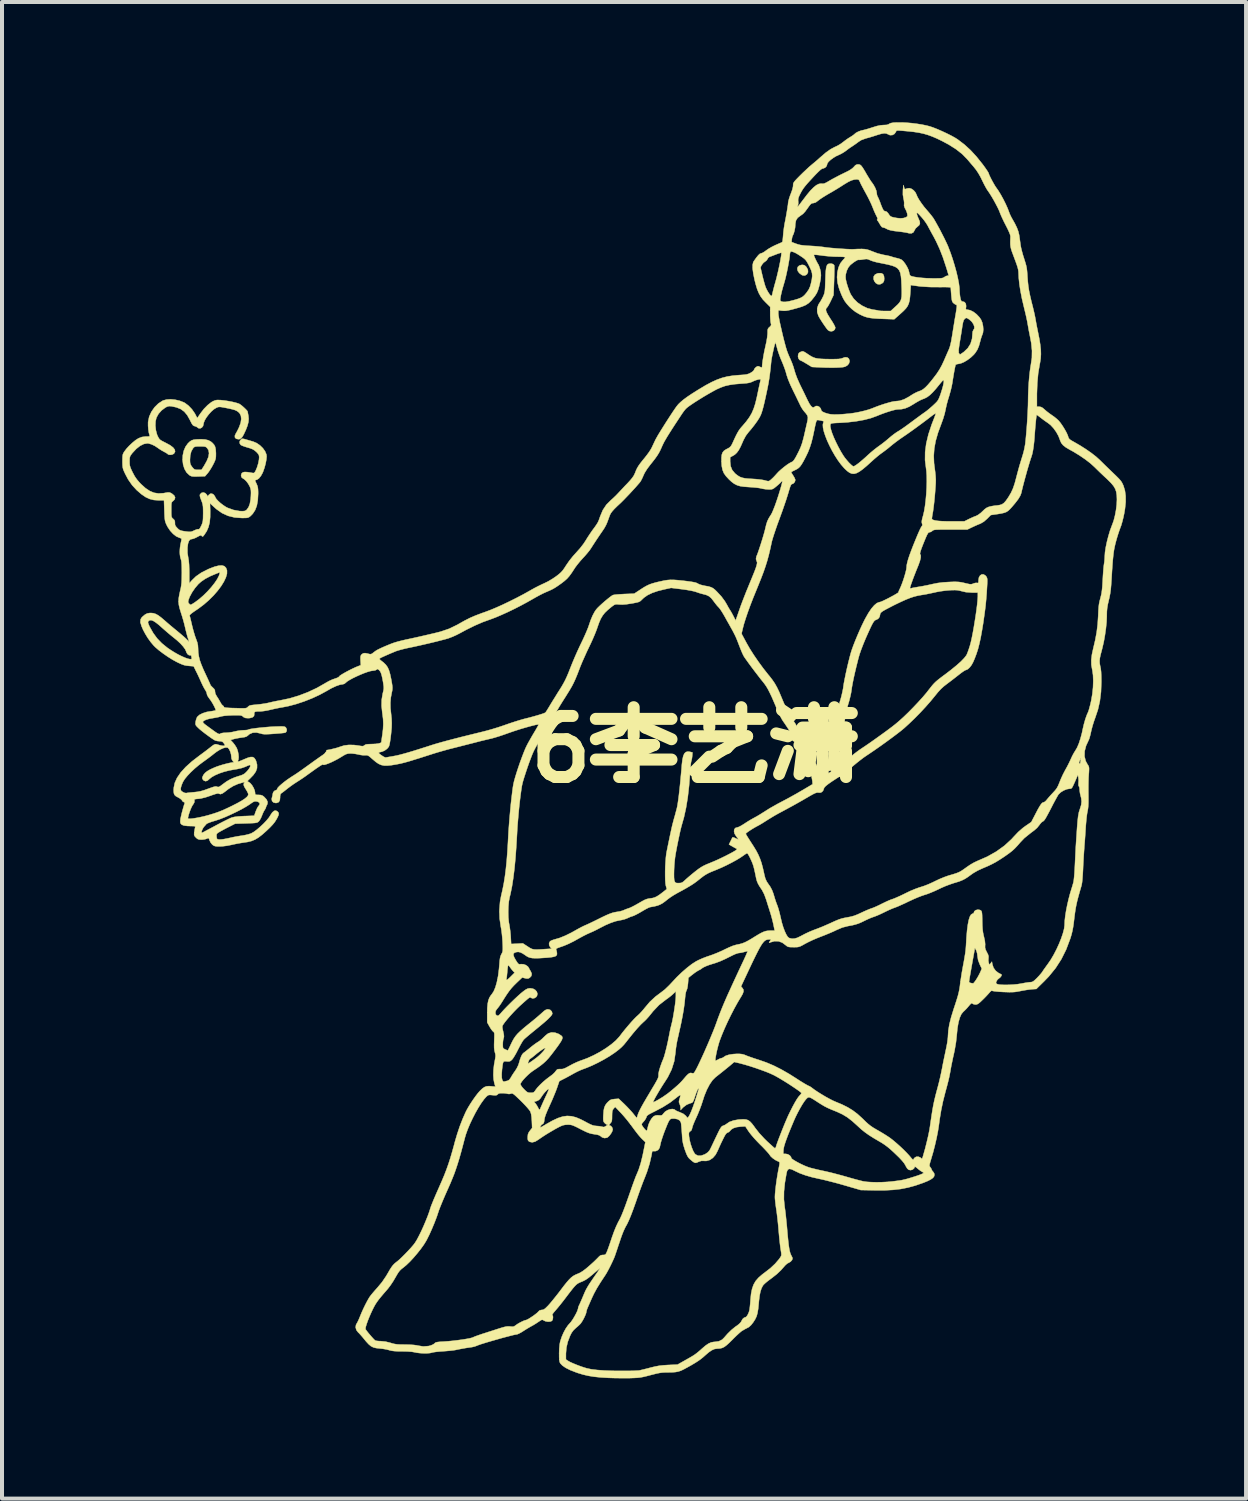
<source format=kicad_pcb>
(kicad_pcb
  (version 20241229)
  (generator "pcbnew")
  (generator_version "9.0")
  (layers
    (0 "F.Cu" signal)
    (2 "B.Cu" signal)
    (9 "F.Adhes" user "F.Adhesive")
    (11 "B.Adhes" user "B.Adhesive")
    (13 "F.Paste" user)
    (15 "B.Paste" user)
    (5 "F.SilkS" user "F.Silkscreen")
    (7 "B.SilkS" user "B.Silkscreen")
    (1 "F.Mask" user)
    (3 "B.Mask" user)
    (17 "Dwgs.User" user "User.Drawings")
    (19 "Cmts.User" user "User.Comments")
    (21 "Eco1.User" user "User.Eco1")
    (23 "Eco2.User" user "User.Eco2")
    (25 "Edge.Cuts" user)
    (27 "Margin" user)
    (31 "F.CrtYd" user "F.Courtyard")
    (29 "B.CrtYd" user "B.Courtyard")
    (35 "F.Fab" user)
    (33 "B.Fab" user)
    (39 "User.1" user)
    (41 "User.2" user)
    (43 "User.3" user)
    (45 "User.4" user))
  (footprint "6李艺潇"
    (layer "F.Cu")
    (at 14.322 15.649)
    (property "Reference" "6李艺潇" (at 0 0 0) (layer "F.SilkS") (effects (font (size 1.524 1.524) (thickness 0.3))))
    (attr through_hole)
    (fp_poly (pts (xy 4.618 -11.882) (xy 4.662 -11.859) (xy 4.685 -11.81) (xy 4.691 -11.75) (xy 4.687 -11.696) (xy 4.673 -11.661) (xy 4.646 -11.634) (xy 4.587 -11.604) (xy 4.529 -11.607) (xy 4.479 -11.637) (xy 4.443 -11.686) (xy 4.426 -11.735) (xy 4.429 -11.8) (xy 4.461 -11.847) (xy 4.52 -11.876) (xy 4.551 -11.882) (xy 4.618 -11.882)) (stroke (width 0.01) (type solid)) (fill yes) (layer "F.SilkS"))
    (fp_poly (pts (xy 2.698 -12.082) (xy 2.735 -12.053) (xy 2.751 -12.034) (xy 2.786 -11.969) (xy 2.79 -11.908) (xy 2.764 -11.857) (xy 2.76 -11.853) (xy 2.713 -11.824) (xy 2.661 -11.827) (xy 2.633 -11.839) (xy 2.571 -11.886) (xy 2.534 -11.938) (xy 2.522 -11.99) (xy 2.534 -12.037) (xy 2.571 -12.072) (xy 2.631 -12.089) (xy 2.653 -12.09) (xy 2.698 -12.082)) (stroke (width 0.01) (type solid)) (fill yes) (layer "F.SilkS"))
    (fp_poly (pts (xy 2.678 -9.928) (xy 2.71 -9.911) (xy 2.757 -9.881) (xy 2.816 -9.841) (xy 2.868 -9.808) (xy 2.919 -9.783) (xy 2.973 -9.764) (xy 3.037 -9.752) (xy 3.117 -9.744) (xy 3.217 -9.74) (xy 3.344 -9.738) (xy 3.378 -9.738) (xy 3.482 -9.739) (xy 3.557 -9.742) (xy 3.61 -9.75) (xy 3.644 -9.761) (xy 3.647 -9.762) (xy 3.713 -9.785) (xy 3.769 -9.78) (xy 3.808 -9.751) (xy 3.826 -9.699) (xy 3.827 -9.685) (xy 3.811 -9.628) (xy 3.768 -9.579) (xy 3.713 -9.549) (xy 3.665 -9.538) (xy 3.588 -9.531) (xy 3.486 -9.526) (xy 3.365 -9.525) (xy 3.228 -9.527) (xy 3.124 -9.531) (xy 2.887 -9.542) (xy 2.755 -9.622) (xy 2.696 -9.658) (xy 2.646 -9.685) (xy 2.615 -9.701) (xy 2.608 -9.703) (xy 2.578 -9.718) (xy 2.552 -9.755) (xy 2.54 -9.802) (xy 2.54 -9.81) (xy 2.547 -9.865) (xy 2.57 -9.899) (xy 2.614 -9.922) (xy 2.637 -9.93) (xy 2.656 -9.933) (xy 2.678 -9.928)) (stroke (width 0.01) (type solid)) (fill yes) (layer "F.SilkS"))
    (fp_poly (pts (xy 3.414 -12.109) (xy 3.442 -12.082) (xy 3.444 -12.078) (xy 3.446 -12.052) (xy 3.447 -11.999) (xy 3.446 -11.922) (xy 3.444 -11.829) (xy 3.441 -11.723) (xy 3.44 -11.692) (xy 3.427 -11.337) (xy 3.359 -11.193) (xy 3.326 -11.127) (xy 3.295 -11.071) (xy 3.271 -11.034) (xy 3.263 -11.026) (xy 3.241 -10.999) (xy 3.236 -10.963) (xy 3.25 -10.914) (xy 3.283 -10.849) (xy 3.336 -10.763) (xy 3.353 -10.737) (xy 3.399 -10.666) (xy 3.436 -10.603) (xy 3.461 -10.553) (xy 3.471 -10.523) (xy 3.471 -10.522) (xy 3.457 -10.475) (xy 3.421 -10.444) (xy 3.373 -10.431) (xy 3.322 -10.44) (xy 3.287 -10.463) (xy 3.257 -10.498) (xy 3.216 -10.555) (xy 3.169 -10.623) (xy 3.122 -10.695) (xy 3.08 -10.763) (xy 3.049 -10.819) (xy 3.049 -10.819) (xy 3.019 -10.911) (xy 3.019 -11.005) (xy 3.047 -11.093) (xy 3.071 -11.133) (xy 3.103 -11.181) (xy 3.139 -11.245) (xy 3.166 -11.299) (xy 3.183 -11.338) (xy 3.196 -11.374) (xy 3.205 -11.413) (xy 3.212 -11.46) (xy 3.216 -11.523) (xy 3.219 -11.608) (xy 3.223 -11.709) (xy 3.227 -11.837) (xy 3.233 -11.935) (xy 3.242 -12.007) (xy 3.254 -12.058) (xy 3.27 -12.091) (xy 3.292 -12.11) (xy 3.313 -12.118) (xy 3.367 -12.122) (xy 3.414 -12.109)) (stroke (width 0.01) (type solid)) (fill yes) (layer "F.SilkS"))
    (fp_poly (pts (xy -12.255 -7.733) (xy -12.176 -7.714) (xy -12.11 -7.68) (xy -12.064 -7.64) (xy -12.027 -7.597) (xy -12.004 -7.55) (xy -11.991 -7.49) (xy -11.985 -7.408) (xy -11.984 -7.378) (xy -11.985 -7.313) (xy -11.99 -7.263) (xy -12.003 -7.216) (xy -12.027 -7.161) (xy -12.054 -7.107) (xy -12.094 -7.034) (xy -12.139 -6.962) (xy -12.18 -6.904) (xy -12.19 -6.892) (xy -12.256 -6.816) (xy -12.423 -6.81) (xy -12.502 -6.808) (xy -12.555 -6.81) (xy -12.593 -6.816) (xy -12.623 -6.828) (xy -12.648 -6.844) (xy -12.718 -6.911) (xy -12.769 -7) (xy -12.802 -7.104) (xy -12.816 -7.218) (xy -12.816 -7.227) (xy -12.632 -7.227) (xy -12.63 -7.163) (xy -12.621 -7.118) (xy -12.601 -7.079) (xy -12.578 -7.047) (xy -12.543 -7.006) (xy -12.514 -6.985) (xy -12.476 -6.977) (xy -12.434 -6.977) (xy -12.344 -6.977) (xy -12.283 -7.071) (xy -12.213 -7.195) (xy -12.17 -7.301) (xy -12.156 -7.39) (xy -12.169 -7.465) (xy -12.199 -7.513) (xy -12.222 -7.537) (xy -12.245 -7.551) (xy -12.279 -7.558) (xy -12.332 -7.56) (xy -12.378 -7.561) (xy -12.448 -7.56) (xy -12.492 -7.556) (xy -12.52 -7.547) (xy -12.541 -7.53) (xy -12.556 -7.512) (xy -12.6 -7.435) (xy -12.625 -7.336) (xy -12.632 -7.227) (xy -12.816 -7.227) (xy -12.811 -7.335) (xy -12.787 -7.449) (xy -12.743 -7.552) (xy -12.68 -7.639) (xy -12.678 -7.641) (xy -12.634 -7.682) (xy -12.591 -7.71) (xy -12.541 -7.727) (xy -12.476 -7.735) (xy -12.388 -7.738) (xy -12.358 -7.739) (xy -12.255 -7.733)) (stroke (width 0.01) (type solid)) (fill yes) (layer "F.SilkS"))
    (fp_poly (pts (xy 5.121 -15.644) (xy 5.242 -15.638) (xy 5.37 -15.627) (xy 5.501 -15.611) (xy 5.629 -15.591) (xy 5.749 -15.566) (xy 5.83 -15.545) (xy 5.915 -15.516) (xy 6.019 -15.475) (xy 6.133 -15.425) (xy 6.249 -15.371) (xy 6.359 -15.316) (xy 6.454 -15.264) (xy 6.526 -15.219) (xy 6.528 -15.217) (xy 6.692 -15.092) (xy 6.846 -14.951) (xy 6.995 -14.789) (xy 7.145 -14.602) (xy 7.205 -14.52) (xy 7.245 -14.462) (xy 7.277 -14.413) (xy 7.295 -14.381) (xy 7.298 -14.373) (xy 7.306 -14.347) (xy 7.327 -14.3) (xy 7.357 -14.239) (xy 7.392 -14.173) (xy 7.428 -14.109) (xy 7.46 -14.055) (xy 7.483 -14.021) (xy 7.54 -13.94) (xy 7.602 -13.838) (xy 7.664 -13.725) (xy 7.721 -13.611) (xy 7.768 -13.506) (xy 7.798 -13.428) (xy 7.824 -13.359) (xy 7.86 -13.284) (xy 7.883 -13.242) (xy 7.952 -13.12) (xy 8.002 -13.017) (xy 8.036 -12.926) (xy 8.057 -12.84) (xy 8.061 -12.815) (xy 8.073 -12.731) (xy 8.086 -12.638) (xy 8.095 -12.573) (xy 8.107 -12.51) (xy 8.128 -12.425) (xy 8.154 -12.332) (xy 8.182 -12.243) (xy 8.211 -12.151) (xy 8.232 -12.077) (xy 8.246 -12.01) (xy 8.255 -11.937) (xy 8.262 -11.847) (xy 8.265 -11.794) (xy 8.274 -11.676) (xy 8.286 -11.563) (xy 8.304 -11.448) (xy 8.33 -11.322) (xy 8.363 -11.179) (xy 8.397 -11.047) (xy 8.419 -10.956) (xy 8.441 -10.861) (xy 8.458 -10.777) (xy 8.466 -10.734) (xy 8.478 -10.664) (xy 8.495 -10.574) (xy 8.514 -10.477) (xy 8.527 -10.414) (xy 8.561 -10.244) (xy 8.584 -10.1) (xy 8.598 -9.975) (xy 8.601 -9.862) (xy 8.595 -9.756) (xy 8.579 -9.65) (xy 8.569 -9.597) (xy 8.533 -9.386) (xy 8.511 -9.145) (xy 8.501 -8.876) (xy 8.501 -8.81) (xy 8.501 -8.551) (xy 8.558 -8.551) (xy 8.602 -8.544) (xy 8.646 -8.52) (xy 8.69 -8.482) (xy 8.742 -8.437) (xy 8.809 -8.385) (xy 8.873 -8.34) (xy 8.937 -8.295) (xy 8.998 -8.245) (xy 9.044 -8.202) (xy 9.093 -8.142) (xy 9.146 -8.065) (xy 9.197 -7.982) (xy 9.241 -7.902) (xy 9.271 -7.835) (xy 9.278 -7.812) (xy 9.29 -7.776) (xy 9.307 -7.749) (xy 9.337 -7.723) (xy 9.386 -7.693) (xy 9.428 -7.67) (xy 9.578 -7.583) (xy 9.723 -7.491) (xy 9.858 -7.397) (xy 9.975 -7.306) (xy 10.067 -7.223) (xy 10.075 -7.215) (xy 10.134 -7.157) (xy 10.209 -7.083) (xy 10.293 -7.002) (xy 10.376 -6.922) (xy 10.407 -6.892) (xy 10.485 -6.817) (xy 10.542 -6.76) (xy 10.583 -6.714) (xy 10.613 -6.674) (xy 10.635 -6.634) (xy 10.655 -6.59) (xy 10.66 -6.579) (xy 10.697 -6.458) (xy 10.715 -6.325) (xy 10.716 -6.173) (xy 10.698 -6) (xy 10.679 -5.888) (xy 10.657 -5.783) (xy 10.631 -5.681) (xy 10.605 -5.591) (xy 10.583 -5.532) (xy 10.559 -5.467) (xy 10.53 -5.381) (xy 10.5 -5.284) (xy 10.473 -5.188) (xy 10.473 -5.187) (xy 10.454 -5.115) (xy 10.439 -5.046) (xy 10.425 -4.976) (xy 10.414 -4.901) (xy 10.404 -4.815) (xy 10.394 -4.715) (xy 10.385 -4.595) (xy 10.375 -4.452) (xy 10.365 -4.281) (xy 10.362 -4.233) (xy 10.353 -4.098) (xy 10.343 -3.987) (xy 10.33 -3.892) (xy 10.313 -3.803) (xy 10.294 -3.721) (xy 10.27 -3.618) (xy 10.255 -3.53) (xy 10.247 -3.444) (xy 10.245 -3.344) (xy 10.245 -3.32) (xy 10.239 -3.181) (xy 10.223 -3.021) (xy 10.199 -2.851) (xy 10.169 -2.682) (xy 10.132 -2.524) (xy 10.119 -2.472) (xy 10.09 -2.364) (xy 10.072 -2.28) (xy 10.065 -2.212) (xy 10.067 -2.15) (xy 10.078 -2.089) (xy 10.082 -2.071) (xy 10.094 -2.011) (xy 10.103 -1.933) (xy 10.107 -1.832) (xy 10.109 -1.704) (xy 10.109 -1.682) (xy 10.1 -1.434) (xy 10.072 -1.206) (xy 10.024 -0.993) (xy 9.958 -0.796) (xy 9.924 -0.7) (xy 9.89 -0.592) (xy 9.863 -0.49) (xy 9.854 -0.451) (xy 9.837 -0.374) (xy 9.819 -0.306) (xy 9.803 -0.255) (xy 9.795 -0.237) (xy 9.727 -0.09) (xy 9.692 0.046) (xy 9.689 0.173) (xy 9.718 0.29) (xy 9.765 0.377) (xy 9.785 0.406) (xy 9.796 0.432) (xy 9.802 0.463) (xy 9.802 0.507) (xy 9.799 0.572) (xy 9.795 0.622) (xy 9.79 0.702) (xy 9.787 0.805) (xy 9.785 0.922) (xy 9.785 1.041) (xy 9.786 1.118) (xy 9.787 1.244) (xy 9.786 1.343) (xy 9.782 1.422) (xy 9.775 1.485) (xy 9.765 1.541) (xy 9.763 1.548) (xy 9.752 1.608) (xy 9.741 1.691) (xy 9.731 1.79) (xy 9.722 1.894) (xy 9.719 1.938) (xy 9.712 2.055) (xy 9.703 2.184) (xy 9.694 2.31) (xy 9.685 2.42) (xy 9.684 2.438) (xy 9.677 2.535) (xy 9.669 2.653) (xy 9.662 2.782) (xy 9.655 2.911) (xy 9.652 2.989) (xy 9.645 3.118) (xy 9.637 3.229) (xy 9.628 3.319) (xy 9.617 3.381) (xy 9.614 3.395) (xy 9.569 3.55) (xy 9.533 3.679) (xy 9.504 3.791) (xy 9.482 3.891) (xy 9.464 3.988) (xy 9.449 4.089) (xy 9.435 4.199) (xy 9.433 4.215) (xy 9.418 4.341) (xy 9.403 4.443) (xy 9.386 4.531) (xy 9.366 4.614) (xy 9.34 4.701) (xy 9.331 4.728) (xy 9.231 4.994) (xy 9.111 5.235) (xy 8.968 5.457) (xy 8.798 5.666) (xy 8.681 5.787) (xy 8.487 5.978) (xy 8.378 5.985) (xy 8.313 5.992) (xy 8.229 6.004) (xy 8.139 6.02) (xy 8.093 6.029) (xy 8.017 6.043) (xy 7.951 6.053) (xy 7.886 6.057) (xy 7.812 6.058) (xy 7.719 6.055) (xy 7.662 6.053) (xy 7.572 6.048) (xy 7.493 6.041) (xy 7.431 6.034) (xy 7.395 6.027) (xy 7.388 6.024) (xy 7.366 6.022) (xy 7.336 6.047) (xy 7.321 6.065) (xy 7.289 6.101) (xy 7.241 6.153) (xy 7.184 6.212) (xy 7.151 6.244) (xy 7.091 6.302) (xy 7.048 6.338) (xy 7.014 6.358) (xy 6.985 6.366) (xy 6.97 6.367) (xy 6.925 6.36) (xy 6.893 6.343) (xy 6.892 6.342) (xy 6.878 6.332) (xy 6.86 6.34) (xy 6.832 6.367) (xy 6.798 6.407) (xy 6.75 6.463) (xy 6.699 6.515) (xy 6.665 6.546) (xy 6.617 6.604) (xy 6.576 6.694) (xy 6.543 6.812) (xy 6.518 6.957) (xy 6.502 7.12) (xy 6.482 7.306) (xy 6.448 7.505) (xy 6.429 7.595) (xy 6.406 7.696) (xy 6.385 7.797) (xy 6.366 7.888) (xy 6.353 7.96) (xy 6.35 7.976) (xy 6.333 8.073) (xy 6.314 8.17) (xy 6.29 8.273) (xy 6.26 8.39) (xy 6.222 8.531) (xy 6.214 8.56) (xy 6.158 8.78) (xy 6.112 9.001) (xy 6.073 9.237) (xy 6.054 9.381) (xy 6.031 9.528) (xy 5.998 9.696) (xy 5.957 9.875) (xy 5.911 10.054) (xy 5.861 10.223) (xy 5.86 10.226) (xy 5.838 10.299) (xy 5.825 10.348) (xy 5.82 10.379) (xy 5.824 10.4) (xy 5.836 10.419) (xy 5.843 10.428) (xy 5.866 10.463) (xy 5.876 10.489) (xy 5.888 10.513) (xy 5.91 10.537) (xy 5.937 10.578) (xy 5.944 10.616) (xy 5.935 10.655) (xy 5.906 10.693) (xy 5.853 10.73) (xy 5.775 10.77) (xy 5.667 10.814) (xy 5.653 10.819) (xy 5.465 10.884) (xy 5.285 10.933) (xy 5.104 10.969) (xy 4.914 10.991) (xy 4.709 11.002) (xy 4.479 11.003) (xy 4.453 11.002) (xy 4.106 10.995) (xy 3.72 10.883) (xy 3.592 10.846) (xy 3.456 10.809) (xy 3.322 10.775) (xy 3.199 10.744) (xy 3.097 10.721) (xy 3.077 10.717) (xy 2.887 10.674) (xy 2.725 10.627) (xy 2.585 10.576) (xy 2.46 10.517) (xy 2.449 10.511) (xy 2.377 10.477) (xy 2.325 10.467) (xy 2.29 10.482) (xy 2.266 10.524) (xy 2.253 10.574) (xy 2.212 10.815) (xy 2.19 11.031) (xy 2.188 11.227) (xy 2.206 11.407) (xy 2.209 11.43) (xy 2.218 11.49) (xy 2.229 11.576) (xy 2.24 11.681) (xy 2.252 11.799) (xy 2.264 11.922) (xy 2.268 11.972) (xy 2.282 12.132) (xy 2.295 12.262) (xy 2.307 12.367) (xy 2.319 12.449) (xy 2.332 12.514) (xy 2.345 12.564) (xy 2.361 12.605) (xy 2.376 12.636) (xy 2.398 12.678) (xy 2.403 12.707) (xy 2.393 12.736) (xy 2.388 12.745) (xy 2.353 12.784) (xy 2.312 12.807) (xy 2.268 12.831) (xy 2.225 12.87) (xy 2.219 12.876) (xy 2.116 12.993) (xy 2.012 13.092) (xy 1.893 13.186) (xy 1.86 13.21) (xy 1.792 13.261) (xy 1.731 13.311) (xy 1.685 13.354) (xy 1.663 13.381) (xy 1.628 13.449) (xy 1.601 13.532) (xy 1.581 13.634) (xy 1.565 13.762) (xy 1.559 13.829) (xy 1.546 13.961) (xy 1.528 14.066) (xy 1.508 14.141) (xy 1.508 14.142) (xy 1.471 14.22) (xy 1.422 14.297) (xy 1.369 14.364) (xy 1.317 14.412) (xy 1.295 14.425) (xy 1.252 14.447) (xy 1.219 14.464) (xy 1.187 14.483) (xy 1.145 14.507) (xy 1.143 14.508) (xy 1.114 14.53) (xy 1.066 14.572) (xy 1.006 14.627) (xy 0.939 14.692) (xy 0.906 14.726) (xy 0.823 14.808) (xy 0.756 14.868) (xy 0.701 14.909) (xy 0.65 14.934) (xy 0.599 14.947) (xy 0.542 14.952) (xy 0.529 14.952) (xy 0.46 14.961) (xy 0.39 14.991) (xy 0.312 15.044) (xy 0.24 15.106) (xy 0.178 15.161) (xy 0.118 15.21) (xy 0.054 15.256) (xy -0.022 15.305) (xy -0.116 15.361) (xy -0.216 15.417) (xy -0.308 15.467) (xy -0.381 15.502) (xy -0.448 15.524) (xy -0.517 15.537) (xy -0.599 15.543) (xy -0.703 15.545) (xy -0.782 15.546) (xy -0.849 15.55) (xy -0.915 15.559) (xy -0.989 15.574) (xy -1.08 15.597) (xy -1.143 15.613) (xy -1.246 15.64) (xy -1.327 15.659) (xy -1.399 15.672) (xy -1.471 15.68) (xy -1.554 15.684) (xy -1.659 15.688) (xy -1.777 15.689) (xy -1.913 15.688) (xy -2.052 15.686) (xy -2.178 15.682) (xy -2.201 15.681) (xy -2.388 15.67) (xy -2.549 15.653) (xy -2.692 15.63) (xy -2.825 15.599) (xy -2.957 15.559) (xy -2.999 15.544) (xy -3.145 15.487) (xy -3.258 15.43) (xy -3.339 15.374) (xy -3.387 15.324) (xy -3.402 15.299) (xy -3.411 15.268) (xy -3.417 15.225) (xy -3.42 15.161) (xy -3.42 15.086) (xy -3.251 15.086) (xy -3.251 15.223) (xy -3.188 15.264) (xy -3.142 15.289) (xy -3.073 15.32) (xy -2.988 15.355) (xy -2.898 15.389) (xy -2.811 15.419) (xy -2.735 15.442) (xy -2.621 15.467) (xy -2.474 15.485) (xy -2.295 15.498) (xy -2.084 15.506) (xy -1.897 15.508) (xy -1.777 15.508) (xy -1.666 15.507) (xy -1.567 15.505) (xy -1.488 15.501) (xy -1.434 15.498) (xy -1.414 15.495) (xy -1.371 15.485) (xy -1.305 15.469) (xy -1.224 15.449) (xy -1.137 15.426) (xy -1.135 15.425) (xy -1.021 15.398) (xy -0.921 15.379) (xy -0.819 15.368) (xy -0.698 15.36) (xy -0.694 15.36) (xy -0.465 15.35) (xy -0.288 15.25) (xy -0.189 15.194) (xy -0.113 15.15) (xy -0.053 15.113) (xy -0.003 15.077) (xy 0.045 15.039) (xy 0.098 14.994) (xy 0.148 14.949) (xy 0.235 14.875) (xy 0.309 14.825) (xy 0.376 14.796) (xy 0.443 14.784) (xy 0.468 14.783) (xy 0.566 14.769) (xy 0.647 14.728) (xy 0.698 14.677) (xy 0.783 14.58) (xy 0.879 14.486) (xy 0.976 14.407) (xy 1.013 14.382) (xy 1.064 14.343) (xy 1.104 14.304) (xy 1.122 14.278) (xy 1.157 14.214) (xy 1.197 14.179) (xy 1.221 14.173) (xy 1.251 14.157) (xy 1.282 14.114) (xy 1.312 14.049) (xy 1.323 14.013) (xy 1.331 13.977) (xy 1.339 13.915) (xy 1.347 13.836) (xy 1.354 13.749) (xy 1.354 13.741) (xy 1.369 13.587) (xy 1.394 13.461) (xy 1.431 13.356) (xy 1.483 13.265) (xy 1.555 13.182) (xy 1.648 13.101) (xy 1.708 13.056) (xy 1.85 12.946) (xy 1.971 12.832) (xy 2.067 12.72) (xy 2.093 12.683) (xy 2.112 12.653) (xy 2.123 12.627) (xy 2.125 12.595) (xy 2.12 12.55) (xy 2.109 12.481) (xy 2.109 12.479) (xy 2.099 12.415) (xy 2.088 12.326) (xy 2.077 12.22) (xy 2.066 12.106) (xy 2.057 12.006) (xy 2.047 11.885) (xy 2.034 11.759) (xy 2.02 11.638) (xy 2.007 11.532) (xy 1.997 11.468) (xy 1.984 11.378) (xy 1.974 11.29) (xy 1.966 11.215) (xy 1.964 11.169) (xy 1.967 11.098) (xy 1.976 11.003) (xy 1.988 10.891) (xy 2.004 10.77) (xy 2.023 10.65) (xy 2.042 10.538) (xy 2.05 10.496) (xy 2.067 10.412) (xy 2.077 10.356) (xy 2.08 10.32) (xy 2.076 10.3) (xy 2.064 10.288) (xy 2.045 10.28) (xy 2.041 10.279) (xy 1.975 10.246) (xy 1.91 10.201) (xy 1.858 10.153) (xy 1.834 10.119) (xy 1.814 10.092) (xy 2.172 10.092) (xy 2.232 10.092) (xy 2.286 10.103) (xy 2.334 10.131) (xy 2.365 10.169) (xy 2.371 10.193) (xy 2.385 10.213) (xy 2.425 10.242) (xy 2.484 10.278) (xy 2.555 10.317) (xy 2.633 10.356) (xy 2.712 10.392) (xy 2.786 10.421) (xy 2.811 10.43) (xy 2.869 10.447) (xy 2.95 10.467) (xy 3.045 10.49) (xy 3.144 10.512) (xy 3.166 10.516) (xy 3.265 10.538) (xy 3.386 10.567) (xy 3.516 10.601) (xy 3.647 10.636) (xy 3.742 10.663) (xy 3.85 10.694) (xy 3.954 10.723) (xy 4.047 10.748) (xy 4.122 10.767) (xy 4.172 10.779) (xy 4.174 10.779) (xy 4.259 10.791) (xy 4.369 10.798) (xy 4.496 10.801) (xy 4.632 10.799) (xy 4.769 10.792) (xy 4.898 10.78) (xy 4.903 10.779) (xy 5.001 10.767) (xy 5.075 10.757) (xy 5.136 10.747) (xy 5.193 10.734) (xy 5.256 10.718) (xy 5.335 10.695) (xy 5.351 10.69) (xy 5.46 10.656) (xy 5.55 10.626) (xy 5.618 10.6) (xy 5.66 10.58) (xy 5.673 10.568) (xy 5.659 10.552) (xy 5.631 10.536) (xy 5.595 10.514) (xy 5.548 10.478) (xy 5.521 10.455) (xy 5.484 10.425) (xy 5.459 10.412) (xy 5.453 10.415) (xy 5.438 10.452) (xy 5.401 10.484) (xy 5.355 10.498) (xy 5.35 10.499) (xy 5.304 10.49) (xy 5.267 10.46) (xy 5.232 10.403) (xy 5.218 10.374) (xy 5.189 10.327) (xy 5.138 10.264) (xy 5.069 10.189) (xy 5.027 10.148) (xy 4.928 10.053) (xy 4.845 9.977) (xy 4.771 9.916) (xy 4.701 9.864) (xy 4.628 9.816) (xy 4.561 9.777) (xy 4.422 9.695) (xy 4.307 9.622) (xy 4.209 9.552) (xy 4.12 9.481) (xy 4.035 9.403) (xy 4.02 9.389) (xy 3.891 9.273) (xy 3.771 9.18) (xy 3.65 9.107) (xy 3.52 9.046) (xy 3.486 9.032) (xy 3.372 8.986) (xy 3.277 8.944) (xy 3.19 8.899) (xy 3.099 8.844) (xy 3.027 8.798) (xy 2.944 8.744) (xy 2.883 8.707) (xy 2.84 8.686) (xy 2.809 8.68) (xy 2.784 8.688) (xy 2.76 8.708) (xy 2.732 8.738) (xy 2.692 8.791) (xy 2.642 8.868) (xy 2.587 8.963) (xy 2.531 9.067) (xy 2.478 9.174) (xy 2.435 9.271) (xy 2.361 9.448) (xy 2.3 9.597) (xy 2.253 9.721) (xy 2.218 9.821) (xy 2.194 9.9) (xy 2.181 9.961) (xy 2.177 9.995) (xy 2.172 10.092) (xy 1.814 10.092) (xy 1.813 10.09) (xy 1.772 10.043) (xy 1.717 9.983) (xy 1.651 9.914) (xy 1.6 9.864) (xy 1.522 9.784) (xy 1.446 9.702) (xy 1.379 9.624) (xy 1.327 9.558) (xy 1.309 9.533) (xy 1.225 9.406) (xy 1.108 9.413) (xy 1.01 9.425) (xy 0.928 9.451) (xy 0.87 9.488) (xy 0.847 9.516) (xy 0.817 9.546) (xy 0.785 9.561) (xy 0.763 9.572) (xy 0.74 9.596) (xy 0.713 9.638) (xy 0.679 9.704) (xy 0.655 9.753) (xy 0.616 9.833) (xy 0.58 9.912) (xy 0.551 9.978) (xy 0.535 10.015) (xy 0.483 10.114) (xy 0.416 10.192) (xy 0.338 10.245) (xy 0.253 10.269) (xy 0.199 10.268) (xy 0.128 10.267) (xy 0.062 10.289) (xy 0.058 10.291) (xy 0.016 10.31) (xy -0.017 10.317) (xy -0.049 10.308) (xy -0.089 10.282) (xy -0.143 10.236) (xy -0.157 10.224) (xy -0.189 10.192) (xy -0.215 10.153) (xy -0.241 10.1) (xy -0.27 10.024) (xy -0.282 9.991) (xy -0.308 9.909) (xy -0.327 9.839) (xy -0.34 9.77) (xy -0.349 9.691) (xy -0.355 9.596) (xy -0.184 9.596) (xy -0.18 9.65) (xy -0.178 9.667) (xy -0.163 9.754) (xy -0.14 9.846) (xy -0.11 9.936) (xy -0.078 10.015) (xy -0.044 10.076) (xy -0.02 10.105) (xy 0.043 10.137) (xy 0.119 10.138) (xy 0.208 10.107) (xy 0.229 10.096) (xy 0.292 10.053) (xy 0.335 10.002) (xy 0.35 9.974) (xy 0.371 9.932) (xy 0.402 9.867) (xy 0.44 9.786) (xy 0.483 9.696) (xy 0.505 9.65) (xy 0.55 9.556) (xy 0.584 9.489) (xy 0.611 9.443) (xy 0.632 9.415) (xy 0.651 9.399) (xy 0.671 9.391) (xy 0.671 9.391) (xy 0.72 9.37) (xy 0.754 9.347) (xy 0.829 9.296) (xy 0.932 9.259) (xy 1.056 9.237) (xy 1.098 9.234) (xy 1.179 9.23) (xy 1.242 9.235) (xy 1.294 9.252) (xy 1.34 9.284) (xy 1.389 9.335) (xy 1.446 9.41) (xy 1.472 9.447) (xy 1.574 9.577) (xy 1.696 9.709) (xy 1.77 9.782) (xy 1.835 9.841) (xy 1.891 9.892) (xy 1.935 9.931) (xy 1.961 9.951) (xy 1.965 9.954) (xy 1.979 9.943) (xy 1.992 9.911) (xy 2.004 9.87) (xy 2.027 9.804) (xy 2.059 9.718) (xy 2.097 9.62) (xy 2.138 9.515) (xy 2.18 9.41) (xy 2.221 9.31) (xy 2.245 9.254) (xy 2.297 9.135) (xy 2.354 9.018) (xy 2.41 8.908) (xy 2.464 8.809) (xy 2.512 8.728) (xy 2.553 8.669) (xy 2.574 8.645) (xy 2.606 8.61) (xy 2.623 8.581) (xy 2.625 8.575) (xy 2.611 8.559) (xy 2.573 8.528) (xy 2.514 8.486) (xy 2.441 8.436) (xy 2.357 8.38) (xy 2.267 8.322) (xy 2.175 8.265) (xy 2.087 8.212) (xy 2.007 8.166) (xy 1.939 8.129) (xy 1.93 8.125) (xy 1.846 8.086) (xy 1.738 8.042) (xy 1.612 7.996) (xy 1.479 7.949) (xy 1.344 7.905) (xy 1.217 7.867) (xy 1.106 7.837) (xy 1.08 7.83) (xy 0.949 7.8) (xy 0.885 7.854) (xy 0.833 7.898) (xy 0.762 7.956) (xy 0.679 8.023) (xy 0.594 8.091) (xy 0.513 8.155) (xy 0.481 8.18) (xy 0.406 8.255) (xy 0.334 8.36) (xy 0.265 8.492) (xy 0.202 8.646) (xy 0.162 8.771) (xy 0.128 8.875) (xy 0.084 8.993) (xy 0.037 9.109) (xy -0.001 9.193) (xy -0.038 9.274) (xy -0.069 9.348) (xy -0.091 9.408) (xy -0.101 9.446) (xy -0.102 9.451) (xy -0.116 9.5) (xy -0.146 9.528) (xy -0.169 9.545) (xy -0.181 9.565) (xy -0.184 9.596) (xy -0.355 9.596) (xy -0.356 9.589) (xy -0.356 9.584) (xy -0.362 9.495) (xy -0.369 9.415) (xy -0.375 9.351) (xy -0.381 9.312) (xy -0.382 9.309) (xy -0.41 9.26) (xy -0.466 9.227) (xy -0.544 9.212) (xy -0.567 9.212) (xy -0.617 9.215) (xy -0.648 9.228) (xy -0.672 9.258) (xy -0.677 9.266) (xy -0.701 9.312) (xy -0.731 9.382) (xy -0.765 9.467) (xy -0.801 9.559) (xy -0.834 9.652) (xy -0.862 9.737) (xy -0.883 9.807) (xy -0.893 9.853) (xy -0.894 9.855) (xy -0.913 9.94) (xy -0.95 9.995) (xy -1.004 10.022) (xy -1.032 10.025) (xy -1.097 10.025) (xy -1.118 10.139) (xy -1.164 10.338) (xy -1.229 10.544) (xy -1.288 10.697) (xy -1.313 10.758) (xy -1.346 10.844) (xy -1.385 10.949) (xy -1.428 11.068) (xy -1.472 11.192) (xy -1.506 11.292) (xy -1.572 11.477) (xy -1.63 11.63) (xy -1.68 11.75) (xy -1.722 11.839) (xy -1.733 11.86) (xy -1.764 11.914) (xy -1.79 11.968) (xy -1.816 12.025) (xy -1.843 12.093) (xy -1.874 12.177) (xy -1.91 12.284) (xy -1.945 12.387) (xy -1.971 12.466) (xy -1.997 12.544) (xy -2.019 12.607) (xy -2.024 12.624) (xy -2.051 12.694) (xy -2.091 12.782) (xy -2.137 12.878) (xy -2.186 12.974) (xy -2.232 13.058) (xy -2.271 13.122) (xy -2.274 13.126) (xy -2.387 13.297) (xy -2.48 13.448) (xy -2.553 13.583) (xy -2.602 13.687) (xy -2.637 13.766) (xy -2.67 13.841) (xy -2.697 13.903) (xy -2.71 13.932) (xy -2.73 13.985) (xy -2.742 14.031) (xy -2.743 14.044) (xy -2.752 14.079) (xy -2.774 14.133) (xy -2.804 14.197) (xy -2.839 14.26) (xy -2.874 14.313) (xy -2.88 14.322) (xy -2.908 14.352) (xy -2.953 14.394) (xy -3.002 14.436) (xy -3.064 14.495) (xy -3.11 14.558) (xy -3.146 14.629) (xy -3.205 14.782) (xy -3.239 14.927) (xy -3.251 15.074) (xy -3.251 15.086) (xy -3.42 15.086) (xy -3.421 15.079) (xy -3.417 14.953) (xy -3.407 14.846) (xy -3.394 14.777) (xy -3.358 14.665) (xy -3.31 14.553) (xy -3.255 14.451) (xy -3.198 14.369) (xy -3.164 14.331) (xy -3.126 14.288) (xy -3.083 14.227) (xy -3.04 14.156) (xy -3 14.083) (xy -2.968 14.016) (xy -2.95 13.963) (xy -2.946 13.942) (xy -2.939 13.909) (xy -2.922 13.871) (xy -2.906 13.838) (xy -2.881 13.781) (xy -2.85 13.71) (xy -2.818 13.634) (xy -2.79 13.568) (xy -2.765 13.511) (xy -2.738 13.459) (xy -2.707 13.405) (xy -2.669 13.343) (xy -2.62 13.27) (xy -2.558 13.179) (xy -2.495 13.089) (xy -2.454 13.03) (xy -2.426 12.985) (xy -2.411 12.958) (xy -2.414 12.955) (xy -2.415 12.955) (xy -2.44 12.977) (xy -2.485 13.015) (xy -2.542 13.064) (xy -2.596 13.111) (xy -2.683 13.182) (xy -2.758 13.234) (xy -2.83 13.271) (xy -2.862 13.284) (xy -2.902 13.3) (xy -2.935 13.316) (xy -2.966 13.335) (xy -2.997 13.36) (xy -3.032 13.396) (xy -3.075 13.446) (xy -3.128 13.513) (xy -3.195 13.6) (xy -3.269 13.698) (xy -3.333 13.781) (xy -3.398 13.863) (xy -3.458 13.936) (xy -3.506 13.992) (xy -3.518 14.006) (xy -3.56 14.055) (xy -3.586 14.092) (xy -3.592 14.112) (xy -3.59 14.114) (xy -3.576 14.139) (xy -3.574 14.182) (xy -3.582 14.227) (xy -3.599 14.258) (xy -3.601 14.26) (xy -3.643 14.277) (xy -3.701 14.28) (xy -3.762 14.269) (xy -3.803 14.25) (xy -3.827 14.236) (xy -3.848 14.233) (xy -3.875 14.243) (xy -3.916 14.27) (xy -3.943 14.288) (xy -4.005 14.329) (xy -4.069 14.368) (xy -4.111 14.391) (xy -4.159 14.418) (xy -4.223 14.456) (xy -4.292 14.499) (xy -4.312 14.512) (xy -4.373 14.55) (xy -4.428 14.579) (xy -4.467 14.595) (xy -4.477 14.597) (xy -4.511 14.602) (xy -4.572 14.615) (xy -4.654 14.636) (xy -4.753 14.662) (xy -4.862 14.691) (xy -4.977 14.724) (xy -5.092 14.757) (xy -5.202 14.789) (xy -5.3 14.819) (xy -5.383 14.845) (xy -5.444 14.867) (xy -5.478 14.881) (xy -5.525 14.898) (xy -5.587 14.913) (xy -5.622 14.918) (xy -5.751 14.937) (xy -5.91 14.966) (xy -6.011 14.987) (xy -6.065 14.995) (xy -6.142 15.004) (xy -6.233 15.012) (xy -6.325 15.019) (xy -6.412 15.025) (xy -6.491 15.033) (xy -6.553 15.042) (xy -6.591 15.05) (xy -6.592 15.051) (xy -6.643 15.063) (xy -6.718 15.069) (xy -6.805 15.069) (xy -6.894 15.064) (xy -6.976 15.054) (xy -7.016 15.045) (xy -7.095 15.031) (xy -7.204 15.023) (xy -7.339 15.02) (xy -7.342 15.02) (xy -7.449 15.019) (xy -7.531 15.014) (xy -7.595 15.006) (xy -7.649 14.994) (xy -7.667 14.988) (xy -7.733 14.971) (xy -7.816 14.957) (xy -7.898 14.948) (xy -7.905 14.947) (xy -7.988 14.938) (xy -8.056 14.921) (xy -8.115 14.891) (xy -8.172 14.844) (xy -8.236 14.775) (xy -8.281 14.72) (xy -8.332 14.658) (xy -8.381 14.602) (xy -8.421 14.559) (xy -8.436 14.546) (xy -8.479 14.489) (xy -8.49 14.45) (xy -8.254 14.45) (xy -8.252 14.467) (xy -8.228 14.501) (xy -8.191 14.549) (xy -8.145 14.604) (xy -8.098 14.659) (xy -8.055 14.706) (xy -8.022 14.739) (xy -8.01 14.749) (xy -7.976 14.758) (xy -7.922 14.764) (xy -7.869 14.766) (xy -7.749 14.778) (xy -7.63 14.808) (xy -7.571 14.826) (xy -7.516 14.838) (xy -7.457 14.846) (xy -7.384 14.85) (xy -7.288 14.851) (xy -7.268 14.851) (xy -7.151 14.854) (xy -7.051 14.86) (xy -6.976 14.87) (xy -6.951 14.876) (xy -6.812 14.898) (xy -6.678 14.888) (xy -6.631 14.876) (xy -6.578 14.855) (xy -6.538 14.831) (xy -6.526 14.819) (xy -6.511 14.805) (xy -6.487 14.795) (xy -6.447 14.787) (xy -6.384 14.781) (xy -6.296 14.776) (xy -6.188 14.768) (xy -6.073 14.757) (xy -5.956 14.743) (xy -5.844 14.728) (xy -5.743 14.712) (xy -5.66 14.697) (xy -5.6 14.682) (xy -5.58 14.675) (xy -5.522 14.65) (xy -5.451 14.624) (xy -5.358 14.592) (xy -5.309 14.576) (xy -5.255 14.559) (xy -5.178 14.534) (xy -5.087 14.505) (xy -4.992 14.474) (xy -4.967 14.466) (xy -4.869 14.435) (xy -4.797 14.414) (xy -4.743 14.402) (xy -4.7 14.397) (xy -4.661 14.398) (xy -4.64 14.4) (xy -4.585 14.405) (xy -4.549 14.399) (xy -4.516 14.379) (xy -4.499 14.366) (xy -4.459 14.338) (xy -4.404 14.306) (xy -4.345 14.276) (xy -4.292 14.252) (xy -4.255 14.241) (xy -4.25 14.241) (xy -4.223 14.231) (xy -4.176 14.206) (xy -4.12 14.17) (xy -4.06 14.13) (xy -4.006 14.089) (xy -3.964 14.055) (xy -3.947 14.037) (xy -3.91 14) (xy -3.864 13.987) (xy -3.854 13.987) (xy -3.823 13.983) (xy -3.793 13.969) (xy -3.757 13.94) (xy -3.707 13.891) (xy -3.689 13.872) (xy -3.644 13.821) (xy -3.584 13.749) (xy -3.515 13.663) (xy -3.443 13.572) (xy -3.382 13.492) (xy -3.298 13.381) (xy -3.229 13.295) (xy -3.171 13.229) (xy -3.12 13.179) (xy -3.072 13.142) (xy -3.023 13.114) (xy -2.969 13.09) (xy -2.955 13.085) (xy -2.895 13.058) (xy -2.831 13.018) (xy -2.755 12.961) (xy -2.684 12.901) (xy -2.614 12.839) (xy -2.547 12.778) (xy -2.492 12.724) (xy -2.454 12.686) (xy -2.454 12.685) (xy -2.412 12.643) (xy -2.378 12.622) (xy -2.336 12.615) (xy -2.327 12.615) (xy -2.29 12.613) (xy -2.266 12.603) (xy -2.248 12.578) (xy -2.226 12.53) (xy -2.221 12.518) (xy -2.202 12.467) (xy -2.175 12.392) (xy -2.144 12.302) (xy -2.112 12.206) (xy -2.099 12.167) (xy -2.049 12.028) (xy -1.997 11.901) (xy -1.947 11.796) (xy -1.932 11.769) (xy -1.897 11.703) (xy -1.859 11.619) (xy -1.816 11.512) (xy -1.766 11.38) (xy -1.709 11.22) (xy -1.685 11.152) (xy -1.642 11.029) (xy -1.602 10.914) (xy -1.565 10.811) (xy -1.533 10.725) (xy -1.509 10.661) (xy -1.493 10.623) (xy -1.491 10.619) (xy -1.437 10.491) (xy -1.385 10.329) (xy -1.337 10.134) (xy -1.321 10.056) (xy -1.269 9.799) (xy -1.351 9.721) (xy -1.391 9.679) (xy -1.445 9.616) (xy -1.504 9.54) (xy -1.565 9.459) (xy -1.582 9.435) (xy -1.645 9.35) (xy -1.361 9.35) (xy -1.358 9.372) (xy -1.344 9.396) (xy -1.312 9.442) (xy -1.277 9.483) (xy -1.248 9.51) (xy -1.235 9.517) (xy -1.226 9.502) (xy -1.216 9.464) (xy -1.212 9.445) (xy -1.192 9.366) (xy -1.158 9.286) (xy -1.116 9.215) (xy -1.072 9.165) (xy -1.065 9.159) (xy -1.021 9.136) (xy -0.971 9.129) (xy -0.933 9.131) (xy -0.883 9.134) (xy -0.853 9.126) (xy -0.83 9.103) (xy -0.817 9.085) (xy -0.775 9.039) (xy -0.717 9.003) (xy -0.654 8.98) (xy -0.594 8.973) (xy -0.546 8.983) (xy -0.527 8.997) (xy -0.502 9.015) (xy -0.455 9.036) (xy -0.413 9.052) (xy -0.321 9.093) (xy -0.256 9.146) (xy -0.228 9.186) (xy -0.212 9.19) (xy -0.189 9.165) (xy -0.159 9.111) (xy -0.123 9.031) (xy -0.083 8.927) (xy -0.039 8.801) (xy 0.007 8.657) (xy 0.056 8.495) (xy 0.062 8.475) (xy 0.065 8.453) (xy 0.053 8.459) (xy 0.051 8.461) (xy 0.037 8.485) (xy 0.016 8.533) (xy -0.009 8.598) (xy -0.026 8.647) (xy -0.051 8.722) (xy -0.07 8.771) (xy -0.087 8.8) (xy -0.105 8.816) (xy -0.13 8.825) (xy -0.147 8.829) (xy -0.239 8.866) (xy -0.325 8.931) (xy -0.351 8.958) (xy -0.388 9) (xy -0.389 8.948) (xy -0.397 8.894) (xy -0.415 8.845) (xy -0.429 8.81) (xy -0.43 8.777) (xy -0.419 8.733) (xy -0.413 8.714) (xy -0.399 8.666) (xy -0.394 8.633) (xy -0.395 8.625) (xy -0.412 8.63) (xy -0.446 8.653) (xy -0.492 8.688) (xy -0.494 8.691) (xy -0.654 8.813) (xy -0.832 8.925) (xy -1.027 9.028) (xy -1.111 9.07) (xy -1.17 9.101) (xy -1.208 9.126) (xy -1.23 9.147) (xy -1.24 9.167) (xy -1.241 9.174) (xy -1.258 9.213) (xy -1.291 9.262) (xy -1.312 9.286) (xy -1.346 9.325) (xy -1.361 9.35) (xy -1.645 9.35) (xy -1.65 9.344) (xy -1.726 9.247) (xy -1.803 9.155) (xy -1.871 9.079) (xy -1.876 9.074) (xy -2.022 8.92) (xy -2.061 8.965) (xy -2.081 8.993) (xy -2.093 9.025) (xy -2.098 9.071) (xy -2.1 9.14) (xy -2.1 9.148) (xy -2.101 9.218) (xy -2.105 9.264) (xy -2.115 9.295) (xy -2.134 9.321) (xy -2.145 9.334) (xy -2.17 9.365) (xy -2.172 9.38) (xy -2.168 9.381) (xy -2.129 9.396) (xy -2.098 9.432) (xy -2.083 9.478) (xy -2.083 9.483) (xy -2.095 9.529) (xy -2.125 9.584) (xy -2.165 9.638) (xy -2.208 9.678) (xy -2.226 9.689) (xy -2.286 9.699) (xy -2.347 9.681) (xy -2.384 9.652) (xy -2.417 9.63) (xy -2.473 9.613) (xy -2.545 9.602) (xy -2.605 9.592) (xy -2.659 9.578) (xy -2.717 9.557) (xy -2.787 9.525) (xy -2.877 9.48) (xy -2.887 9.475) (xy -2.973 9.43) (xy -3.037 9.4) (xy -3.085 9.38) (xy -3.126 9.369) (xy -3.166 9.365) (xy -3.205 9.364) (xy -3.272 9.368) (xy -3.329 9.38) (xy -3.393 9.407) (xy -3.423 9.422) (xy -3.516 9.472) (xy -3.619 9.532) (xy -3.725 9.595) (xy -3.823 9.658) (xy -3.904 9.713) (xy -3.939 9.738) (xy -4.019 9.787) (xy -4.092 9.805) (xy -4.156 9.792) (xy -4.175 9.78) (xy -4.196 9.757) (xy -4.205 9.72) (xy -4.205 9.669) (xy -4.198 9.604) (xy -4.177 9.554) (xy -4.148 9.514) (xy -4.094 9.446) (xy -4.095 9.421) (xy -3.891 9.421) (xy -3.884 9.432) (xy -3.884 9.432) (xy -3.867 9.424) (xy -3.828 9.402) (xy -3.773 9.37) (xy -3.737 9.348) (xy -3.586 9.263) (xy -3.453 9.201) (xy -3.333 9.162) (xy -3.222 9.146) (xy -3.113 9.153) (xy -3.001 9.181) (xy -2.881 9.232) (xy -2.797 9.275) (xy -2.706 9.324) (xy -2.638 9.358) (xy -2.584 9.38) (xy -2.539 9.391) (xy -2.495 9.396) (xy -2.481 9.397) (xy -2.419 9.402) (xy -2.359 9.413) (xy -2.355 9.415) (xy -2.307 9.423) (xy -2.275 9.413) (xy -2.27 9.408) (xy -2.235 9.384) (xy -2.218 9.376) (xy -2.202 9.368) (xy -2.219 9.365) (xy -2.22 9.365) (xy -2.249 9.353) (xy -2.284 9.324) (xy -2.285 9.322) (xy -2.303 9.301) (xy -2.314 9.278) (xy -2.319 9.246) (xy -2.32 9.196) (xy -2.317 9.12) (xy -2.316 9.113) (xy -2.309 9.014) (xy -2.294 8.94) (xy -2.269 8.88) (xy -2.23 8.826) (xy -2.186 8.781) (xy -2.147 8.75) (xy -2.104 8.733) (xy -2.042 8.725) (xy -2.034 8.724) (xy -1.934 8.717) (xy -1.795 8.849) (xy -1.727 8.917) (xy -1.658 8.99) (xy -1.597 9.058) (xy -1.57 9.091) (xy -1.483 9.2) (xy -1.455 9.109) (xy -1.437 9.062) (xy -1.405 8.994) (xy -1.362 8.912) (xy -1.313 8.825) (xy -1.301 8.804) (xy -1.075 8.804) (xy -1.073 8.805) (xy -1.053 8.798) (xy -1.013 8.778) (xy -0.959 8.749) (xy -0.953 8.746) (xy -0.833 8.673) (xy -0.71 8.587) (xy -0.627 8.521) (xy -0.534 8.442) (xy -0.462 8.379) (xy -0.406 8.326) (xy -0.359 8.277) (xy -0.316 8.228) (xy -0.308 8.218) (xy -0.248 8.148) (xy -0.202 8.103) (xy -0.166 8.079) (xy -0.135 8.072) (xy -0.108 8.078) (xy -0.078 8.084) (xy -0.055 8.071) (xy -0.033 8.039) (xy -0.002 7.984) (xy 0.04 7.902) (xy 0.089 7.799) (xy 0.117 7.739) (xy 0.476 7.739) (xy 0.478 7.764) (xy 0.478 7.765) (xy 0.497 7.763) (xy 0.532 7.746) (xy 0.544 7.74) (xy 0.588 7.717) (xy 0.624 7.705) (xy 0.63 7.705) (xy 0.664 7.693) (xy 0.684 7.679) (xy 0.737 7.645) (xy 0.818 7.619) (xy 0.92 7.603) (xy 1 7.598) (xy 1.083 7.598) (xy 1.144 7.604) (xy 1.196 7.618) (xy 1.229 7.631) (xy 1.275 7.65) (xy 1.345 7.675) (xy 1.431 7.705) (xy 1.525 7.736) (xy 1.564 7.748) (xy 1.751 7.813) (xy 1.935 7.891) (xy 2.121 7.985) (xy 2.318 8.098) (xy 2.489 8.206) (xy 2.575 8.262) (xy 2.654 8.311) (xy 2.721 8.351) (xy 2.77 8.379) (xy 2.794 8.391) (xy 2.836 8.41) (xy 2.882 8.441) (xy 2.887 8.445) (xy 2.948 8.491) (xy 3.03 8.546) (xy 3.126 8.606) (xy 3.225 8.665) (xy 3.321 8.718) (xy 3.406 8.762) (xy 3.467 8.789) (xy 3.635 8.859) (xy 3.778 8.93) (xy 3.904 9.007) (xy 4.022 9.096) (xy 4.139 9.202) (xy 4.162 9.224) (xy 4.234 9.295) (xy 4.294 9.349) (xy 4.351 9.394) (xy 4.412 9.436) (xy 4.488 9.481) (xy 4.561 9.523) (xy 4.643 9.571) (xy 4.727 9.623) (xy 4.801 9.671) (xy 4.835 9.694) (xy 4.909 9.751) (xy 4.994 9.823) (xy 5.085 9.904) (xy 5.173 9.987) (xy 5.252 10.067) (xy 5.315 10.135) (xy 5.342 10.167) (xy 5.377 10.209) (xy 5.404 10.235) (xy 5.417 10.238) (xy 5.417 10.238) (xy 5.432 10.211) (xy 5.449 10.19) (xy 5.49 10.165) (xy 5.543 10.163) (xy 5.592 10.183) (xy 5.604 10.193) (xy 5.623 10.21) (xy 5.635 10.21) (xy 5.647 10.189) (xy 5.662 10.141) (xy 5.665 10.129) (xy 5.713 9.959) (xy 5.755 9.791) (xy 5.792 9.634) (xy 5.82 9.495) (xy 5.834 9.406) (xy 5.857 9.246) (xy 5.877 9.113) (xy 5.895 8.999) (xy 5.913 8.898) (xy 5.932 8.804) (xy 5.954 8.709) (xy 5.979 8.607) (xy 6.01 8.491) (xy 6.029 8.421) (xy 6.057 8.313) (xy 6.085 8.196) (xy 6.11 8.083) (xy 6.129 7.988) (xy 6.132 7.976) (xy 6.149 7.885) (xy 6.171 7.774) (xy 6.196 7.655) (xy 6.22 7.543) (xy 6.224 7.522) (xy 6.246 7.419) (xy 6.264 7.32) (xy 6.276 7.233) (xy 6.282 7.169) (xy 6.282 7.156) (xy 6.291 7.018) (xy 6.317 6.86) (xy 6.362 6.681) (xy 6.425 6.477) (xy 6.47 6.342) (xy 6.505 6.232) (xy 6.532 6.141) (xy 6.552 6.061) (xy 6.567 5.987) (xy 6.579 5.911) (xy 6.587 5.842) (xy 6.593 5.797) (xy 6.807 5.797) (xy 6.822 5.819) (xy 6.854 5.83) (xy 6.891 5.836) (xy 6.91 5.839) (xy 6.924 5.828) (xy 6.951 5.795) (xy 6.981 5.753) (xy 7.023 5.685) (xy 7.064 5.609) (xy 7.084 5.568) (xy 7.126 5.472) (xy 7.075 5.365) (xy 7.034 5.258) (xy 7.02 5.165) (xy 7.011 5.093) (xy 6.993 5.029) (xy 6.985 5.012) (xy 6.953 4.953) (xy 6.939 5.038) (xy 6.932 5.081) (xy 6.919 5.151) (xy 6.903 5.24) (xy 6.885 5.342) (xy 6.866 5.447) (xy 6.848 5.549) (xy 6.832 5.641) (xy 6.819 5.716) (xy 6.811 5.77) (xy 6.807 5.797) (xy 6.807 5.797) (xy 6.593 5.797) (xy 6.598 5.765) (xy 6.613 5.667) (xy 6.63 5.558) (xy 6.65 5.449) (xy 6.655 5.419) (xy 6.68 5.286) (xy 6.698 5.18) (xy 6.712 5.096) (xy 6.721 5.028) (xy 6.727 4.969) (xy 6.731 4.914) (xy 6.732 4.902) (xy 6.744 4.693) (xy 6.759 4.517) (xy 6.778 4.372) (xy 6.8 4.259) (xy 6.826 4.177) (xy 6.856 4.124) (xy 6.89 4.1) (xy 6.903 4.098) (xy 6.924 4.086) (xy 6.926 4.078) (xy 6.94 4.038) (xy 6.977 4.011) (xy 7.027 3.999) (xy 7.077 4.006) (xy 7.103 4.019) (xy 7.115 4.032) (xy 7.124 4.052) (xy 7.13 4.085) (xy 7.134 4.137) (xy 7.136 4.213) (xy 7.137 4.286) (xy 7.14 4.401) (xy 7.146 4.492) (xy 7.156 4.569) (xy 7.171 4.642) (xy 7.179 4.674) (xy 7.202 4.779) (xy 7.21 4.863) (xy 7.208 4.893) (xy 7.207 4.944) (xy 7.218 4.991) (xy 7.245 5.047) (xy 7.251 5.059) (xy 7.281 5.117) (xy 7.294 5.162) (xy 7.293 5.206) (xy 7.292 5.215) (xy 7.289 5.272) (xy 7.298 5.323) (xy 7.299 5.328) (xy 7.317 5.376) (xy 7.348 5.336) (xy 7.378 5.296) (xy 7.389 5.361) (xy 7.418 5.449) (xy 7.473 5.525) (xy 7.545 5.58) (xy 7.546 5.58) (xy 7.587 5.601) (xy 7.613 5.614) (xy 7.617 5.616) (xy 7.621 5.634) (xy 7.607 5.663) (xy 7.581 5.694) (xy 7.555 5.713) (xy 7.516 5.747) (xy 7.491 5.788) (xy 7.48 5.824) (xy 7.489 5.844) (xy 7.513 5.857) (xy 7.557 5.868) (xy 7.628 5.874) (xy 7.717 5.876) (xy 7.817 5.874) (xy 7.921 5.868) (xy 8.021 5.858) (xy 8.109 5.844) (xy 8.12 5.842) (xy 8.197 5.827) (xy 8.269 5.816) (xy 8.324 5.809) (xy 8.342 5.808) (xy 8.375 5.804) (xy 8.407 5.79) (xy 8.445 5.76) (xy 8.497 5.71) (xy 8.506 5.701) (xy 8.558 5.646) (xy 8.603 5.594) (xy 8.635 5.553) (xy 8.64 5.545) (xy 8.663 5.509) (xy 8.701 5.456) (xy 8.746 5.393) (xy 8.771 5.359) (xy 8.847 5.249) (xy 8.921 5.123) (xy 8.991 4.988) (xy 9.054 4.85) (xy 9.108 4.715) (xy 9.151 4.588) (xy 9.18 4.476) (xy 9.192 4.384) (xy 9.192 4.366) (xy 9.196 4.274) (xy 9.209 4.158) (xy 9.23 4.025) (xy 9.258 3.883) (xy 9.291 3.74) (xy 9.327 3.603) (xy 9.34 3.559) (xy 9.364 3.481) (xy 9.388 3.403) (xy 9.406 3.34) (xy 9.41 3.327) (xy 9.42 3.277) (xy 9.429 3.198) (xy 9.438 3.095) (xy 9.445 2.971) (xy 9.449 2.896) (xy 9.471 2.443) (xy 9.503 1.96) (xy 9.516 1.795) (xy 9.53 1.67) (xy 9.549 1.568) (xy 9.575 1.486) (xy 9.606 1.387) (xy 9.616 1.301) (xy 9.607 1.216) (xy 9.593 1.161) (xy 9.577 1.095) (xy 9.568 1.027) (xy 9.567 1.006) (xy 9.563 0.959) (xy 9.553 0.927) (xy 9.548 0.922) (xy 9.537 0.897) (xy 9.538 0.848) (xy 9.538 0.84) (xy 9.542 0.775) (xy 9.537 0.709) (xy 9.536 0.703) (xy 9.524 0.635) (xy 9.449 0.808) (xy 9.415 0.883) (xy 9.391 0.933) (xy 9.373 0.962) (xy 9.355 0.976) (xy 9.334 0.981) (xy 9.312 0.982) (xy 9.244 0.994) (xy 9.167 1.026) (xy 9.096 1.07) (xy 9.044 1.119) (xy 9.042 1.121) (xy 9.021 1.154) (xy 8.989 1.211) (xy 8.948 1.286) (xy 8.902 1.372) (xy 8.868 1.439) (xy 8.809 1.553) (xy 8.762 1.64) (xy 8.726 1.705) (xy 8.698 1.75) (xy 8.675 1.779) (xy 8.655 1.795) (xy 8.64 1.803) (xy 8.615 1.821) (xy 8.582 1.86) (xy 8.556 1.895) (xy 8.506 1.957) (xy 8.432 2.022) (xy 8.352 2.081) (xy 8.188 2.213) (xy 8.088 2.318) (xy 8.015 2.402) (xy 7.951 2.47) (xy 7.886 2.53) (xy 7.812 2.588) (xy 7.722 2.652) (xy 7.668 2.689) (xy 7.562 2.758) (xy 7.47 2.814) (xy 7.38 2.862) (xy 7.282 2.909) (xy 7.165 2.959) (xy 7.137 2.971) (xy 7.022 3.024) (xy 6.915 3.086) (xy 6.852 3.13) (xy 6.775 3.186) (xy 6.708 3.229) (xy 6.641 3.263) (xy 6.565 3.294) (xy 6.468 3.324) (xy 6.423 3.337) (xy 6.329 3.369) (xy 6.22 3.41) (xy 6.112 3.457) (xy 6.046 3.489) (xy 5.954 3.532) (xy 5.855 3.574) (xy 5.762 3.61) (xy 5.698 3.63) (xy 5.627 3.654) (xy 5.536 3.689) (xy 5.435 3.732) (xy 5.335 3.778) (xy 5.302 3.793) (xy 5.21 3.838) (xy 5.119 3.879) (xy 5.039 3.915) (xy 4.977 3.94) (xy 4.957 3.947) (xy 4.898 3.969) (xy 4.821 4.002) (xy 4.738 4.041) (xy 4.685 4.067) (xy 4.606 4.105) (xy 4.528 4.14) (xy 4.462 4.166) (xy 4.429 4.178) (xy 4.374 4.197) (xy 4.303 4.227) (xy 4.226 4.263) (xy 4.199 4.276) (xy 4.115 4.317) (xy 4.043 4.347) (xy 3.972 4.369) (xy 3.892 4.389) (xy 3.789 4.408) (xy 3.783 4.409) (xy 3.647 4.444) (xy 3.503 4.505) (xy 3.496 4.509) (xy 3.422 4.544) (xy 3.327 4.585) (xy 3.223 4.628) (xy 3.121 4.668) (xy 3.107 4.673) (xy 3.007 4.713) (xy 2.902 4.758) (xy 2.805 4.804) (xy 2.727 4.844) (xy 2.718 4.849) (xy 2.649 4.888) (xy 2.599 4.913) (xy 2.558 4.927) (xy 2.515 4.934) (xy 2.46 4.935) (xy 2.426 4.935) (xy 2.355 4.934) (xy 2.308 4.929) (xy 2.276 4.918) (xy 2.25 4.9) (xy 2.24 4.891) (xy 2.149 4.823) (xy 2.056 4.788) (xy 1.957 4.785) (xy 1.849 4.815) (xy 1.839 4.818) (xy 1.819 4.825) (xy 1.818 4.817) (xy 1.837 4.786) (xy 1.837 4.786) (xy 1.867 4.741) (xy 1.818 4.742) (xy 1.784 4.744) (xy 1.753 4.752) (xy 1.723 4.767) (xy 1.693 4.792) (xy 1.66 4.83) (xy 1.624 4.883) (xy 1.582 4.954) (xy 1.534 5.044) (xy 1.478 5.156) (xy 1.411 5.293) (xy 1.333 5.458) (xy 1.284 5.562) (xy 1.118 5.916) (xy 1.154 5.955) (xy 1.178 5.994) (xy 1.18 6.041) (xy 1.159 6.102) (xy 1.114 6.181) (xy 1.112 6.183) (xy 1.033 6.315) (xy 0.949 6.467) (xy 0.864 6.632) (xy 0.781 6.803) (xy 0.705 6.97) (xy 0.639 7.128) (xy 0.586 7.267) (xy 0.574 7.303) (xy 0.553 7.375) (xy 0.531 7.457) (xy 0.511 7.541) (xy 0.495 7.621) (xy 0.483 7.689) (xy 0.476 7.739) (xy 0.117 7.739) (xy 0.145 7.679) (xy 0.204 7.549) (xy 0.264 7.412) (xy 0.323 7.275) (xy 0.379 7.141) (xy 0.43 7.017) (xy 0.473 6.907) (xy 0.5 6.833) (xy 0.534 6.738) (xy 0.568 6.647) (xy 0.603 6.556) (xy 0.64 6.463) (xy 0.681 6.364) (xy 0.727 6.257) (xy 0.779 6.138) (xy 0.84 6.004) (xy 0.909 5.853) (xy 0.989 5.68) (xy 1.08 5.484) (xy 1.185 5.261) (xy 1.201 5.226) (xy 1.234 5.154) (xy 1.26 5.094) (xy 1.277 5.053) (xy 1.282 5.036) (xy 1.282 5.036) (xy 1.264 5.037) (xy 1.225 5.047) (xy 1.195 5.055) (xy 1.136 5.07) (xy 1.082 5.079) (xy 1.065 5.08) (xy 1.029 5.088) (xy 0.973 5.108) (xy 0.907 5.138) (xy 0.868 5.158) (xy 0.723 5.23) (xy 0.596 5.287) (xy 0.479 5.33) (xy 0.4 5.354) (xy 0.327 5.377) (xy 0.255 5.404) (xy 0.193 5.432) (xy 0.15 5.457) (xy 0.135 5.469) (xy 0.116 5.484) (xy 0.078 5.504) (xy 0.066 5.51) (xy 0.022 5.535) (xy -0.036 5.574) (xy -0.094 5.619) (xy -0.095 5.619) (xy -0.195 5.699) (xy -0.205 5.835) (xy -0.214 5.91) (xy -0.226 5.972) (xy -0.241 6.012) (xy -0.242 6.012) (xy -0.257 6.053) (xy -0.27 6.119) (xy -0.279 6.204) (xy -0.279 6.206) (xy -0.292 6.336) (xy -0.313 6.489) (xy -0.342 6.656) (xy -0.376 6.829) (xy -0.397 6.926) (xy -0.419 7.021) (xy -0.442 7.126) (xy -0.464 7.222) (xy -0.472 7.256) (xy -0.49 7.348) (xy -0.506 7.454) (xy -0.517 7.553) (xy -0.518 7.569) (xy -0.549 7.782) (xy -0.613 7.985) (xy -0.71 8.181) (xy -0.762 8.263) (xy -0.815 8.344) (xy -0.87 8.431) (xy -0.923 8.518) (xy -0.972 8.601) (xy -1.015 8.676) (xy -1.048 8.738) (xy -1.069 8.782) (xy -1.075 8.804) (xy -1.301 8.804) (xy -1.287 8.78) (xy -1.229 8.681) (xy -1.165 8.574) (xy -1.104 8.47) (xy -1.051 8.382) (xy -1.039 8.362) (xy -0.992 8.279) (xy -0.961 8.22) (xy -0.945 8.177) (xy -0.94 8.146) (xy -0.941 8.133) (xy -0.94 8.088) (xy -0.926 8.018) (xy -0.899 7.928) (xy -0.862 7.823) (xy -0.821 7.722) (xy -0.797 7.654) (xy -0.77 7.556) (xy -0.739 7.434) (xy -0.707 7.291) (xy -0.675 7.132) (xy -0.658 7.044) (xy -0.643 6.971) (xy -0.624 6.894) (xy -0.617 6.865) (xy -0.599 6.793) (xy -0.58 6.699) (xy -0.561 6.59) (xy -0.543 6.476) (xy -0.527 6.365) (xy -0.515 6.266) (xy -0.509 6.187) (xy -0.508 6.157) (xy -0.508 6.038) (xy -0.58 6.106) (xy -0.634 6.153) (xy -0.701 6.205) (xy -0.752 6.241) (xy -0.926 6.376) (xy -1.078 6.536) (xy -1.125 6.595) (xy -1.181 6.664) (xy -1.243 6.733) (xy -1.301 6.79) (xy -1.312 6.799) (xy -1.387 6.87) (xy -1.477 6.968) (xy -1.584 7.094) (xy -1.708 7.249) (xy -1.746 7.298) (xy -1.805 7.37) (xy -1.864 7.431) (xy -1.931 7.49) (xy -2.016 7.555) (xy -2.051 7.58) (xy -2.168 7.658) (xy -2.305 7.739) (xy -2.451 7.817) (xy -2.596 7.887) (xy -2.731 7.944) (xy -2.812 7.974) (xy -2.88 8) (xy -2.962 8.037) (xy -3.042 8.079) (xy -3.057 8.087) (xy -3.135 8.131) (xy -3.219 8.177) (xy -3.293 8.216) (xy -3.304 8.221) (xy -3.416 8.278) (xy -3.476 8.453) (xy -3.505 8.531) (xy -3.545 8.629) (xy -3.59 8.737) (xy -3.638 8.844) (xy -3.659 8.89) (xy -3.712 9.008) (xy -3.75 9.1) (xy -3.775 9.172) (xy -3.788 9.227) (xy -3.789 9.243) (xy -3.797 9.299) (xy -3.811 9.332) (xy -3.834 9.35) (xy -3.836 9.351) (xy -3.861 9.369) (xy -3.881 9.396) (xy -3.891 9.421) (xy -4.095 9.421) (xy -4.101 9.274) (xy -4.108 9.173) (xy -4.119 9.099) (xy -4.136 9.044) (xy -4.141 9.034) (xy -4.164 8.999) (xy -4.207 8.947) (xy -4.265 8.883) (xy -4.333 8.812) (xy -4.352 8.793) (xy -4.046 8.793) (xy -4.007 8.839) (xy -3.973 8.889) (xy -3.946 8.939) (xy -3.924 8.981) (xy -3.905 8.989) (xy -3.89 8.964) (xy -3.89 8.962) (xy -3.88 8.936) (xy -3.858 8.887) (xy -3.828 8.819) (xy -3.792 8.74) (xy -3.778 8.709) (xy -3.741 8.63) (xy -3.71 8.561) (xy -3.688 8.509) (xy -3.676 8.48) (xy -3.675 8.476) (xy -3.684 8.472) (xy -3.709 8.488) (xy -3.744 8.521) (xy -3.783 8.563) (xy -3.821 8.61) (xy -3.851 8.653) (xy -3.89 8.711) (xy -3.924 8.746) (xy -3.961 8.767) (xy -3.979 8.774) (xy -4.046 8.793) (xy -4.352 8.793) (xy -4.375 8.77) (xy -4.45 8.698) (xy -4.505 8.646) (xy -4.544 8.612) (xy -4.572 8.593) (xy -4.593 8.585) (xy -4.611 8.586) (xy -4.623 8.59) (xy -4.668 8.599) (xy -4.701 8.595) (xy -4.735 8.587) (xy -4.789 8.58) (xy -4.829 8.578) (xy -4.89 8.579) (xy -4.928 8.588) (xy -4.953 8.607) (xy -4.953 8.607) (xy -4.974 8.625) (xy -5.001 8.632) (xy -5.046 8.631) (xy -5.083 8.627) (xy -5.141 8.622) (xy -5.177 8.624) (xy -5.205 8.638) (xy -5.236 8.664) (xy -5.296 8.732) (xy -5.364 8.826) (xy -5.436 8.94) (xy -5.509 9.068) (xy -5.579 9.205) (xy -5.645 9.344) (xy -5.702 9.48) (xy -5.747 9.605) (xy -5.771 9.686) (xy -5.824 9.888) (xy -5.871 10.063) (xy -5.914 10.215) (xy -5.956 10.351) (xy -5.997 10.475) (xy -6.039 10.594) (xy -6.086 10.711) (xy -6.137 10.834) (xy -6.196 10.967) (xy -6.213 11.005) (xy -6.264 11.12) (xy -6.313 11.234) (xy -6.357 11.34) (xy -6.394 11.432) (xy -6.421 11.503) (xy -6.43 11.53) (xy -6.475 11.665) (xy -6.532 11.814) (xy -6.595 11.965) (xy -6.659 12.108) (xy -6.721 12.232) (xy -6.739 12.265) (xy -6.797 12.359) (xy -6.873 12.465) (xy -6.961 12.576) (xy -7.054 12.685) (xy -7.147 12.785) (xy -7.235 12.869) (xy -7.302 12.925) (xy -7.353 12.964) (xy -7.393 13.002) (xy -7.428 13.046) (xy -7.465 13.105) (xy -7.508 13.18) (xy -7.562 13.272) (xy -7.626 13.368) (xy -7.69 13.453) (xy -7.718 13.486) (xy -7.805 13.586) (xy -7.873 13.667) (xy -7.927 13.734) (xy -7.969 13.792) (xy -8.005 13.847) (xy -8.037 13.904) (xy -8.07 13.969) (xy -8.073 13.975) (xy -8.117 14.069) (xy -8.158 14.164) (xy -8.195 14.256) (xy -8.224 14.338) (xy -8.244 14.404) (xy -8.254 14.45) (xy -8.49 14.45) (xy -8.498 14.424) (xy -8.489 14.359) (xy -8.473 14.329) (xy -8.451 14.291) (xy -8.423 14.233) (xy -8.395 14.166) (xy -8.391 14.156) (xy -8.353 14.063) (xy -8.307 13.96) (xy -8.257 13.857) (xy -8.208 13.763) (xy -8.164 13.686) (xy -8.144 13.656) (xy -8.114 13.616) (xy -8.068 13.56) (xy -8.011 13.494) (xy -7.953 13.429) (xy -7.839 13.292) (xy -7.738 13.143) (xy -7.693 13.067) (xy -7.644 12.982) (xy -7.604 12.92) (xy -7.569 12.873) (xy -7.532 12.834) (xy -7.488 12.797) (xy -7.459 12.775) (xy -7.407 12.731) (xy -7.34 12.667) (xy -7.265 12.592) (xy -7.188 12.512) (xy -7.116 12.434) (xy -7.056 12.364) (xy -7.017 12.312) (xy -6.972 12.24) (xy -6.92 12.142) (xy -6.863 12.027) (xy -6.805 11.9) (xy -6.75 11.77) (xy -6.699 11.643) (xy -6.657 11.526) (xy -6.63 11.438) (xy -6.615 11.395) (xy -6.588 11.327) (xy -6.552 11.238) (xy -6.508 11.135) (xy -6.459 11.023) (xy -6.417 10.928) (xy -6.346 10.766) (xy -6.284 10.619) (xy -6.231 10.481) (xy -6.182 10.343) (xy -6.135 10.197) (xy -6.088 10.037) (xy -6.037 9.853) (xy -6.02 9.787) (xy -5.964 9.598) (xy -5.9 9.406) (xy -5.829 9.223) (xy -5.757 9.06) (xy -5.732 9.009) (xy -5.689 8.932) (xy -5.634 8.842) (xy -5.572 8.748) (xy -5.509 8.659) (xy -5.45 8.582) (xy -5.404 8.529) (xy -5.339 8.466) (xy -5.285 8.427) (xy -5.231 8.407) (xy -5.169 8.402) (xy -5.119 8.406) (xy -5.064 8.411) (xy -5.026 8.413) (xy -5.012 8.412) (xy -5.017 8.395) (xy -5.029 8.355) (xy -5.038 8.324) (xy -5.055 8.236) (xy -5.062 8.125) (xy -5.058 8) (xy -5.044 7.872) (xy -5.03 7.794) (xy -5.016 7.718) (xy -5.008 7.665) (xy -5.008 7.625) (xy -5.015 7.588) (xy -5.024 7.557) (xy -5.035 7.508) (xy -5.042 7.447) (xy -5.043 7.368) (xy -5.04 7.269) (xy -5.037 7.181) (xy -5.036 7.122) (xy -5.038 7.084) (xy -5.045 7.062) (xy -5.055 7.049) (xy -5.063 7.044) (xy -5.087 7.021) (xy -5.12 6.977) (xy -5.154 6.922) (xy -5.155 6.92) (xy -5.215 6.812) (xy -5.215 6.584) (xy -5.215 6.572) (xy -5.013 6.572) (xy -5.001 6.616) (xy -4.976 6.639) (xy -4.955 6.647) (xy -4.935 6.642) (xy -4.909 6.62) (xy -4.87 6.577) (xy -4.855 6.559) (xy -4.794 6.492) (xy -4.717 6.412) (xy -4.63 6.325) (xy -4.539 6.237) (xy -4.452 6.156) (xy -4.374 6.086) (xy -4.312 6.036) (xy -4.254 5.994) (xy -4.209 5.971) (xy -4.167 5.962) (xy -4.14 5.961) (xy -4.07 5.972) (xy -4.015 6.003) (xy -3.978 6.047) (xy -3.962 6.098) (xy -3.973 6.149) (xy -3.996 6.181) (xy -4.041 6.208) (xy -4.089 6.213) (xy -4.127 6.195) (xy -4.137 6.189) (xy -4.149 6.189) (xy -4.168 6.198) (xy -4.198 6.22) (xy -4.24 6.256) (xy -4.3 6.309) (xy -4.381 6.382) (xy -4.398 6.397) (xy -4.471 6.467) (xy -4.551 6.549) (xy -4.631 6.636) (xy -4.705 6.721) (xy -4.768 6.798) (xy -4.812 6.859) (xy -4.816 6.865) (xy -4.831 6.891) (xy -4.838 6.916) (xy -4.836 6.949) (xy -4.827 6.999) (xy -4.817 7.039) (xy -4.802 7.111) (xy -4.797 7.16) (xy -4.802 7.195) (xy -4.807 7.207) (xy -4.817 7.247) (xy -4.824 7.305) (xy -4.826 7.355) (xy -4.825 7.413) (xy -4.82 7.447) (xy -4.805 7.466) (xy -4.778 7.481) (xy -4.771 7.484) (xy -4.731 7.501) (xy -4.707 7.513) (xy -4.706 7.513) (xy -4.695 7.502) (xy -4.675 7.465) (xy -4.647 7.409) (xy -4.623 7.357) (xy -4.586 7.281) (xy -4.549 7.215) (xy -4.508 7.155) (xy -4.458 7.096) (xy -4.394 7.034) (xy -4.313 6.962) (xy -4.21 6.877) (xy -4.176 6.85) (xy -4.091 6.781) (xy -4.008 6.713) (xy -3.934 6.65) (xy -3.875 6.598) (xy -3.846 6.572) (xy -3.791 6.523) (xy -3.749 6.497) (xy -3.712 6.486) (xy -3.698 6.485) (xy -3.643 6.5) (xy -3.604 6.539) (xy -3.59 6.593) (xy -3.602 6.623) (xy -3.64 6.67) (xy -3.703 6.734) (xy -3.793 6.814) (xy -3.91 6.912) (xy -4.014 6.997) (xy -4.095 7.063) (xy -4.17 7.125) (xy -4.233 7.178) (xy -4.28 7.219) (xy -4.303 7.242) (xy -4.328 7.275) (xy -4.362 7.332) (xy -4.402 7.404) (xy -4.443 7.483) (xy -4.446 7.488) (xy -4.487 7.569) (xy -4.529 7.643) (xy -4.566 7.702) (xy -4.594 7.739) (xy -4.595 7.74) (xy -4.631 7.773) (xy -4.664 7.786) (xy -4.71 7.787) (xy -4.727 7.785) (xy -4.766 7.782) (xy -4.793 7.785) (xy -4.811 7.799) (xy -4.823 7.829) (xy -4.832 7.88) (xy -4.842 7.958) (xy -4.846 7.991) (xy -4.854 8.104) (xy -4.852 8.192) (xy -4.839 8.253) (xy -4.817 8.286) (xy -4.787 8.289) (xy -4.74 8.276) (xy -4.707 8.269) (xy -4.667 8.247) (xy -4.629 8.195) (xy -4.624 8.186) (xy -4.591 8.129) (xy -4.548 8.064) (xy -4.518 8.022) (xy -4.477 7.957) (xy -4.442 7.885) (xy -4.426 7.84) (xy -4.425 7.836) (xy -4.199 7.836) (xy -4.186 7.834) (xy -4.147 7.81) (xy -4.082 7.765) (xy -3.992 7.699) (xy -3.988 7.696) (xy -3.939 7.656) (xy -3.888 7.609) (xy -3.841 7.56) (xy -3.801 7.515) (xy -3.775 7.478) (xy -3.765 7.456) (xy -3.771 7.451) (xy -3.797 7.462) (xy -3.843 7.49) (xy -3.902 7.532) (xy -3.969 7.583) (xy -4.029 7.633) (xy -4.079 7.674) (xy -4.12 7.705) (xy -4.145 7.721) (xy -4.148 7.722) (xy -4.161 7.735) (xy -4.178 7.768) (xy -4.193 7.806) (xy -4.199 7.835) (xy -4.199 7.836) (xy -4.425 7.836) (xy -4.396 7.737) (xy -4.368 7.662) (xy -4.342 7.611) (xy -4.314 7.579) (xy -4.307 7.573) (xy -4.275 7.55) (xy -4.226 7.511) (xy -4.167 7.464) (xy -4.135 7.437) (xy -4.072 7.387) (xy -4.011 7.342) (xy -3.962 7.309) (xy -3.945 7.299) (xy -3.901 7.269) (xy -3.848 7.225) (xy -3.81 7.188) (xy -3.762 7.142) (xy -3.716 7.104) (xy -3.688 7.085) (xy -3.61 7.062) (xy -3.522 7.068) (xy -3.433 7.1) (xy -3.365 7.144) (xy -3.346 7.165) (xy -3.338 7.19) (xy -3.343 7.223) (xy -3.363 7.268) (xy -3.4 7.327) (xy -3.454 7.405) (xy -3.529 7.506) (xy -3.535 7.514) (xy -3.615 7.619) (xy -3.683 7.703) (xy -3.746 7.771) (xy -3.811 7.831) (xy -3.883 7.889) (xy -3.971 7.952) (xy -4.067 8.016) (xy -4.127 8.06) (xy -4.191 8.115) (xy -4.254 8.176) (xy -4.31 8.236) (xy -4.354 8.291) (xy -4.38 8.333) (xy -4.386 8.352) (xy -4.373 8.385) (xy -4.34 8.432) (xy -4.297 8.479) (xy -4.25 8.525) (xy -4.215 8.552) (xy -4.182 8.565) (xy -4.143 8.568) (xy -4.131 8.568) (xy -4.082 8.566) (xy -4.052 8.554) (xy -4.025 8.525) (xy -4.006 8.496) (xy -3.964 8.441) (xy -3.901 8.374) (xy -3.826 8.302) (xy -3.745 8.233) (xy -3.666 8.173) (xy -3.64 8.154) (xy -3.584 8.112) (xy -3.534 8.064) (xy -3.511 8.035) (xy -3.482 7.998) (xy -3.455 7.98) (xy -3.414 7.977) (xy -3.39 7.977) (xy -3.348 7.977) (xy -3.308 7.968) (xy -3.261 7.949) (xy -3.199 7.916) (xy -3.159 7.894) (xy -3.077 7.85) (xy -2.986 7.807) (xy -2.903 7.773) (xy -2.876 7.764) (xy -2.717 7.705) (xy -2.557 7.632) (xy -2.4 7.548) (xy -2.252 7.456) (xy -2.119 7.36) (xy -2.006 7.264) (xy -1.92 7.171) (xy -1.905 7.152) (xy -1.843 7.07) (xy -1.772 6.982) (xy -1.696 6.892) (xy -1.622 6.806) (xy -1.553 6.731) (xy -1.495 6.672) (xy -1.458 6.639) (xy -1.415 6.599) (xy -1.362 6.542) (xy -1.307 6.478) (xy -1.288 6.454) (xy -1.158 6.3) (xy -1.017 6.169) (xy -0.881 6.067) (xy -0.781 5.99) (xy -0.673 5.886) (xy -0.602 5.81) (xy -0.484 5.683) (xy -0.357 5.561) (xy -0.23 5.451) (xy -0.109 5.357) (xy -0.001 5.288) (xy 0.07 5.252) (xy 0.161 5.212) (xy 0.257 5.175) (xy 0.322 5.153) (xy 0.42 5.119) (xy 0.532 5.074) (xy 0.642 5.026) (xy 0.711 4.992) (xy 0.819 4.941) (xy 0.915 4.901) (xy 0.992 4.878) (xy 1.008 4.874) (xy 1.086 4.858) (xy 1.154 4.839) (xy 1.221 4.812) (xy 1.293 4.775) (xy 1.381 4.724) (xy 1.44 4.687) (xy 1.538 4.627) (xy 1.615 4.583) (xy 1.677 4.554) (xy 1.73 4.535) (xy 1.782 4.526) (xy 1.839 4.522) (xy 1.856 4.522) (xy 1.958 4.521) (xy 1.926 4.365) (xy 1.904 4.27) (xy 1.876 4.165) (xy 1.848 4.069) (xy 1.843 4.056) (xy 1.814 3.964) (xy 1.781 3.86) (xy 1.751 3.763) (xy 1.745 3.745) (xy 1.697 3.614) (xy 1.642 3.508) (xy 1.63 3.491) (xy 1.577 3.412) (xy 1.541 3.348) (xy 1.515 3.286) (xy 1.496 3.214) (xy 1.483 3.149) (xy 1.466 3.068) (xy 1.448 2.987) (xy 1.431 2.921) (xy 1.429 2.914) (xy 1.409 2.854) (xy 1.382 2.788) (xy 1.351 2.721) (xy 1.321 2.661) (xy 1.294 2.616) (xy 1.274 2.592) (xy 1.27 2.591) (xy 1.248 2.6) (xy 1.21 2.625) (xy 1.178 2.648) (xy 1.102 2.7) (xy 1.003 2.76) (xy 0.886 2.824) (xy 0.761 2.888) (xy 0.634 2.948) (xy 0.512 3) (xy 0.476 3.015) (xy 0.38 3.053) (xy 0.305 3.087) (xy 0.243 3.121) (xy 0.183 3.16) (xy 0.115 3.212) (xy 0.084 3.237) (xy 0.021 3.287) (xy -0.038 3.331) (xy -0.1 3.373) (xy -0.17 3.416) (xy -0.253 3.465) (xy -0.355 3.522) (xy -0.481 3.59) (xy -0.491 3.596) (xy -0.565 3.639) (xy -0.642 3.689) (xy -0.705 3.735) (xy -0.709 3.738) (xy -0.784 3.798) (xy -0.846 3.842) (xy -0.904 3.873) (xy -0.965 3.897) (xy -1.041 3.916) (xy -1.139 3.934) (xy -1.16 3.938) (xy -1.187 3.949) (xy -1.237 3.974) (xy -1.3 4.009) (xy -1.363 4.046) (xy -1.435 4.088) (xy -1.502 4.123) (xy -1.555 4.149) (xy -1.583 4.159) (xy -1.628 4.173) (xy -1.686 4.197) (xy -1.715 4.211) (xy -1.777 4.235) (xy -1.853 4.255) (xy -1.911 4.266) (xy -2.01 4.287) (xy -2.128 4.327) (xy -2.26 4.383) (xy -2.399 4.454) (xy -2.418 4.464) (xy -2.492 4.503) (xy -2.577 4.544) (xy -2.646 4.574) (xy -2.72 4.607) (xy -2.806 4.65) (xy -2.888 4.694) (xy -2.903 4.702) (xy -3.053 4.786) (xy -3.184 4.851) (xy -3.302 4.901) (xy -3.383 4.929) (xy -3.447 4.951) (xy -3.483 4.968) (xy -3.496 4.984) (xy -3.495 4.995) (xy -3.484 5.03) (xy -3.476 5.072) (xy -3.474 5.11) (xy -3.484 5.138) (xy -3.51 5.16) (xy -3.555 5.175) (xy -3.624 5.187) (xy -3.721 5.197) (xy -3.786 5.201) (xy -3.912 5.209) (xy -4.009 5.211) (xy -4.085 5.208) (xy -4.144 5.198) (xy -4.192 5.181) (xy -4.235 5.157) (xy -4.246 5.149) (xy -4.324 5.096) (xy -4.384 5.066) (xy -4.435 5.053) (xy -4.479 5.056) (xy -4.529 5.071) (xy -4.557 5.095) (xy -4.561 5.132) (xy -4.543 5.186) (xy -4.502 5.26) (xy -4.484 5.288) (xy -4.453 5.334) (xy -4.43 5.356) (xy -4.405 5.362) (xy -4.377 5.358) (xy -4.314 5.36) (xy -4.251 5.382) (xy -4.2 5.419) (xy -4.178 5.451) (xy -4.154 5.498) (xy -4.127 5.542) (xy -4.104 5.6) (xy -4.114 5.654) (xy -4.156 5.699) (xy -4.158 5.7) (xy -4.192 5.717) (xy -4.231 5.718) (xy -4.271 5.71) (xy -4.342 5.692) (xy -4.478 5.821) (xy -4.55 5.892) (xy -4.613 5.961) (xy -4.672 6.036) (xy -4.734 6.125) (xy -4.803 6.233) (xy -4.834 6.284) (xy -4.877 6.351) (xy -4.919 6.412) (xy -4.954 6.457) (xy -4.966 6.47) (xy -5.001 6.52) (xy -5.013 6.572) (xy -5.215 6.572) (xy -5.213 6.451) (xy -5.203 6.345) (xy -5.186 6.262) (xy -5.16 6.194) (xy -5.123 6.136) (xy -5.104 6.114) (xy -5.055 6.041) (xy -5.011 5.937) (xy -4.974 5.807) (xy -4.962 5.748) (xy -4.739 5.748) (xy -4.727 5.754) (xy -4.698 5.735) (xy -4.65 5.691) (xy -4.623 5.664) (xy -4.531 5.572) (xy -4.575 5.525) (xy -4.614 5.479) (xy -4.647 5.433) (xy -4.648 5.431) (xy -4.672 5.399) (xy -4.689 5.385) (xy -4.69 5.385) (xy -4.697 5.4) (xy -4.704 5.442) (xy -4.711 5.503) (xy -4.713 5.533) (xy -4.72 5.605) (xy -4.726 5.668) (xy -4.733 5.711) (xy -4.735 5.719) (xy -4.739 5.748) (xy -4.962 5.748) (xy -4.943 5.654) (xy -4.921 5.481) (xy -4.911 5.368) (xy -4.904 5.275) (xy -4.895 5.209) (xy -4.883 5.16) (xy -4.867 5.122) (xy -4.86 5.108) (xy -4.844 5.08) (xy -4.834 5.053) (xy -4.828 5.02) (xy -4.826 4.975) (xy -4.827 4.909) (xy -4.831 4.817) (xy -4.831 4.812) (xy -4.838 4.708) (xy -4.849 4.598) (xy -4.862 4.497) (xy -4.876 4.42) (xy -4.905 4.22) (xy -4.91 4.057) (xy -4.691 4.057) (xy -4.688 4.19) (xy -4.676 4.312) (xy -4.664 4.377) (xy -4.652 4.448) (xy -4.64 4.537) (xy -4.631 4.631) (xy -4.628 4.676) (xy -4.618 4.855) (xy -4.472 4.848) (xy -4.326 4.84) (xy -4.208 4.917) (xy -4.16 4.948) (xy -4.121 4.97) (xy -4.084 4.984) (xy -4.041 4.992) (xy -3.986 4.994) (xy -3.913 4.992) (xy -3.815 4.986) (xy -3.787 4.984) (xy -3.606 4.973) (xy -3.64 4.937) (xy -3.669 4.887) (xy -3.671 4.834) (xy -3.647 4.789) (xy -3.645 4.787) (xy -3.611 4.768) (xy -3.559 4.749) (xy -3.531 4.741) (xy -3.408 4.705) (xy -3.267 4.648) (xy -3.113 4.572) (xy -3.024 4.522) (xy -2.946 4.478) (xy -2.869 4.437) (xy -2.804 4.405) (xy -2.766 4.388) (xy -2.72 4.368) (xy -2.653 4.337) (xy -2.572 4.298) (xy -2.486 4.256) (xy -2.464 4.245) (xy -2.341 4.184) (xy -2.242 4.137) (xy -2.161 4.103) (xy -2.094 4.079) (xy -2.034 4.064) (xy -1.977 4.054) (xy -1.968 4.053) (xy -1.902 4.042) (xy -1.839 4.024) (xy -1.812 4.013) (xy -1.753 3.988) (xy -1.691 3.966) (xy -1.685 3.965) (xy -1.644 3.949) (xy -1.582 3.919) (xy -1.509 3.88) (xy -1.435 3.838) (xy -1.352 3.79) (xy -1.29 3.757) (xy -1.238 3.736) (xy -1.191 3.724) (xy -1.146 3.718) (xy -1.083 3.708) (xy -1.028 3.691) (xy -0.972 3.663) (xy -0.907 3.62) (xy -0.827 3.559) (xy -0.734 3.485) (xy -0.758 3.398) (xy -0.767 3.342) (xy -0.773 3.259) (xy -0.775 3.157) (xy -0.775 3.043) (xy -0.772 2.924) (xy -0.765 2.807) (xy -0.757 2.698) (xy -0.746 2.606) (xy -0.739 2.565) (xy -0.703 2.387) (xy -0.672 2.238) (xy -0.646 2.113) (xy -0.623 2.008) (xy -0.603 1.918) (xy -0.583 1.839) (xy -0.564 1.767) (xy -0.551 1.719) (xy -0.526 1.632) (xy -0.504 1.548) (xy -0.485 1.478) (xy -0.475 1.434) (xy -0.463 1.368) (xy -0.449 1.273) (xy -0.433 1.152) (xy -0.417 1.01) (xy -0.4 0.85) (xy -0.384 0.677) (xy -0.367 0.495) (xy -0.358 0.377) (xy -0.343 0.255) (xy -0.323 0.164) (xy -0.294 0.101) (xy -0.256 0.066) (xy -0.207 0.054) (xy -0.158 0.06) (xy -0.093 0.076) (xy -0.099 0.16) (xy -0.106 0.22) (xy -0.117 0.272) (xy -0.122 0.287) (xy -0.129 0.319) (xy -0.137 0.377) (xy -0.144 0.455) (xy -0.151 0.545) (xy -0.154 0.584) (xy -0.178 0.905) (xy -0.211 1.195) (xy -0.254 1.458) (xy -0.306 1.695) (xy -0.356 1.871) (xy -0.373 1.932) (xy -0.395 2.02) (xy -0.419 2.13) (xy -0.446 2.257) (xy -0.474 2.394) (xy -0.501 2.537) (xy -0.514 2.608) (xy -0.528 2.697) (xy -0.539 2.799) (xy -0.548 2.907) (xy -0.553 3.013) (xy -0.555 3.111) (xy -0.554 3.195) (xy -0.549 3.256) (xy -0.542 3.284) (xy -0.526 3.316) (xy -0.504 3.331) (xy -0.465 3.336) (xy -0.438 3.336) (xy -0.391 3.333) (xy -0.354 3.323) (xy -0.318 3.298) (xy -0.275 3.259) (xy -0.229 3.217) (xy -0.165 3.162) (xy -0.092 3.101) (xy -0.025 3.047) (xy 0.051 2.988) (xy 0.117 2.943) (xy 0.181 2.906) (xy 0.254 2.871) (xy 0.348 2.833) (xy 0.364 2.826) (xy 0.444 2.793) (xy 0.535 2.753) (xy 0.632 2.707) (xy 0.729 2.66) (xy 0.82 2.613) (xy 0.899 2.571) (xy 0.961 2.535) (xy 1 2.509) (xy 1.008 2.503) (xy 1.015 2.484) (xy 1.008 2.478) (xy 0.985 2.467) (xy 0.943 2.444) (xy 0.904 2.422) (xy 0.817 2.372) (xy 0.856 2.295) (xy 0.879 2.247) (xy 0.897 2.21) (xy 0.901 2.199) (xy 0.919 2.193) (xy 0.962 2.208) (xy 0.979 2.216) (xy 1.02 2.236) (xy 1.046 2.244) (xy 1.05 2.243) (xy 1.04 2.225) (xy 1.015 2.191) (xy 0.996 2.166) (xy 0.959 2.105) (xy 0.959 2.105) (xy 1.236 2.105) (xy 1.245 2.124) (xy 1.269 2.165) (xy 1.305 2.223) (xy 1.348 2.29) (xy 1.349 2.292) (xy 1.432 2.42) (xy 1.498 2.529) (xy 1.55 2.629) (xy 1.591 2.725) (xy 1.627 2.828) (xy 1.659 2.946) (xy 1.691 3.086) (xy 1.701 3.134) (xy 1.725 3.224) (xy 1.758 3.296) (xy 1.792 3.347) (xy 1.849 3.429) (xy 1.891 3.509) (xy 1.926 3.6) (xy 1.949 3.678) (xy 1.973 3.756) (xy 2.001 3.837) (xy 2.023 3.893) (xy 2.042 3.948) (xy 2.065 4.026) (xy 2.088 4.115) (xy 2.107 4.197) (xy 2.137 4.324) (xy 2.172 4.44) (xy 2.21 4.54) (xy 2.248 4.621) (xy 2.284 4.678) (xy 2.318 4.706) (xy 2.318 4.706) (xy 2.384 4.723) (xy 2.45 4.721) (xy 2.522 4.701) (xy 2.609 4.659) (xy 2.641 4.642) (xy 2.723 4.599) (xy 2.821 4.553) (xy 2.92 4.512) (xy 2.963 4.496) (xy 3.048 4.464) (xy 3.151 4.423) (xy 3.259 4.376) (xy 3.361 4.331) (xy 3.37 4.326) (xy 3.472 4.28) (xy 3.554 4.246) (xy 3.626 4.222) (xy 3.697 4.205) (xy 3.767 4.192) (xy 3.861 4.174) (xy 3.943 4.151) (xy 4.028 4.118) (xy 4.112 4.079) (xy 4.191 4.042) (xy 4.269 4.008) (xy 4.335 3.981) (xy 4.37 3.969) (xy 4.419 3.951) (xy 4.488 3.922) (xy 4.567 3.885) (xy 4.631 3.853) (xy 4.711 3.814) (xy 4.791 3.777) (xy 4.859 3.749) (xy 4.898 3.736) (xy 4.945 3.719) (xy 5.014 3.689) (xy 5.097 3.652) (xy 5.186 3.609) (xy 5.22 3.592) (xy 5.338 3.535) (xy 5.453 3.487) (xy 5.553 3.45) (xy 5.601 3.435) (xy 5.688 3.407) (xy 5.793 3.366) (xy 5.902 3.317) (xy 5.952 3.292) (xy 6.068 3.237) (xy 6.187 3.188) (xy 6.296 3.149) (xy 6.325 3.141) (xy 6.421 3.113) (xy 6.494 3.089) (xy 6.553 3.066) (xy 6.606 3.038) (xy 6.662 3.001) (xy 6.731 2.952) (xy 6.748 2.939) (xy 6.838 2.878) (xy 6.929 2.825) (xy 7.009 2.787) (xy 7.018 2.783) (xy 7.263 2.676) (xy 7.488 2.549) (xy 7.691 2.403) (xy 7.867 2.241) (xy 7.916 2.187) (xy 8.033 2.063) (xy 8.146 1.964) (xy 8.215 1.913) (xy 8.361 1.813) (xy 8.467 1.609) (xy 8.521 1.505) (xy 8.565 1.428) (xy 8.599 1.375) (xy 8.626 1.342) (xy 8.649 1.325) (xy 8.669 1.321) (xy 8.697 1.308) (xy 8.732 1.276) (xy 8.747 1.257) (xy 8.782 1.215) (xy 8.831 1.159) (xy 8.885 1.1) (xy 8.903 1.081) (xy 8.959 1.02) (xy 8.999 0.966) (xy 9.031 0.906) (xy 9.063 0.829) (xy 9.069 0.813) (xy 9.106 0.723) (xy 9.152 0.623) (xy 9.2 0.531) (xy 9.212 0.509) (xy 9.257 0.428) (xy 9.297 0.349) (xy 9.554 0.349) (xy 9.567 0.356) (xy 9.584 0.344) (xy 9.584 0.341) (xy 9.587 0.315) (xy 9.592 0.273) (xy 9.593 0.269) (xy 9.602 0.212) (xy 9.577 0.262) (xy 9.555 0.317) (xy 9.554 0.349) (xy 9.297 0.349) (xy 9.302 0.339) (xy 9.34 0.259) (xy 9.35 0.236) (xy 9.384 0.162) (xy 9.424 0.088) (xy 9.461 0.029) (xy 9.462 0.028) (xy 9.505 -0.046) (xy 9.548 -0.147) (xy 9.588 -0.27) (xy 9.625 -0.408) (xy 9.643 -0.495) (xy 9.674 -0.629) (xy 9.71 -0.756) (xy 9.749 -0.865) (xy 9.775 -0.922) (xy 9.791 -0.963) (xy 9.81 -1.029) (xy 9.832 -1.112) (xy 9.853 -1.203) (xy 9.857 -1.223) (xy 9.885 -1.385) (xy 9.902 -1.55) (xy 9.907 -1.708) (xy 9.902 -1.852) (xy 9.885 -1.974) (xy 9.881 -1.99) (xy 9.86 -2.11) (xy 9.858 -2.233) (xy 9.874 -2.367) (xy 9.905 -2.509) (xy 9.956 -2.726) (xy 9.993 -2.926) (xy 10.017 -3.121) (xy 10.03 -3.323) (xy 10.031 -3.344) (xy 10.036 -3.46) (xy 10.042 -3.55) (xy 10.051 -3.624) (xy 10.064 -3.691) (xy 10.082 -3.76) (xy 10.084 -3.768) (xy 10.101 -3.834) (xy 10.115 -3.9) (xy 10.125 -3.974) (xy 10.134 -4.063) (xy 10.141 -4.176) (xy 10.144 -4.233) (xy 10.15 -4.339) (xy 10.157 -4.438) (xy 10.164 -4.524) (xy 10.171 -4.589) (xy 10.176 -4.623) (xy 10.185 -4.681) (xy 10.191 -4.755) (xy 10.194 -4.818) (xy 10.201 -4.921) (xy 10.22 -5.045) (xy 10.249 -5.183) (xy 10.285 -5.323) (xy 10.325 -5.458) (xy 10.369 -5.577) (xy 10.38 -5.605) (xy 10.417 -5.708) (xy 10.449 -5.833) (xy 10.475 -5.97) (xy 10.492 -6.106) (xy 10.498 -6.232) (xy 10.498 -6.237) (xy 10.494 -6.341) (xy 10.481 -6.427) (xy 10.455 -6.502) (xy 10.413 -6.573) (xy 10.35 -6.648) (xy 10.265 -6.733) (xy 10.241 -6.756) (xy 10.162 -6.829) (xy 10.078 -6.909) (xy 10 -6.985) (xy 9.939 -7.045) (xy 9.837 -7.138) (xy 9.71 -7.236) (xy 9.565 -7.335) (xy 9.41 -7.43) (xy 9.318 -7.48) (xy 9.223 -7.536) (xy 9.155 -7.59) (xy 9.109 -7.646) (xy 9.08 -7.71) (xy 9.075 -7.727) (xy 9.039 -7.82) (xy 8.984 -7.919) (xy 8.916 -8.014) (xy 8.842 -8.094) (xy 8.771 -8.149) (xy 8.728 -8.178) (xy 8.671 -8.219) (xy 8.611 -8.264) (xy 8.608 -8.267) (xy 8.558 -8.305) (xy 8.519 -8.334) (xy 8.498 -8.348) (xy 8.496 -8.348) (xy 8.492 -8.332) (xy 8.485 -8.288) (xy 8.477 -8.221) (xy 8.469 -8.137) (xy 8.46 -8.042) (xy 8.452 -7.94) (xy 8.444 -7.838) (xy 8.441 -7.783) (xy 8.431 -7.671) (xy 8.418 -7.559) (xy 8.402 -7.455) (xy 8.384 -7.369) (xy 8.366 -7.31) (xy 8.346 -7.251) (xy 8.319 -7.166) (xy 8.288 -7.062) (xy 8.254 -6.946) (xy 8.22 -6.823) (xy 8.187 -6.702) (xy 8.157 -6.588) (xy 8.132 -6.488) (xy 8.114 -6.41) (xy 8.112 -6.399) (xy 8.086 -6.33) (xy 8.034 -6.243) (xy 7.953 -6.138) (xy 7.879 -6.051) (xy 7.826 -5.993) (xy 7.782 -5.952) (xy 7.736 -5.923) (xy 7.682 -5.903) (xy 7.612 -5.887) (xy 7.516 -5.871) (xy 7.506 -5.87) (xy 7.35 -5.847) (xy 7.259 -5.755) (xy 7.177 -5.683) (xy 7.096 -5.636) (xy 7.085 -5.631) (xy 7.027 -5.608) (xy 6.954 -5.576) (xy 6.883 -5.543) (xy 6.765 -5.486) (xy 6.346 -5.486) (xy 6.216 -5.486) (xy 6.115 -5.486) (xy 6.04 -5.484) (xy 5.985 -5.482) (xy 5.948 -5.478) (xy 5.923 -5.472) (xy 5.907 -5.464) (xy 5.894 -5.454) (xy 5.893 -5.453) (xy 5.856 -5.427) (xy 5.826 -5.419) (xy 5.809 -5.416) (xy 5.793 -5.406) (xy 5.777 -5.383) (xy 5.756 -5.345) (xy 5.73 -5.287) (xy 5.696 -5.205) (xy 5.656 -5.106) (xy 5.618 -5.007) (xy 5.594 -4.936) (xy 5.584 -4.892) (xy 5.587 -4.871) (xy 5.587 -4.871) (xy 5.603 -4.837) (xy 5.601 -4.783) (xy 5.583 -4.706) (xy 5.547 -4.603) (xy 5.522 -4.542) (xy 5.484 -4.448) (xy 5.446 -4.351) (xy 5.41 -4.257) (xy 5.379 -4.171) (xy 5.354 -4.1) (xy 5.339 -4.05) (xy 5.334 -4.027) (xy 5.347 -4.017) (xy 5.362 -4.02) (xy 5.39 -4.028) (xy 5.443 -4.038) (xy 5.512 -4.05) (xy 5.561 -4.058) (xy 5.66 -4.075) (xy 5.771 -4.097) (xy 5.875 -4.12) (xy 5.901 -4.126) (xy 6.026 -4.151) (xy 6.162 -4.168) (xy 6.31 -4.177) (xy 6.411 -4.181) (xy 6.488 -4.181) (xy 6.551 -4.178) (xy 6.609 -4.17) (xy 6.671 -4.157) (xy 6.704 -4.149) (xy 6.777 -4.132) (xy 6.827 -4.122) (xy 6.861 -4.121) (xy 6.889 -4.127) (xy 6.914 -4.138) (xy 6.962 -4.153) (xy 7.004 -4.155) (xy 7.007 -4.154) (xy 7.03 -4.152) (xy 7.041 -4.164) (xy 7.044 -4.198) (xy 7.044 -4.223) (xy 7.055 -4.291) (xy 7.084 -4.34) (xy 7.124 -4.366) (xy 7.171 -4.366) (xy 7.218 -4.337) (xy 7.231 -4.322) (xy 7.246 -4.301) (xy 7.256 -4.278) (xy 7.262 -4.248) (xy 7.263 -4.202) (xy 7.261 -4.135) (xy 7.257 -4.064) (xy 7.247 -3.893) (xy 7.234 -3.734) (xy 7.219 -3.578) (xy 7.198 -3.413) (xy 7.172 -3.229) (xy 7.162 -3.158) (xy 7.129 -2.958) (xy 7.098 -2.786) (xy 7.065 -2.637) (xy 7.031 -2.504) (xy 6.992 -2.383) (xy 6.948 -2.267) (xy 6.912 -2.182) (xy 6.872 -2.108) (xy 6.825 -2.046) (xy 6.777 -2.002) (xy 6.735 -1.982) (xy 6.728 -1.981) (xy 6.705 -1.971) (xy 6.662 -1.944) (xy 6.606 -1.904) (xy 6.555 -1.864) (xy 6.473 -1.8) (xy 6.379 -1.727) (xy 6.289 -1.659) (xy 6.257 -1.635) (xy 6.176 -1.572) (xy 6.105 -1.507) (xy 6.034 -1.43) (xy 5.956 -1.334) (xy 5.847 -1.201) (xy 5.722 -1.059) (xy 5.588 -0.915) (xy 5.45 -0.775) (xy 5.315 -0.645) (xy 5.19 -0.531) (xy 5.108 -0.463) (xy 5.003 -0.382) (xy 4.878 -0.288) (xy 4.739 -0.186) (xy 4.594 -0.082) (xy 4.451 0.018) (xy 4.317 0.109) (xy 4.233 0.165) (xy 4.174 0.206) (xy 4.099 0.263) (xy 4.014 0.33) (xy 3.929 0.4) (xy 3.895 0.429) (xy 3.806 0.503) (xy 3.708 0.579) (xy 3.612 0.65) (xy 3.527 0.708) (xy 3.505 0.722) (xy 3.387 0.799) (xy 3.297 0.862) (xy 3.234 0.912) (xy 3.197 0.951) (xy 3.184 0.981) (xy 3.183 0.983) (xy 3.172 1.019) (xy 3.148 1.052) (xy 3.112 1.077) (xy 3.067 1.08) (xy 3.052 1.078) (xy 3.027 1.076) (xy 2.999 1.081) (xy 2.963 1.094) (xy 2.914 1.118) (xy 2.847 1.155) (xy 2.757 1.208) (xy 2.754 1.209) (xy 2.648 1.271) (xy 2.526 1.34) (xy 2.401 1.41) (xy 2.286 1.472) (xy 2.261 1.486) (xy 2.14 1.551) (xy 2.041 1.604) (xy 1.959 1.65) (xy 1.886 1.694) (xy 1.814 1.738) (xy 1.736 1.787) (xy 1.719 1.798) (xy 1.651 1.841) (xy 1.584 1.881) (xy 1.529 1.911) (xy 1.524 1.913) (xy 1.466 1.945) (xy 1.402 1.983) (xy 1.341 2.022) (xy 1.288 2.058) (xy 1.251 2.087) (xy 1.236 2.104) (xy 1.236 2.105) (xy 0.959 2.105) (xy 0.944 2.046) (xy 0.95 1.996) (xy 0.977 1.961) (xy 1.023 1.947) (xy 1.024 1.947) (xy 1.054 1.938) (xy 1.104 1.914) (xy 1.165 1.878) (xy 1.204 1.853) (xy 1.279 1.804) (xy 1.357 1.757) (xy 1.426 1.718) (xy 1.448 1.706) (xy 1.514 1.67) (xy 1.591 1.624) (xy 1.664 1.578) (xy 1.668 1.576) (xy 1.832 1.472) (xy 2.028 1.361) (xy 2.227 1.256) (xy 2.302 1.216) (xy 2.396 1.164) (xy 2.5 1.106) (xy 2.603 1.046) (xy 2.65 1.019) (xy 2.904 0.869) (xy 2.899 0.794) (xy 2.875 0.657) (xy 2.82 0.514) (xy 2.775 0.431) (xy 2.691 0.281) (xy 2.626 0.15) (xy 2.578 0.033) (xy 2.559 -0.025) (xy 2.535 -0.095) (xy 2.508 -0.161) (xy 2.485 -0.206) (xy 2.455 -0.256) (xy 2.417 -0.318) (xy 2.393 -0.358) (xy 2.31 -0.493) (xy 2.218 -0.632) (xy 2.161 -0.714) (xy 2.134 -0.758) (xy 2.099 -0.825) (xy 2.059 -0.909) (xy 2.018 -1) (xy 1.999 -1.044) (xy 1.936 -1.192) (xy 1.883 -1.314) (xy 1.836 -1.412) (xy 1.795 -1.493) (xy 1.755 -1.562) (xy 1.715 -1.621) (xy 1.672 -1.678) (xy 1.657 -1.696) (xy 1.605 -1.76) (xy 1.54 -1.845) (xy 1.466 -1.941) (xy 1.389 -2.043) (xy 1.316 -2.142) (xy 1.252 -2.231) (xy 1.203 -2.3) (xy 1.186 -2.328) (xy 1.168 -2.363) (xy 1.146 -2.41) (xy 1.12 -2.472) (xy 1.087 -2.555) (xy 1.045 -2.664) (xy 1.021 -2.726) (xy 0.993 -2.793) (xy 0.955 -2.874) (xy 0.948 -2.887) (xy 1.131 -2.887) (xy 1.256 -2.654) (xy 1.337 -2.512) (xy 1.437 -2.355) (xy 1.551 -2.189) (xy 1.674 -2.021) (xy 1.801 -1.86) (xy 1.826 -1.831) (xy 1.898 -1.738) (xy 1.96 -1.647) (xy 2.015 -1.549) (xy 2.07 -1.435) (xy 2.125 -1.304) (xy 2.198 -1.13) (xy 2.261 -0.988) (xy 2.317 -0.877) (xy 2.365 -0.794) (xy 2.393 -0.755) (xy 2.436 -0.698) (xy 2.48 -0.631) (xy 2.497 -0.601) (xy 2.53 -0.546) (xy 2.572 -0.476) (xy 2.617 -0.404) (xy 2.627 -0.389) (xy 2.674 -0.307) (xy 2.719 -0.213) (xy 2.755 -0.125) (xy 2.758 -0.118) (xy 2.8 -0.002) (xy 2.851 0.111) (xy 2.914 0.233) (xy 2.977 0.344) (xy 3.016 0.419) (xy 3.051 0.503) (xy 3.074 0.573) (xy 3.089 0.633) (xy 3.102 0.682) (xy 3.109 0.708) (xy 3.122 0.716) (xy 3.153 0.701) (xy 3.179 0.681) (xy 3.221 0.651) (xy 3.283 0.609) (xy 3.353 0.563) (xy 3.395 0.537) (xy 3.464 0.491) (xy 3.548 0.429) (xy 3.64 0.359) (xy 3.729 0.286) (xy 3.759 0.26) (xy 3.842 0.191) (xy 3.928 0.122) (xy 4.009 0.06) (xy 4.076 0.011) (xy 4.098 -0.004) (xy 4.209 -0.078) (xy 4.339 -0.167) (xy 4.479 -0.266) (xy 4.621 -0.368) (xy 4.757 -0.467) (xy 4.88 -0.559) (xy 4.968 -0.628) (xy 5.064 -0.709) (xy 5.176 -0.81) (xy 5.296 -0.926) (xy 5.419 -1.051) (xy 5.538 -1.177) (xy 5.649 -1.299) (xy 5.744 -1.411) (xy 5.786 -1.465) (xy 5.845 -1.54) (xy 5.892 -1.599) (xy 5.934 -1.646) (xy 5.978 -1.689) (xy 6.028 -1.732) (xy 6.092 -1.782) (xy 6.176 -1.846) (xy 6.198 -1.861) (xy 6.361 -1.986) (xy 6.497 -2.097) (xy 6.606 -2.194) (xy 6.686 -2.277) (xy 6.738 -2.343) (xy 6.753 -2.371) (xy 6.774 -2.423) (xy 6.8 -2.495) (xy 6.825 -2.573) (xy 6.831 -2.592) (xy 6.853 -2.674) (xy 6.877 -2.781) (xy 6.902 -2.907) (xy 6.927 -3.047) (xy 6.951 -3.193) (xy 6.974 -3.34) (xy 6.994 -3.481) (xy 7.01 -3.61) (xy 7.021 -3.721) (xy 7.027 -3.808) (xy 7.027 -3.831) (xy 7.027 -3.912) (xy 6.888 -3.912) (xy 6.727 -3.924) (xy 6.629 -3.947) (xy 6.57 -3.962) (xy 6.516 -3.972) (xy 6.457 -3.975) (xy 6.382 -3.974) (xy 6.32 -3.971) (xy 6.211 -3.961) (xy 6.094 -3.945) (xy 5.986 -3.925) (xy 5.957 -3.918) (xy 5.859 -3.897) (xy 5.749 -3.874) (xy 5.646 -3.856) (xy 5.618 -3.852) (xy 5.525 -3.835) (xy 5.434 -3.812) (xy 5.338 -3.78) (xy 5.232 -3.738) (xy 5.11 -3.683) (xy 4.966 -3.614) (xy 4.912 -3.587) (xy 4.804 -3.531) (xy 4.722 -3.488) (xy 4.663 -3.454) (xy 4.624 -3.427) (xy 4.602 -3.404) (xy 4.591 -3.384) (xy 4.589 -3.368) (xy 4.575 -3.306) (xy 4.539 -3.259) (xy 4.497 -3.237) (xy 4.475 -3.229) (xy 4.454 -3.215) (xy 4.433 -3.192) (xy 4.409 -3.155) (xy 4.38 -3.102) (xy 4.345 -3.029) (xy 4.301 -2.933) (xy 4.246 -2.81) (xy 4.228 -2.769) (xy 4.169 -2.627) (xy 4.117 -2.492) (xy 4.075 -2.372) (xy 4.048 -2.278) (xy 3.997 -2.075) (xy 3.956 -1.903) (xy 3.924 -1.758) (xy 3.9 -1.638) (xy 3.883 -1.541) (xy 3.878 -1.503) (xy 3.864 -1.411) (xy 3.842 -1.31) (xy 3.819 -1.219) (xy 3.818 -1.215) (xy 3.784 -1.1) (xy 3.758 -1.006) (xy 3.739 -0.921) (xy 3.723 -0.836) (xy 3.708 -0.738) (xy 3.693 -0.625) (xy 3.672 -0.474) (xy 3.645 -0.32) (xy 3.615 -0.166) (xy 3.583 -0.018) (xy 3.549 0.12) (xy 3.516 0.241) (xy 3.483 0.342) (xy 3.453 0.417) (xy 3.436 0.448) (xy 3.387 0.509) (xy 3.336 0.536) (xy 3.283 0.53) (xy 3.26 0.518) (xy 3.226 0.478) (xy 3.218 0.424) (xy 3.237 0.364) (xy 3.251 0.342) (xy 3.27 0.304) (xy 3.294 0.237) (xy 3.32 0.148) (xy 3.348 0.04) (xy 3.377 -0.079) (xy 3.405 -0.206) (xy 3.431 -0.334) (xy 3.453 -0.459) (xy 3.472 -0.575) (xy 3.48 -0.635) (xy 3.496 -0.766) (xy 3.511 -0.872) (xy 3.526 -0.961) (xy 3.543 -1.04) (xy 3.563 -1.117) (xy 3.588 -1.202) (xy 3.598 -1.234) (xy 3.624 -1.328) (xy 3.648 -1.431) (xy 3.667 -1.526) (xy 3.672 -1.566) (xy 3.685 -1.651) (xy 3.706 -1.76) (xy 3.732 -1.888) (xy 3.763 -2.028) (xy 3.797 -2.172) (xy 3.833 -2.314) (xy 3.855 -2.396) (xy 3.881 -2.48) (xy 3.919 -2.586) (xy 3.967 -2.708) (xy 4.021 -2.839) (xy 4.078 -2.971) (xy 4.136 -3.098) (xy 4.191 -3.211) (xy 4.219 -3.265) (xy 4.296 -3.401) (xy 4.37 -3.511) (xy 4.441 -3.594) (xy 4.506 -3.649) (xy 4.564 -3.673) (xy 4.578 -3.675) (xy 4.605 -3.682) (xy 4.652 -3.702) (xy 4.715 -3.732) (xy 4.786 -3.767) (xy 4.859 -3.806) (xy 4.928 -3.843) (xy 4.986 -3.877) (xy 5.028 -3.903) (xy 5.046 -3.919) (xy 5.046 -3.92) (xy 5.053 -3.945) (xy 5.071 -3.987) (xy 5.08 -4.004) (xy 5.109 -4.069) (xy 5.141 -4.151) (xy 5.173 -4.243) (xy 5.202 -4.336) (xy 5.226 -4.422) (xy 5.243 -4.493) (xy 5.249 -4.542) (xy 5.249 -4.543) (xy 5.253 -4.597) (xy 5.267 -4.664) (xy 5.29 -4.747) (xy 5.324 -4.849) (xy 5.371 -4.976) (xy 5.418 -5.097) (xy 5.482 -5.254) (xy 5.535 -5.381) (xy 5.578 -5.477) (xy 5.61 -5.541) (xy 5.631 -5.574) (xy 5.635 -5.577) (xy 5.644 -5.6) (xy 5.635 -5.635) (xy 5.628 -5.666) (xy 5.63 -5.704) (xy 5.641 -5.76) (xy 5.662 -5.834) (xy 5.687 -5.94) (xy 5.709 -6.071) (xy 5.727 -6.218) (xy 5.741 -6.375) (xy 5.75 -6.533) (xy 5.754 -6.687) (xy 5.752 -6.828) (xy 5.744 -6.949) (xy 5.734 -7.025) (xy 5.71 -7.218) (xy 5.712 -7.42) (xy 5.74 -7.634) (xy 5.795 -7.863) (xy 5.876 -8.108) (xy 5.912 -8.2) (xy 5.939 -8.27) (xy 5.961 -8.329) (xy 5.974 -8.369) (xy 5.977 -8.382) (xy 5.965 -8.38) (xy 5.934 -8.362) (xy 5.888 -8.329) (xy 5.88 -8.323) (xy 5.764 -8.234) (xy 5.636 -8.138) (xy 5.503 -8.04) (xy 5.373 -7.946) (xy 5.254 -7.862) (xy 5.156 -7.795) (xy 5.072 -7.737) (xy 4.985 -7.673) (xy 4.906 -7.612) (xy 4.851 -7.567) (xy 4.784 -7.511) (xy 4.711 -7.455) (xy 4.648 -7.408) (xy 4.636 -7.4) (xy 4.584 -7.362) (xy 4.518 -7.309) (xy 4.444 -7.246) (xy 4.373 -7.182) (xy 4.255 -7.075) (xy 4.156 -6.992) (xy 4.073 -6.932) (xy 4.002 -6.894) (xy 3.939 -6.877) (xy 3.882 -6.881) (xy 3.826 -6.904) (xy 3.768 -6.946) (xy 3.704 -7.006) (xy 3.689 -7.022) (xy 3.614 -7.108) (xy 3.538 -7.211) (xy 3.463 -7.327) (xy 3.392 -7.45) (xy 3.327 -7.577) (xy 3.269 -7.702) (xy 3.222 -7.822) (xy 3.186 -7.931) (xy 3.165 -8.025) (xy 3.163 -8.054) (xy 3.346 -8.054) (xy 3.362 -7.981) (xy 3.391 -7.89) (xy 3.433 -7.784) (xy 3.485 -7.67) (xy 3.544 -7.551) (xy 3.609 -7.432) (xy 3.665 -7.34) (xy 3.707 -7.279) (xy 3.757 -7.217) (xy 3.809 -7.157) (xy 3.859 -7.108) (xy 3.899 -7.074) (xy 3.925 -7.061) (xy 3.949 -7.071) (xy 3.991 -7.097) (xy 4.041 -7.133) (xy 4.044 -7.135) (xy 4.098 -7.179) (xy 4.166 -7.237) (xy 4.238 -7.301) (xy 4.284 -7.344) (xy 4.358 -7.41) (xy 4.439 -7.477) (xy 4.516 -7.537) (xy 4.555 -7.565) (xy 4.629 -7.619) (xy 4.713 -7.684) (xy 4.79 -7.748) (xy 4.807 -7.763) (xy 4.871 -7.817) (xy 4.937 -7.868) (xy 4.992 -7.907) (xy 5.01 -7.919) (xy 5.062 -7.95) (xy 5.127 -7.993) (xy 5.209 -8.05) (xy 5.309 -8.123) (xy 5.432 -8.214) (xy 5.486 -8.254) (xy 5.558 -8.307) (xy 5.626 -8.357) (xy 5.684 -8.398) (xy 5.717 -8.421) (xy 5.76 -8.453) (xy 5.818 -8.501) (xy 5.881 -8.556) (xy 5.913 -8.585) (xy 5.972 -8.641) (xy 6.013 -8.684) (xy 6.041 -8.726) (xy 6.065 -8.777) (xy 6.09 -8.845) (xy 6.094 -8.854) (xy 6.131 -8.97) (xy 6.159 -9.069) (xy 6.175 -9.147) (xy 6.179 -9.199) (xy 6.178 -9.207) (xy 6.168 -9.213) (xy 6.145 -9.196) (xy 6.108 -9.154) (xy 6.072 -9.11) (xy 5.98 -8.997) (xy 5.901 -8.909) (xy 5.831 -8.842) (xy 5.766 -8.793) (xy 5.7 -8.758) (xy 5.647 -8.738) (xy 5.604 -8.72) (xy 5.543 -8.688) (xy 5.473 -8.647) (xy 5.427 -8.618) (xy 5.319 -8.554) (xy 5.223 -8.513) (xy 5.128 -8.49) (xy 5.026 -8.484) (xy 4.98 -8.478) (xy 4.91 -8.461) (xy 4.824 -8.436) (xy 4.729 -8.405) (xy 4.632 -8.37) (xy 4.54 -8.334) (xy 4.507 -8.32) (xy 4.361 -8.267) (xy 4.187 -8.222) (xy 3.991 -8.187) (xy 3.778 -8.162) (xy 3.596 -8.15) (xy 3.502 -8.146) (xy 3.435 -8.142) (xy 3.392 -8.137) (xy 3.366 -8.13) (xy 3.353 -8.12) (xy 3.347 -8.106) (xy 3.346 -8.103) (xy 3.346 -8.054) (xy 3.163 -8.054) (xy 3.16 -8.099) (xy 3.167 -8.137) (xy 3.178 -8.171) (xy 3.18 -8.188) (xy 3.162 -8.193) (xy 3.122 -8.203) (xy 3.093 -8.209) (xy 3.044 -8.218) (xy 3.018 -8.217) (xy 3.004 -8.202) (xy 2.995 -8.181) (xy 2.984 -8.145) (xy 2.97 -8.086) (xy 2.954 -8.013) (xy 2.946 -7.97) (xy 2.91 -7.8) (xy 2.874 -7.655) (xy 2.833 -7.528) (xy 2.787 -7.411) (xy 2.731 -7.295) (xy 2.724 -7.282) (xy 2.673 -7.185) (xy 2.631 -7.114) (xy 2.595 -7.063) (xy 2.559 -7.026) (xy 2.52 -6.998) (xy 2.473 -6.973) (xy 2.46 -6.967) (xy 2.412 -6.944) (xy 2.379 -6.925) (xy 2.371 -6.916) (xy 2.379 -6.897) (xy 2.402 -6.86) (xy 2.421 -6.83) (xy 2.451 -6.78) (xy 2.469 -6.737) (xy 2.472 -6.719) (xy 2.46 -6.675) (xy 2.429 -6.638) (xy 2.392 -6.621) (xy 2.388 -6.621) (xy 2.374 -6.613) (xy 2.358 -6.587) (xy 2.339 -6.538) (xy 2.316 -6.462) (xy 2.297 -6.397) (xy 2.272 -6.317) (xy 2.239 -6.213) (xy 2.198 -6.093) (xy 2.153 -5.963) (xy 2.105 -5.831) (xy 2.073 -5.743) (xy 2.026 -5.616) (xy 1.983 -5.492) (xy 1.944 -5.376) (xy 1.912 -5.276) (xy 1.889 -5.196) (xy 1.88 -5.156) (xy 1.845 -4.995) (xy 1.81 -4.848) (xy 1.772 -4.708) (xy 1.729 -4.57) (xy 1.679 -4.425) (xy 1.619 -4.268) (xy 1.548 -4.091) (xy 1.501 -3.975) (xy 1.422 -3.782) (xy 1.35 -3.596) (xy 1.286 -3.421) (xy 1.232 -3.261) (xy 1.189 -3.123) (xy 1.161 -3.014) (xy 1.131 -2.887) (xy 0.948 -2.887) (xy 0.912 -2.956) (xy 0.899 -2.98) (xy 0.858 -3.053) (xy 0.818 -3.125) (xy 0.785 -3.183) (xy 0.775 -3.2) (xy 0.715 -3.309) (xy 0.667 -3.392) (xy 0.629 -3.453) (xy 0.598 -3.499) (xy 0.572 -3.532) (xy 0.557 -3.548) (xy 0.521 -3.587) (xy 0.476 -3.643) (xy 0.431 -3.703) (xy 0.43 -3.705) (xy 0.374 -3.776) (xy 0.317 -3.823) (xy 0.249 -3.855) (xy 0.164 -3.877) (xy 0.107 -3.892) (xy 0.038 -3.914) (xy 0 -3.928) (xy -0.057 -3.945) (xy -0.141 -3.963) (xy -0.244 -3.981) (xy -0.359 -3.997) (xy -0.36 -3.997) (xy -0.626 -4.03) (xy -0.787 -3.995) (xy -0.957 -3.953) (xy -1.097 -3.905) (xy -1.212 -3.85) (xy -1.305 -3.785) (xy -1.363 -3.73) (xy -1.387 -3.706) (xy -1.414 -3.688) (xy -1.449 -3.674) (xy -1.5 -3.662) (xy -1.575 -3.647) (xy -1.617 -3.64) (xy -1.742 -3.621) (xy -1.841 -3.613) (xy -1.921 -3.616) (xy -1.922 -3.616) (xy -1.978 -3.621) (xy -2.016 -3.618) (xy -2.049 -3.604) (xy -2.09 -3.575) (xy -2.115 -3.556) (xy -2.207 -3.479) (xy -2.279 -3.41) (xy -2.335 -3.339) (xy -2.382 -3.259) (xy -2.424 -3.162) (xy -2.467 -3.041) (xy -2.473 -3.022) (xy -2.499 -2.951) (xy -2.536 -2.859) (xy -2.581 -2.754) (xy -2.631 -2.644) (xy -2.677 -2.548) (xy -2.732 -2.433) (xy -2.789 -2.306) (xy -2.845 -2.18) (xy -2.893 -2.064) (xy -2.92 -1.993) (xy -2.97 -1.863) (xy -3.015 -1.755) (xy -3.058 -1.661) (xy -3.104 -1.572) (xy -3.159 -1.478) (xy -3.226 -1.37) (xy -3.249 -1.332) (xy -3.331 -1.204) (xy -3.4 -1.092) (xy -3.454 -1.001) (xy -3.494 -0.932) (xy -3.517 -0.886) (xy -3.522 -0.869) (xy -3.511 -0.846) (xy -3.488 -0.821) (xy -3.461 -0.779) (xy -3.457 -0.729) (xy -3.472 -0.683) (xy -3.505 -0.651) (xy -3.536 -0.642) (xy -3.574 -0.64) (xy -3.614 -0.638) (xy -3.633 -0.635) (xy -3.651 -0.625) (xy -3.672 -0.605) (xy -3.698 -0.571) (xy -3.733 -0.518) (xy -3.779 -0.444) (xy -3.832 -0.356) (xy -3.889 -0.258) (xy -3.945 -0.161) (xy -3.995 -0.071) (xy -4.035 0.003) (xy -4.058 0.049) (xy -4.09 0.123) (xy -4.128 0.221) (xy -4.171 0.336) (xy -4.214 0.458) (xy -4.255 0.581) (xy -4.292 0.695) (xy -4.322 0.794) (xy -4.336 0.847) (xy -4.351 0.917) (xy -4.366 1.015) (xy -4.383 1.137) (xy -4.4 1.276) (xy -4.417 1.427) (xy -4.432 1.585) (xy -4.446 1.745) (xy -4.459 1.901) (xy -4.468 2.047) (xy -4.471 2.108) (xy -4.49 2.429) (xy -4.511 2.719) (xy -4.536 2.979) (xy -4.565 3.211) (xy -4.597 3.418) (xy -4.634 3.601) (xy -4.657 3.695) (xy -4.676 3.798) (xy -4.687 3.922) (xy -4.691 4.057) (xy -4.91 4.057) (xy -4.911 4.011) (xy -4.895 3.805) (xy -4.868 3.658) (xy -4.831 3.496) (xy -4.799 3.333) (xy -4.772 3.163) (xy -4.749 2.982) (xy -4.729 2.785) (xy -4.712 2.566) (xy -4.697 2.321) (xy -4.69 2.184) (xy -4.682 2.039) (xy -4.67 1.878) (xy -4.657 1.708) (xy -4.641 1.535) (xy -4.625 1.366) (xy -4.607 1.207) (xy -4.59 1.064) (xy -4.574 0.944) (xy -4.562 0.873) (xy -4.545 0.796) (xy -4.517 0.696) (xy -4.481 0.578) (xy -4.439 0.45) (xy -4.394 0.319) (xy -4.347 0.191) (xy -4.302 0.074) (xy -4.261 -0.026) (xy -4.23 -0.091) (xy -4.193 -0.162) (xy -4.144 -0.249) (xy -4.091 -0.342) (xy -4.044 -0.421) (xy -4.001 -0.493) (xy -3.967 -0.553) (xy -3.943 -0.597) (xy -3.934 -0.619) (xy -3.934 -0.621) (xy -3.955 -0.621) (xy -4.003 -0.613) (xy -4.072 -0.596) (xy -4.158 -0.574) (xy -4.256 -0.546) (xy -4.36 -0.516) (xy -4.465 -0.483) (xy -4.566 -0.45) (xy -4.658 -0.418) (xy -4.692 -0.406) (xy -4.796 -0.369) (xy -4.903 -0.333) (xy -5.003 -0.302) (xy -5.086 -0.278) (xy -5.119 -0.27) (xy -5.193 -0.253) (xy -5.289 -0.23) (xy -5.396 -0.204) (xy -5.503 -0.176) (xy -5.537 -0.167) (xy -5.656 -0.137) (xy -5.793 -0.102) (xy -5.93 -0.067) (xy -6.052 -0.036) (xy -6.064 -0.033) (xy -6.182 -0.003) (xy -6.318 0.035) (xy -6.454 0.074) (xy -6.575 0.111) (xy -6.589 0.116) (xy -6.761 0.171) (xy -6.905 0.217) (xy -7.025 0.254) (xy -7.124 0.285) (xy -7.206 0.309) (xy -7.275 0.328) (xy -7.335 0.343) (xy -7.389 0.356) (xy -7.442 0.366) (xy -7.475 0.373) (xy -7.603 0.394) (xy -7.705 0.405) (xy -7.788 0.404) (xy -7.859 0.389) (xy -7.925 0.36) (xy -7.993 0.314) (xy -8.069 0.25) (xy -8.081 0.24) (xy -8.136 0.191) (xy -8.175 0.162) (xy -8.205 0.148) (xy -8.234 0.145) (xy -8.258 0.147) (xy -8.311 0.147) (xy -8.378 0.138) (xy -8.424 0.128) (xy -8.5 0.113) (xy -8.582 0.103) (xy -8.623 0.102) (xy -8.672 0.103) (xy -8.713 0.111) (xy -8.755 0.127) (xy -8.808 0.157) (xy -8.861 0.19) (xy -8.938 0.236) (xy -9.02 0.279) (xy -9.102 0.319) (xy -9.177 0.351) (xy -9.24 0.374) (xy -9.285 0.386) (xy -9.309 0.384) (xy -9.31 0.381) (xy -9.317 0.377) (xy -9.335 0.383) (xy -9.367 0.4) (xy -9.414 0.431) (xy -9.481 0.476) (xy -9.568 0.538) (xy -9.679 0.618) (xy -9.745 0.666) (xy -9.814 0.714) (xy -9.894 0.767) (xy -9.966 0.813) (xy -10.037 0.859) (xy -10.119 0.917) (xy -10.195 0.974) (xy -10.206 0.983) (xy -10.264 1.029) (xy -10.313 1.067) (xy -10.348 1.092) (xy -10.357 1.097) (xy -10.375 1.12) (xy -10.383 1.165) (xy -10.383 1.195) (xy -10.39 1.268) (xy -10.416 1.314) (xy -10.464 1.335) (xy -10.492 1.338) (xy -10.549 1.324) (xy -10.584 1.288) (xy -10.593 1.235) (xy -10.585 1.2) (xy -10.572 1.151) (xy -10.566 1.109) (xy -10.553 1.067) (xy -10.52 1.032) (xy -10.481 1.016) (xy -10.479 1.016) (xy -10.459 1.002) (xy -10.455 0.985) (xy -10.442 0.96) (xy -10.406 0.92) (xy -10.351 0.871) (xy -10.283 0.815) (xy -10.206 0.757) (xy -10.125 0.702) (xy -10.081 0.673) (xy -10.039 0.647) (xy -9.996 0.619) (xy -9.948 0.587) (xy -9.892 0.548) (xy -9.824 0.5) (xy -9.739 0.439) (xy -9.633 0.363) (xy -9.542 0.297) (xy -9.471 0.247) (xy -9.402 0.198) (xy -9.345 0.158) (xy -9.318 0.14) (xy -9.274 0.105) (xy -9.255 0.084) (xy -7.925 0.084) (xy -7.912 0.103) (xy -7.878 0.131) (xy -7.835 0.161) (xy -7.792 0.187) (xy -7.759 0.201) (xy -7.754 0.202) (xy -7.735 0.2) (xy -7.689 0.192) (xy -7.623 0.181) (xy -7.551 0.168) (xy -7.476 0.154) (xy -7.392 0.134) (xy -7.295 0.108) (xy -7.182 0.076) (xy -7.049 0.036) (xy -6.893 -0.013) (xy -6.71 -0.071) (xy -6.612 -0.103) (xy -6.509 -0.135) (xy -6.377 -0.173) (xy -6.22 -0.216) (xy -6.04 -0.263) (xy -5.842 -0.314) (xy -5.628 -0.367) (xy -5.404 -0.422) (xy -5.359 -0.433) (xy -5.233 -0.465) (xy -5.091 -0.505) (xy -4.947 -0.549) (xy -4.815 -0.593) (xy -4.767 -0.61) (xy -4.655 -0.649) (xy -4.536 -0.688) (xy -4.421 -0.724) (xy -4.321 -0.753) (xy -4.276 -0.765) (xy -4.162 -0.793) (xy -4.054 -0.823) (xy -3.955 -0.851) (xy -3.871 -0.877) (xy -3.808 -0.898) (xy -3.771 -0.914) (xy -3.766 -0.917) (xy -3.749 -0.937) (xy -3.721 -0.98) (xy -3.686 -1.037) (xy -3.665 -1.071) (xy -3.628 -1.134) (xy -3.577 -1.217) (xy -3.518 -1.311) (xy -3.458 -1.409) (xy -3.422 -1.465) (xy -3.36 -1.564) (xy -3.311 -1.649) (xy -3.268 -1.73) (xy -3.228 -1.816) (xy -3.186 -1.915) (xy -3.138 -2.038) (xy -3.137 -2.04) (xy -3.087 -2.165) (xy -3.028 -2.305) (xy -2.966 -2.445) (xy -2.906 -2.575) (xy -2.87 -2.65) (xy -2.821 -2.752) (xy -2.774 -2.856) (xy -2.732 -2.953) (xy -2.699 -3.034) (xy -2.682 -3.082) (xy -2.634 -3.222) (xy -2.587 -3.335) (xy -2.538 -3.428) (xy -2.499 -3.486) (xy -2.465 -3.526) (xy -2.412 -3.578) (xy -2.347 -3.638) (xy -2.276 -3.7) (xy -2.206 -3.758) (xy -2.144 -3.807) (xy -2.096 -3.841) (xy -2.077 -3.851) (xy -2.047 -3.857) (xy -1.991 -3.864) (xy -1.915 -3.87) (xy -1.827 -3.875) (xy -1.794 -3.877) (xy -1.547 -3.886) (xy -1.387 -3.991) (xy -1.305 -4.044) (xy -1.234 -4.084) (xy -1.166 -4.116) (xy -1.091 -4.142) (xy -1.001 -4.167) (xy -0.894 -4.192) (xy -0.801 -4.212) (xy -0.72 -4.225) (xy -0.642 -4.231) (xy -0.559 -4.23) (xy -0.462 -4.223) (xy -0.342 -4.21) (xy -0.326 -4.209) (xy -0.211 -4.195) (xy -0.125 -4.183) (xy -0.061 -4.172) (xy -0.016 -4.162) (xy 0.017 -4.15) (xy 0.043 -4.136) (xy 0.051 -4.131) (xy 0.088 -4.114) (xy 0.147 -4.097) (xy 0.215 -4.082) (xy 0.22 -4.081) (xy 0.306 -4.066) (xy 0.368 -4.047) (xy 0.419 -4.022) (xy 0.468 -3.983) (xy 0.516 -3.936) (xy 0.627 -3.816) (xy 0.713 -3.7) (xy 0.767 -3.609) (xy 0.798 -3.551) (xy 0.829 -3.499) (xy 0.846 -3.472) (xy 0.869 -3.435) (xy 0.9 -3.379) (xy 0.93 -3.322) (xy 0.984 -3.215) (xy 1.074 -3.474) (xy 1.109 -3.574) (xy 1.154 -3.694) (xy 1.205 -3.825) (xy 1.257 -3.957) (xy 1.308 -4.079) (xy 1.308 -4.081) (xy 1.37 -4.231) (xy 1.42 -4.353) (xy 1.459 -4.45) (xy 1.487 -4.526) (xy 1.506 -4.584) (xy 1.516 -4.626) (xy 1.52 -4.656) (xy 1.517 -4.678) (xy 1.511 -4.69) (xy 1.491 -4.751) (xy 1.502 -4.813) (xy 1.506 -4.822) (xy 1.522 -4.859) (xy 1.545 -4.922) (xy 1.573 -5.004) (xy 1.604 -5.098) (xy 1.636 -5.199) (xy 1.666 -5.298) (xy 1.693 -5.391) (xy 1.714 -5.468) (xy 1.725 -5.515) (xy 1.749 -5.614) (xy 1.774 -5.691) (xy 1.806 -5.759) (xy 1.849 -5.83) (xy 1.863 -5.85) (xy 1.891 -5.901) (xy 1.925 -5.98) (xy 1.965 -6.082) (xy 2.007 -6.201) (xy 2.051 -6.334) (xy 2.094 -6.474) (xy 2.099 -6.49) (xy 2.125 -6.582) (xy 2.141 -6.644) (xy 2.148 -6.681) (xy 2.146 -6.695) (xy 2.135 -6.689) (xy 2.121 -6.675) (xy 2.093 -6.646) (xy 2.048 -6.605) (xy 1.999 -6.563) (xy 1.948 -6.522) (xy 1.909 -6.498) (xy 1.872 -6.488) (xy 1.822 -6.486) (xy 1.813 -6.486) (xy 1.738 -6.491) (xy 1.658 -6.503) (xy 1.626 -6.511) (xy 1.572 -6.522) (xy 1.495 -6.532) (xy 1.404 -6.54) (xy 1.312 -6.546) (xy 1.191 -6.555) (xy 1.095 -6.569) (xy 1.017 -6.593) (xy 0.947 -6.629) (xy 0.879 -6.68) (xy 0.818 -6.737) (xy 0.743 -6.818) (xy 0.69 -6.893) (xy 0.657 -6.974) (xy 0.638 -7.069) (xy 0.631 -7.17) (xy 0.63 -7.274) (xy 0.632 -7.29) (xy 0.847 -7.29) (xy 0.847 -7.181) (xy 0.859 -7.067) (xy 0.897 -6.972) (xy 0.965 -6.89) (xy 0.991 -6.867) (xy 1.044 -6.827) (xy 1.094 -6.798) (xy 1.15 -6.778) (xy 1.218 -6.764) (xy 1.306 -6.755) (xy 1.397 -6.75) (xy 1.489 -6.744) (xy 1.577 -6.735) (xy 1.651 -6.725) (xy 1.702 -6.715) (xy 1.702 -6.715) (xy 1.76 -6.699) (xy 1.796 -6.693) (xy 1.823 -6.699) (xy 1.851 -6.719) (xy 1.877 -6.742) (xy 1.924 -6.786) (xy 1.976 -6.841) (xy 2.007 -6.876) (xy 2.054 -6.927) (xy 2.117 -6.984) (xy 2.188 -7.043) (xy 2.259 -7.097) (xy 2.322 -7.139) (xy 2.37 -7.165) (xy 2.374 -7.167) (xy 2.399 -7.178) (xy 2.422 -7.198) (xy 2.447 -7.23) (xy 2.478 -7.28) (xy 2.516 -7.352) (xy 2.562 -7.442) (xy 2.607 -7.542) (xy 2.645 -7.648) (xy 2.679 -7.774) (xy 2.691 -7.823) (xy 2.713 -7.92) (xy 2.735 -8.017) (xy 2.755 -8.104) (xy 2.77 -8.169) (xy 2.771 -8.172) (xy 2.784 -8.239) (xy 2.786 -8.289) (xy 2.774 -8.331) (xy 2.743 -8.377) (xy 2.693 -8.435) (xy 2.688 -8.441) (xy 2.654 -8.486) (xy 2.617 -8.546) (xy 2.597 -8.585) (xy 2.575 -8.632) (xy 2.541 -8.701) (xy 2.5 -8.787) (xy 2.454 -8.881) (xy 2.42 -8.949) (xy 2.35 -9.097) (xy 2.296 -9.226) (xy 2.26 -9.332) (xy 2.251 -9.364) (xy 2.228 -9.445) (xy 2.194 -9.541) (xy 2.157 -9.635) (xy 2.141 -9.673) (xy 2.102 -9.764) (xy 2.065 -9.865) (xy 2.033 -9.959) (xy 2.024 -9.993) (xy 2.005 -10.061) (xy 1.99 -10.114) (xy 1.979 -10.147) (xy 1.976 -10.154) (xy 1.97 -10.142) (xy 1.959 -10.103) (xy 1.944 -10.045) (xy 1.928 -9.974) (xy 1.911 -9.897) (xy 1.895 -9.821) (xy 1.882 -9.752) (xy 1.873 -9.698) (xy 1.871 -9.677) (xy 1.855 -9.516) (xy 1.839 -9.379) (xy 1.822 -9.256) (xy 1.803 -9.138) (xy 1.779 -9.015) (xy 1.767 -8.958) (xy 1.732 -8.794) (xy 1.702 -8.66) (xy 1.676 -8.552) (xy 1.652 -8.465) (xy 1.63 -8.395) (xy 1.609 -8.34) (xy 1.608 -8.338) (xy 1.572 -8.269) (xy 1.517 -8.184) (xy 1.447 -8.088) (xy 1.369 -7.989) (xy 1.309 -7.92) (xy 1.239 -7.828) (xy 1.179 -7.717) (xy 1.158 -7.668) (xy 1.107 -7.553) (xy 1.06 -7.466) (xy 1.013 -7.402) (xy 0.964 -7.356) (xy 0.923 -7.33) (xy 0.847 -7.29) (xy 0.632 -7.29) (xy 0.638 -7.351) (xy 0.658 -7.408) (xy 0.693 -7.451) (xy 0.745 -7.486) (xy 0.773 -7.5) (xy 0.823 -7.527) (xy 0.857 -7.556) (xy 0.884 -7.597) (xy 0.907 -7.644) (xy 0.957 -7.754) (xy 0.997 -7.838) (xy 1.032 -7.904) (xy 1.064 -7.957) (xy 1.097 -8.004) (xy 1.136 -8.05) (xy 1.157 -8.073) (xy 1.25 -8.183) (xy 1.325 -8.286) (xy 1.385 -8.388) (xy 1.433 -8.499) (xy 1.474 -8.625) (xy 1.51 -8.774) (xy 1.525 -8.843) (xy 1.543 -8.93) (xy 1.561 -9.016) (xy 1.578 -9.09) (xy 1.584 -9.119) (xy 1.597 -9.174) (xy 1.606 -9.215) (xy 1.608 -9.231) (xy 1.595 -9.236) (xy 1.558 -9.232) (xy 1.508 -9.219) (xy 1.454 -9.2) (xy 1.405 -9.178) (xy 1.365 -9.16) (xy 1.318 -9.147) (xy 1.258 -9.137) (xy 1.177 -9.13) (xy 1.118 -9.126) (xy 0.962 -9.113) (xy 0.832 -9.094) (xy 0.718 -9.068) (xy 0.612 -9.03) (xy 0.509 -8.984) (xy 0.42 -8.936) (xy 0.312 -8.875) (xy 0.194 -8.806) (xy 0.076 -8.733) (xy -0.035 -8.663) (xy -0.129 -8.6) (xy -0.173 -8.569) (xy -0.206 -8.545) (xy -0.233 -8.523) (xy -0.259 -8.499) (xy -0.286 -8.468) (xy -0.316 -8.429) (xy -0.354 -8.375) (xy -0.401 -8.304) (xy -0.462 -8.211) (xy -0.522 -8.12) (xy -0.605 -7.992) (xy -0.671 -7.888) (xy -0.724 -7.803) (xy -0.765 -7.733) (xy -0.799 -7.674) (xy -0.826 -7.62) (xy -0.851 -7.567) (xy -0.865 -7.534) (xy -0.899 -7.46) (xy -0.934 -7.393) (xy -0.976 -7.326) (xy -1.029 -7.252) (xy -1.098 -7.163) (xy -1.145 -7.105) (xy -1.225 -6.999) (xy -1.286 -6.901) (xy -1.313 -6.844) (xy -1.341 -6.779) (xy -1.371 -6.719) (xy -1.393 -6.681) (xy -1.42 -6.647) (xy -1.466 -6.594) (xy -1.525 -6.527) (xy -1.593 -6.453) (xy -1.665 -6.375) (xy -1.736 -6.301) (xy -1.8 -6.234) (xy -1.853 -6.181) (xy -1.878 -6.156) (xy -1.972 -6.069) (xy -2.043 -5.999) (xy -2.094 -5.942) (xy -2.129 -5.895) (xy -2.151 -5.853) (xy -2.156 -5.841) (xy -2.178 -5.781) (xy -2.204 -5.71) (xy -2.22 -5.667) (xy -2.249 -5.6) (xy -2.29 -5.525) (xy -2.33 -5.464) (xy -2.409 -5.349) (xy -2.491 -5.227) (xy -2.568 -5.109) (xy -2.625 -5.02) (xy -2.661 -4.967) (xy -2.715 -4.9) (xy -2.776 -4.829) (xy -2.824 -4.777) (xy -2.89 -4.704) (xy -2.956 -4.624) (xy -3.014 -4.548) (xy -3.043 -4.504) (xy -3.108 -4.404) (xy -3.165 -4.326) (xy -3.222 -4.261) (xy -3.287 -4.203) (xy -3.366 -4.142) (xy -3.373 -4.137) (xy -3.451 -4.082) (xy -3.514 -4.04) (xy -3.574 -4.005) (xy -3.641 -3.972) (xy -3.725 -3.935) (xy -3.756 -3.922) (xy -3.824 -3.891) (xy -3.91 -3.847) (xy -4 -3.798) (xy -4.072 -3.757) (xy -4.218 -3.674) (xy -4.376 -3.589) (xy -4.54 -3.505) (xy -4.704 -3.426) (xy -4.861 -3.355) (xy -5.004 -3.294) (xy -5.126 -3.248) (xy -5.143 -3.242) (xy -5.331 -3.174) (xy -5.527 -3.089) (xy -5.736 -2.986) (xy -5.899 -2.898) (xy -5.983 -2.855) (xy -6.076 -2.813) (xy -6.162 -2.78) (xy -6.186 -2.771) (xy -6.259 -2.75) (xy -6.359 -2.724) (xy -6.479 -2.693) (xy -6.615 -2.66) (xy -6.76 -2.626) (xy -6.908 -2.592) (xy -7.053 -2.56) (xy -7.188 -2.532) (xy -7.281 -2.511) (xy -7.37 -2.488) (xy -7.447 -2.466) (xy -7.501 -2.448) (xy -7.501 -2.447) (xy -7.634 -2.392) (xy -7.737 -2.347) (xy -7.813 -2.313) (xy -7.864 -2.289) (xy -7.892 -2.273) (xy -7.898 -2.269) (xy -7.9 -2.248) (xy -7.875 -2.224) (xy -7.801 -2.167) (xy -7.744 -2.111) (xy -7.7 -2.049) (xy -7.666 -1.973) (xy -7.638 -1.877) (xy -7.612 -1.755) (xy -7.61 -1.744) (xy -7.594 -1.654) (xy -7.584 -1.589) (xy -7.58 -1.54) (xy -7.582 -1.498) (xy -7.588 -1.456) (xy -7.596 -1.422) (xy -7.621 -1.289) (xy -7.631 -1.162) (xy -7.629 -1.029) (xy -7.614 -0.889) (xy -7.601 -0.763) (xy -7.597 -0.654) (xy -7.6 -0.544) (xy -7.603 -0.508) (xy -7.615 -0.386) (xy -7.628 -0.276) (xy -7.642 -0.183) (xy -7.656 -0.112) (xy -7.67 -0.069) (xy -7.671 -0.067) (xy -7.712 -0.017) (xy -7.773 0.028) (xy -7.839 0.057) (xy -7.858 0.061) (xy -7.9 0.071) (xy -7.923 0.081) (xy -7.925 0.084) (xy -9.255 0.084) (xy -9.243 0.07) (xy -9.235 0.055) (xy -9.225 0.026) (xy -9.22 0.017) (xy -9.181 0.012) (xy -9.121 0.000277) (xy -9.05 -0.017) (xy -8.979 -0.035) (xy -8.918 -0.054) (xy -8.885 -0.066) (xy -8.786 -0.097) (xy -8.667 -0.112) (xy -8.536 -0.109) (xy -8.443 -0.097) (xy -8.375 -0.086) (xy -8.332 -0.081) (xy -8.306 -0.084) (xy -8.288 -0.095) (xy -8.28 -0.102) (xy -8.257 -0.117) (xy -8.221 -0.127) (xy -8.165 -0.131) (xy -8.098 -0.133) (xy -8.002 -0.137) (xy -7.926 -0.147) (xy -7.877 -0.161) (xy -7.857 -0.18) (xy -7.857 -0.182) (xy -7.854 -0.203) (xy -7.848 -0.25) (xy -7.839 -0.315) (xy -7.831 -0.364) (xy -7.814 -0.508) (xy -7.808 -0.635) (xy -7.813 -0.759) (xy -7.83 -0.895) (xy -7.834 -0.921) (xy -7.851 -1.087) (xy -7.848 -1.238) (xy -7.823 -1.389) (xy -7.815 -1.422) (xy -7.802 -1.477) (xy -7.796 -1.521) (xy -7.797 -1.567) (xy -7.805 -1.627) (xy -7.814 -1.684) (xy -7.833 -1.784) (xy -7.85 -1.857) (xy -7.867 -1.908) (xy -7.885 -1.945) (xy -7.908 -1.973) (xy -7.914 -1.979) (xy -7.943 -2.003) (xy -7.962 -2.003) (xy -7.975 -1.99) (xy -8.009 -1.972) (xy -8.065 -1.964) (xy -8.068 -1.964) (xy -8.121 -1.956) (xy -8.196 -1.935) (xy -8.286 -1.903) (xy -8.384 -1.863) (xy -8.482 -1.819) (xy -8.575 -1.774) (xy -8.654 -1.73) (xy -8.714 -1.692) (xy -8.741 -1.667) (xy -8.777 -1.638) (xy -8.814 -1.626) (xy -8.814 -1.626) (xy -8.889 -1.614) (xy -8.987 -1.58) (xy -9.103 -1.526) (xy -9.229 -1.454) (xy -9.398 -1.362) (xy -9.586 -1.275) (xy -9.784 -1.197) (xy -9.983 -1.131) (xy -10.171 -1.081) (xy -10.291 -1.057) (xy -10.388 -1.04) (xy -10.497 -1.018) (xy -10.599 -0.995) (xy -10.62 -0.99) (xy -10.704 -0.971) (xy -10.79 -0.957) (xy -10.862 -0.949) (xy -10.886 -0.948) (xy -10.958 -0.947) (xy -11.002 -0.94) (xy -11.024 -0.926) (xy -11.029 -0.902) (xy -11.027 -0.882) (xy -11.034 -0.833) (xy -11.071 -0.8) (xy -11.135 -0.782) (xy -11.183 -0.779) (xy -11.246 -0.784) (xy -11.289 -0.802) (xy -11.308 -0.817) (xy -11.326 -0.833) (xy -11.348 -0.843) (xy -11.378 -0.849) (xy -11.423 -0.852) (xy -11.491 -0.852) (xy -11.564 -0.851) (xy -11.678 -0.846) (xy -11.774 -0.838) (xy -11.845 -0.826) (xy -11.864 -0.821) (xy -11.925 -0.805) (xy -12.002 -0.79) (xy -12.067 -0.779) (xy -12.151 -0.764) (xy -12.223 -0.743) (xy -12.277 -0.719) (xy -12.307 -0.695) (xy -12.311 -0.684) (xy -12.298 -0.661) (xy -12.266 -0.63) (xy -12.247 -0.616) (xy -12.203 -0.583) (xy -12.143 -0.539) (xy -12.078 -0.492) (xy -12.065 -0.482) (xy -11.994 -0.431) (xy -11.945 -0.4) (xy -11.911 -0.385) (xy -11.888 -0.384) (xy -11.871 -0.395) (xy -11.845 -0.405) (xy -11.795 -0.413) (xy -11.738 -0.415) (xy -11.659 -0.421) (xy -11.574 -0.433) (xy -11.524 -0.445) (xy -11.452 -0.461) (xy -11.366 -0.473) (xy -11.299 -0.478) (xy -11.24 -0.481) (xy -11.196 -0.486) (xy -11.176 -0.491) (xy -11.176 -0.492) (xy -11.16 -0.5) (xy -11.116 -0.51) (xy -11.049 -0.52) (xy -10.964 -0.532) (xy -10.868 -0.542) (xy -10.766 -0.552) (xy -10.662 -0.561) (xy -10.564 -0.567) (xy -10.524 -0.569) (xy -10.425 -0.572) (xy -10.355 -0.574) (xy -10.308 -0.572) (xy -10.277 -0.568) (xy -10.257 -0.561) (xy -10.243 -0.549) (xy -10.238 -0.544) (xy -10.218 -0.503) (xy -10.219 -0.459) (xy -10.241 -0.425) (xy -10.257 -0.417) (xy -10.284 -0.412) (xy -10.338 -0.406) (xy -10.412 -0.399) (xy -10.499 -0.392) (xy -10.541 -0.389) (xy -10.644 -0.382) (xy -10.719 -0.379) (xy -10.774 -0.379) (xy -10.816 -0.383) (xy -10.851 -0.391) (xy -10.869 -0.397) (xy -10.973 -0.421) (xy -11.067 -0.416) (xy -11.146 -0.382) (xy -11.185 -0.348) (xy -11.218 -0.323) (xy -11.265 -0.307) (xy -11.33 -0.297) (xy -11.406 -0.286) (xy -11.485 -0.271) (xy -11.529 -0.261) (xy -11.619 -0.235) (xy -11.556 -0.166) (xy -11.513 -0.111) (xy -11.475 -0.051) (xy -11.462 -0.026) (xy -11.438 0.044) (xy -11.423 0.12) (xy -11.417 0.192) (xy -11.422 0.249) (xy -11.429 0.268) (xy -11.438 0.292) (xy -11.433 0.302) (xy -11.41 0.3) (xy -11.364 0.283) (xy -11.292 0.252) (xy -11.278 0.246) (xy -11.185 0.208) (xy -11.115 0.19) (xy -11.063 0.192) (xy -11.024 0.217) (xy -10.994 0.263) (xy -10.983 0.288) (xy -10.958 0.381) (xy -10.959 0.468) (xy -10.989 0.553) (xy -11.05 0.64) (xy -11.132 0.725) (xy -11.174 0.764) (xy -11.193 0.787) (xy -11.193 0.8) (xy -11.177 0.809) (xy -11.172 0.811) (xy -11.127 0.842) (xy -11.082 0.896) (xy -11.043 0.962) (xy -11.016 1.029) (xy -11.007 1.083) (xy -11.005 1.114) (xy -10.994 1.129) (xy -10.964 1.134) (xy -10.923 1.135) (xy -10.863 1.139) (xy -10.818 1.156) (xy -10.781 1.185) (xy -10.722 1.249) (xy -10.695 1.309) (xy -10.7 1.363) (xy -10.708 1.379) (xy -10.728 1.418) (xy -10.736 1.445) (xy -10.746 1.474) (xy -10.768 1.51) (xy -10.792 1.549) (xy -10.818 1.606) (xy -10.836 1.652) (xy -10.862 1.713) (xy -10.893 1.768) (xy -10.914 1.795) (xy -10.931 1.811) (xy -10.95 1.822) (xy -10.976 1.83) (xy -11.015 1.836) (xy -11.073 1.84) (xy -11.154 1.843) (xy -11.231 1.846) (xy -11.506 1.854) (xy -11.649 1.927) (xy -11.726 1.966) (xy -11.803 2.007) (xy -11.868 2.043) (xy -11.883 2.051) (xy -11.933 2.081) (xy -11.959 2.103) (xy -11.969 2.128) (xy -11.969 2.164) (xy -11.969 2.173) (xy -11.963 2.218) (xy -11.95 2.239) (xy -11.919 2.247) (xy -11.898 2.249) (xy -11.855 2.247) (xy -11.788 2.239) (xy -11.71 2.224) (xy -11.653 2.212) (xy -11.56 2.191) (xy -11.46 2.172) (xy -11.37 2.157) (xy -11.333 2.152) (xy -11.253 2.138) (xy -11.173 2.119) (xy -11.109 2.098) (xy -11.104 2.096) (xy -11.04 2.06) (xy -10.963 2.003) (xy -10.88 1.932) (xy -10.797 1.854) (xy -10.722 1.775) (xy -10.661 1.701) (xy -10.627 1.647) (xy -10.579 1.574) (xy -10.532 1.534) (xy -10.487 1.527) (xy -10.448 1.549) (xy -10.425 1.576) (xy -10.417 1.607) (xy -10.425 1.647) (xy -10.452 1.705) (xy -10.476 1.749) (xy -10.515 1.811) (xy -10.567 1.876) (xy -10.637 1.95) (xy -10.724 2.033) (xy -10.83 2.127) (xy -10.922 2.198) (xy -11.007 2.249) (xy -11.093 2.285) (xy -11.187 2.309) (xy -11.275 2.322) (xy -11.36 2.335) (xy -11.461 2.353) (xy -11.559 2.373) (xy -11.591 2.381) (xy -11.708 2.404) (xy -11.821 2.418) (xy -11.89 2.421) (xy -11.959 2.42) (xy -12.005 2.414) (xy -12.038 2.402) (xy -12.069 2.38) (xy -12.072 2.378) (xy -12.112 2.331) (xy -12.141 2.275) (xy -12.143 2.269) (xy -12.157 2.227) (xy -12.171 2.213) (xy -12.194 2.219) (xy -12.211 2.228) (xy -12.256 2.242) (xy -12.317 2.251) (xy -12.345 2.252) (xy -12.402 2.249) (xy -12.442 2.235) (xy -12.479 2.205) (xy -12.483 2.2) (xy -12.515 2.165) (xy -12.528 2.133) (xy -12.527 2.089) (xy -12.525 2.072) (xy -12.344 2.072) (xy -12.336 2.083) (xy -12.319 2.075) (xy -12.277 2.054) (xy -12.214 2.02) (xy -12.134 1.978) (xy -12.042 1.929) (xy -12.001 1.907) (xy -11.9 1.853) (xy -11.803 1.803) (xy -11.717 1.76) (xy -11.647 1.726) (xy -11.6 1.705) (xy -11.591 1.702) (xy -11.524 1.685) (xy -11.428 1.673) (xy -11.3 1.665) (xy -11.267 1.664) (xy -11.028 1.655) (xy -10.991 1.549) (xy -10.966 1.489) (xy -10.94 1.438) (xy -10.92 1.412) (xy -10.892 1.372) (xy -10.896 1.336) (xy -10.931 1.309) (xy -10.961 1.3) (xy -10.995 1.296) (xy -11.025 1.299) (xy -11.059 1.315) (xy -11.107 1.346) (xy -11.138 1.369) (xy -11.229 1.427) (xy -11.343 1.492) (xy -11.474 1.559) (xy -11.612 1.625) (xy -11.748 1.686) (xy -11.876 1.737) (xy -11.987 1.774) (xy -12.006 1.78) (xy -12.084 1.803) (xy -12.151 1.827) (xy -12.199 1.847) (xy -12.221 1.861) (xy -12.249 1.894) (xy -12.275 1.922) (xy -12.302 1.957) (xy -12.324 2) (xy -12.34 2.041) (xy -12.344 2.072) (xy -12.525 2.072) (xy -12.525 2.069) (xy -12.516 2.012) (xy -12.507 1.964) (xy -12.504 1.952) (xy -12.5 1.932) (xy -12.506 1.921) (xy -12.53 1.915) (xy -12.576 1.914) (xy -12.619 1.913) (xy -12.69 1.911) (xy -12.755 1.904) (xy -12.8 1.895) (xy -12.8 1.894) (xy -12.838 1.877) (xy -12.863 1.852) (xy -12.874 1.815) (xy -12.872 1.761) (xy -12.865 1.721) (xy -12.683 1.721) (xy -12.668 1.73) (xy -12.625 1.731) (xy -12.559 1.724) (xy -12.477 1.711) (xy -12.382 1.693) (xy -12.28 1.67) (xy -12.177 1.643) (xy -12.15 1.635) (xy -12.028 1.598) (xy -11.921 1.561) (xy -11.815 1.519) (xy -11.702 1.467) (xy -11.585 1.411) (xy -11.45 1.342) (xy -11.344 1.283) (xy -11.266 1.232) (xy -11.214 1.189) (xy -11.184 1.152) (xy -11.176 1.122) (xy -11.185 1.09) (xy -11.209 1.042) (xy -11.235 0.999) (xy -11.275 0.934) (xy -11.292 0.887) (xy -11.288 0.852) (xy -11.273 0.832) (xy -11.265 0.818) (xy -11.281 0.818) (xy -11.303 0.823) (xy -11.438 0.863) (xy -11.555 0.915) (xy -11.668 0.985) (xy -11.754 1.052) (xy -11.82 1.099) (xy -11.871 1.117) (xy -11.909 1.106) (xy -11.914 1.101) (xy -11.938 1.099) (xy -11.991 1.111) (xy -12.07 1.137) (xy -12.116 1.154) (xy -12.248 1.198) (xy -12.361 1.225) (xy -12.416 1.232) (xy -12.476 1.237) (xy -12.51 1.244) (xy -12.523 1.254) (xy -12.522 1.272) (xy -12.52 1.28) (xy -12.522 1.319) (xy -12.548 1.367) (xy -12.561 1.384) (xy -12.585 1.425) (xy -12.613 1.487) (xy -12.641 1.559) (xy -12.664 1.631) (xy -12.679 1.691) (xy -12.683 1.721) (xy -12.865 1.721) (xy -12.858 1.684) (xy -12.835 1.586) (xy -12.813 1.505) (xy -12.793 1.434) (xy -12.777 1.381) (xy -12.767 1.354) (xy -12.767 1.353) (xy -12.762 1.328) (xy -12.786 1.315) (xy -12.819 1.294) (xy -12.829 1.274) (xy -12.849 1.25) (xy -12.89 1.219) (xy -12.929 1.197) (xy -12.982 1.168) (xy -13.016 1.137) (xy -13.033 1.096) (xy -13.039 1.038) (xy -13.038 1.009) (xy -12.864 1.009) (xy -12.848 1.036) (xy -12.815 1.061) (xy -12.769 1.084) (xy -12.729 1.09) (xy -12.725 1.09) (xy -12.694 1.084) (xy -12.639 1.078) (xy -12.568 1.071) (xy -12.531 1.068) (xy -12.441 1.058) (xy -12.359 1.042) (xy -12.271 1.016) (xy -12.18 0.983) (xy -12.096 0.953) (xy -12.038 0.934) (xy -11.998 0.925) (xy -11.971 0.926) (xy -11.955 0.932) (xy -11.932 0.939) (xy -11.907 0.934) (xy -11.872 0.914) (xy -11.822 0.876) (xy -11.719 0.801) (xy -11.622 0.745) (xy -11.518 0.7) (xy -11.427 0.67) (xy -11.353 0.647) (xy -11.302 0.625) (xy -11.262 0.599) (xy -11.224 0.562) (xy -11.203 0.54) (xy -11.16 0.486) (xy -11.132 0.439) (xy -11.124 0.405) (xy -11.135 0.39) (xy -11.14 0.389) (xy -11.162 0.396) (xy -11.205 0.413) (xy -11.252 0.434) (xy -11.336 0.464) (xy -11.445 0.489) (xy -11.529 0.503) (xy -11.655 0.526) (xy -11.78 0.558) (xy -11.899 0.598) (xy -12.003 0.643) (xy -12.087 0.69) (xy -12.14 0.732) (xy -12.193 0.778) (xy -12.239 0.794) (xy -12.281 0.78) (xy -12.296 0.768) (xy -12.322 0.734) (xy -12.323 0.697) (xy -12.3 0.645) (xy -12.294 0.635) (xy -12.256 0.588) (xy -12.201 0.544) (xy -12.125 0.5) (xy -12.021 0.453) (xy -11.979 0.436) (xy -11.911 0.412) (xy -11.829 0.386) (xy -11.742 0.362) (xy -11.659 0.342) (xy -11.589 0.328) (xy -11.541 0.322) (xy -11.538 0.322) (xy -11.544 0.312) (xy -11.565 0.288) (xy -11.593 0.239) (xy -11.6 0.182) (xy -11.607 0.121) (xy -11.626 0.057) (xy -11.652 0.001) (xy -11.68 -0.036) (xy -11.694 -0.045) (xy -11.741 -0.048) (xy -11.806 -0.03) (xy -11.882 0.005) (xy -11.963 0.055) (xy -12.027 0.103) (xy -12.097 0.159) (xy -12.182 0.223) (xy -12.267 0.285) (xy -12.301 0.309) (xy -12.408 0.389) (xy -12.512 0.476) (xy -12.609 0.567) (xy -12.693 0.655) (xy -12.761 0.737) (xy -12.805 0.807) (xy -12.81 0.817) (xy -12.836 0.879) (xy -12.855 0.937) (xy -12.862 0.969) (xy -12.864 1.009) (xy -13.038 1.009) (xy -13.036 0.959) (xy -13.011 0.837) (xy -12.954 0.71) (xy -12.863 0.577) (xy -12.739 0.44) (xy -12.582 0.299) (xy -12.395 0.155) (xy -12.315 0.096) (xy -12.236 0.037) (xy -12.166 -0.017) (xy -12.114 -0.058) (xy -12.109 -0.062) (xy -12.05 -0.107) (xy -12.007 -0.128) (xy -11.982 -0.13) (xy -11.943 -0.12) (xy -11.891 -0.105) (xy -11.875 -0.101) (xy -11.825 -0.091) (xy -11.785 -0.089) (xy -11.776 -0.091) (xy -11.761 -0.101) (xy -11.764 -0.12) (xy -11.786 -0.152) (xy -11.816 -0.187) (xy -11.853 -0.201) (xy -11.893 -0.204) (xy -11.949 -0.209) (xy -12 -0.222) (xy -12.007 -0.225) (xy -12.048 -0.249) (xy -12.108 -0.289) (xy -12.179 -0.34) (xy -12.255 -0.396) (xy -12.327 -0.452) (xy -12.389 -0.503) (xy -12.427 -0.538) (xy -12.468 -0.579) (xy -12.489 -0.609) (xy -12.495 -0.639) (xy -12.492 -0.682) (xy -12.491 -0.69) (xy -12.477 -0.748) (xy -12.457 -0.799) (xy -12.449 -0.812) (xy -12.395 -0.861) (xy -12.314 -0.902) (xy -12.214 -0.934) (xy -12.131 -0.948) (xy -12.068 -0.957) (xy -12.019 -0.966) (xy -11.993 -0.973) (xy -11.991 -0.974) (xy -11.992 -0.994) (xy -12.008 -1.035) (xy -12.035 -1.09) (xy -12.068 -1.15) (xy -12.104 -1.208) (xy -12.139 -1.257) (xy -12.147 -1.267) (xy -12.182 -1.317) (xy -12.205 -1.362) (xy -12.209 -1.383) (xy -12.219 -1.424) (xy -12.243 -1.471) (xy -12.248 -1.479) (xy -12.273 -1.519) (xy -12.305 -1.579) (xy -12.339 -1.65) (xy -12.351 -1.676) (xy -12.389 -1.761) (xy -12.432 -1.854) (xy -12.472 -1.936) (xy -12.478 -1.947) (xy -12.54 -2.074) (xy -12.662 -2.084) (xy -12.723 -2.091) (xy -12.779 -2.103) (xy -12.838 -2.124) (xy -12.912 -2.157) (xy -12.963 -2.182) (xy -13.071 -2.241) (xy -13.186 -2.313) (xy -13.301 -2.393) (xy -13.407 -2.473) (xy -13.495 -2.549) (xy -13.54 -2.594) (xy -13.613 -2.681) (xy -13.684 -2.78) (xy -13.747 -2.883) (xy -13.801 -2.984) (xy -13.841 -3.077) (xy -13.864 -3.155) (xy -13.867 -3.175) (xy -13.68 -3.175) (xy -13.671 -3.135) (xy -13.645 -3.075) (xy -13.638 -3.06) (xy -13.549 -2.903) (xy -13.45 -2.768) (xy -13.334 -2.648) (xy -13.195 -2.535) (xy -13.117 -2.482) (xy -13.022 -2.422) (xy -12.927 -2.368) (xy -12.836 -2.323) (xy -12.754 -2.287) (xy -12.684 -2.263) (xy -12.63 -2.251) (xy -12.596 -2.253) (xy -12.586 -2.27) (xy -12.588 -2.279) (xy -12.597 -2.318) (xy -12.598 -2.332) (xy -12.61 -2.35) (xy -12.622 -2.348) (xy -12.657 -2.351) (xy -12.693 -2.377) (xy -12.72 -2.42) (xy -12.725 -2.439) (xy -12.75 -2.496) (xy -12.8 -2.565) (xy -12.87 -2.643) (xy -12.958 -2.724) (xy -13.024 -2.778) (xy -13.1 -2.839) (xy -13.187 -2.912) (xy -13.271 -2.985) (xy -13.31 -3.019) (xy -13.406 -3.105) (xy -13.484 -3.166) (xy -13.545 -3.205) (xy -13.593 -3.224) (xy -13.631 -3.224) (xy -13.641 -3.22) (xy -13.669 -3.201) (xy -13.68 -3.175) (xy -13.867 -3.175) (xy -13.868 -3.192) (xy -13.863 -3.245) (xy -13.84 -3.286) (xy -13.813 -3.314) (xy -13.753 -3.364) (xy -13.699 -3.392) (xy -13.637 -3.403) (xy -13.606 -3.404) (xy -13.547 -3.398) (xy -13.489 -3.38) (xy -13.426 -3.346) (xy -13.353 -3.292) (xy -13.267 -3.219) (xy -13.201 -3.161) (xy -13.119 -3.091) (xy -13.03 -3.017) (xy -12.944 -2.947) (xy -12.935 -2.939) (xy -12.862 -2.878) (xy -12.794 -2.82) (xy -12.738 -2.769) (xy -12.7 -2.732) (xy -12.692 -2.724) (xy -12.666 -2.695) (xy -12.656 -2.692) (xy -12.658 -2.701) (xy -12.697 -2.821) (xy -12.734 -2.964) (xy -12.753 -3.045) (xy -12.773 -3.128) (xy -12.8 -3.228) (xy -12.831 -3.332) (xy -12.854 -3.403) (xy -12.888 -3.514) (xy -12.909 -3.604) (xy -12.917 -3.685) (xy -12.917 -3.692) (xy -12.677 -3.692) (xy -12.674 -3.663) (xy -12.657 -3.64) (xy -12.63 -3.615) (xy -12.614 -3.607) (xy -12.595 -3.616) (xy -12.556 -3.639) (xy -12.508 -3.67) (xy -12.402 -3.749) (xy -12.296 -3.841) (xy -12.194 -3.942) (xy -12.1 -4.046) (xy -12.018 -4.15) (xy -11.953 -4.246) (xy -11.909 -4.332) (xy -11.895 -4.374) (xy -11.883 -4.421) (xy -11.974 -4.386) (xy -12.126 -4.322) (xy -12.25 -4.257) (xy -12.352 -4.187) (xy -12.422 -4.125) (xy -12.504 -4.029) (xy -12.579 -3.92) (xy -12.639 -3.808) (xy -12.666 -3.737) (xy -12.677 -3.692) (xy -12.917 -3.692) (xy -12.913 -3.768) (xy -12.897 -3.863) (xy -12.878 -3.949) (xy -12.861 -4.021) (xy -12.85 -4.087) (xy -12.842 -4.154) (xy -12.838 -4.231) (xy -12.836 -4.327) (xy -12.835 -4.407) (xy -12.836 -4.525) (xy -12.839 -4.615) (xy -12.844 -4.68) (xy -12.852 -4.726) (xy -12.861 -4.752) (xy -12.875 -4.803) (xy -12.884 -4.872) (xy -12.886 -4.925) (xy -12.884 -4.987) (xy -12.879 -5.043) (xy -12.87 -5.106) (xy -12.853 -5.185) (xy -12.844 -5.227) (xy -12.843 -5.253) (xy -12.862 -5.27) (xy -12.901 -5.283) (xy -12.976 -5.317) (xy -13.052 -5.377) (xy -13.125 -5.456) (xy -13.187 -5.548) (xy -13.203 -5.578) (xy -13.226 -5.625) (xy -13.242 -5.665) (xy -13.253 -5.704) (xy -13.26 -5.75) (xy -13.265 -5.81) (xy -13.269 -5.893) (xy -13.271 -5.956) (xy -13.28 -6.215) (xy -13.417 -6.215) (xy -13.533 -6.223) (xy -13.638 -6.249) (xy -13.739 -6.296) (xy -13.843 -6.367) (xy -13.956 -6.465) (xy -13.959 -6.467) (xy -14.075 -6.593) (xy -14.175 -6.737) (xy -14.246 -6.871) (xy -14.278 -6.94) (xy -14.299 -6.992) (xy -14.31 -7.039) (xy -14.315 -7.093) (xy -14.317 -7.167) (xy -14.317 -7.189) (xy -14.316 -7.268) (xy -14.313 -7.323) (xy -14.306 -7.362) (xy -14.292 -7.395) (xy -14.271 -7.43) (xy -14.269 -7.432) (xy -14.216 -7.502) (xy -14.147 -7.577) (xy -14.069 -7.65) (xy -13.993 -7.713) (xy -13.925 -7.757) (xy -13.914 -7.763) (xy -13.831 -7.795) (xy -13.742 -7.806) (xy -13.728 -7.806) (xy -13.672 -7.807) (xy -13.644 -7.812) (xy -13.636 -7.823) (xy -13.639 -7.836) (xy -13.657 -7.899) (xy -13.67 -7.983) (xy -13.677 -8.073) (xy -13.677 -8.158) (xy -13.675 -8.179) (xy -13.649 -8.303) (xy -13.594 -8.424) (xy -13.516 -8.536) (xy -13.421 -8.63) (xy -13.314 -8.7) (xy -13.301 -8.706) (xy -13.217 -8.729) (xy -13.115 -8.736) (xy -13.003 -8.725) (xy -12.892 -8.7) (xy -12.791 -8.661) (xy -12.759 -8.645) (xy -12.669 -8.577) (xy -12.583 -8.487) (xy -12.512 -8.385) (xy -12.5 -8.363) (xy -12.45 -8.267) (xy -12.371 -8.382) (xy -12.285 -8.494) (xy -12.192 -8.589) (xy -12.1 -8.662) (xy -12.056 -8.687) (xy -12.007 -8.708) (xy -11.958 -8.718) (xy -11.895 -8.717) (xy -11.872 -8.716) (xy -11.775 -8.706) (xy -11.672 -8.69) (xy -11.573 -8.671) (xy -11.486 -8.65) (xy -11.419 -8.629) (xy -11.397 -8.619) (xy -11.364 -8.597) (xy -11.32 -8.562) (xy -11.274 -8.52) (xy -11.232 -8.479) (xy -11.203 -8.446) (xy -11.193 -8.428) (xy -11.19 -8.409) (xy -11.183 -8.368) (xy -11.175 -8.328) (xy -11.167 -8.248) (xy -11.174 -8.168) (xy -11.197 -8.078) (xy -11.238 -7.971) (xy -11.247 -7.952) (xy -11.289 -7.862) (xy -11.324 -7.8) (xy -11.357 -7.761) (xy -11.391 -7.743) (xy -11.421 -7.739) (xy -11.478 -7.75) (xy -11.509 -7.781) (xy -11.512 -7.827) (xy -11.486 -7.885) (xy -11.484 -7.888) (xy -11.461 -7.927) (xy -11.432 -7.984) (xy -11.404 -8.043) (xy -11.366 -8.149) (xy -11.352 -8.244) (xy -11.361 -8.325) (xy -11.393 -8.387) (xy -11.396 -8.391) (xy -11.43 -8.423) (xy -11.467 -8.448) (xy -11.514 -8.469) (xy -11.577 -8.487) (xy -11.664 -8.507) (xy -11.715 -8.517) (xy -11.798 -8.533) (xy -11.856 -8.543) (xy -11.895 -8.546) (xy -11.925 -8.543) (xy -11.952 -8.534) (xy -11.973 -8.525) (xy -12.035 -8.487) (xy -12.1 -8.43) (xy -12.163 -8.36) (xy -12.22 -8.285) (xy -12.264 -8.212) (xy -12.289 -8.148) (xy -12.294 -8.119) (xy -12.306 -8.068) (xy -12.336 -8.03) (xy -12.376 -8.01) (xy -12.417 -8.013) (xy -12.444 -8.033) (xy -12.474 -8.053) (xy -12.514 -8.066) (xy -12.54 -8.075) (xy -12.563 -8.094) (xy -12.587 -8.129) (xy -12.617 -8.187) (xy -12.632 -8.218) (xy -12.699 -8.338) (xy -12.774 -8.428) (xy -12.864 -8.493) (xy -12.974 -8.536) (xy -13.101 -8.563) (xy -13.155 -8.565) (xy -13.203 -8.552) (xy -13.247 -8.529) (xy -13.34 -8.459) (xy -13.417 -8.372) (xy -13.469 -8.277) (xy -13.47 -8.275) (xy -13.491 -8.184) (xy -13.495 -8.077) (xy -13.483 -7.965) (xy -13.456 -7.861) (xy -13.439 -7.82) (xy -13.417 -7.777) (xy -13.396 -7.745) (xy -13.368 -7.719) (xy -13.326 -7.694) (xy -13.264 -7.662) (xy -13.234 -7.647) (xy -13.127 -7.589) (xy -13.053 -7.533) (xy -13.012 -7.48) (xy -13.003 -7.43) (xy -13.028 -7.385) (xy -13.036 -7.377) (xy -13.072 -7.358) (xy -13.118 -7.35) (xy -13.16 -7.353) (xy -13.183 -7.366) (xy -13.203 -7.383) (xy -13.244 -7.408) (xy -13.281 -7.428) (xy -13.344 -7.463) (xy -13.405 -7.502) (xy -13.431 -7.521) (xy -13.509 -7.573) (xy -13.591 -7.612) (xy -13.666 -7.634) (xy -13.695 -7.637) (xy -13.783 -7.621) (xy -13.876 -7.575) (xy -13.971 -7.5) (xy -14.066 -7.398) (xy -14.076 -7.386) (xy -14.109 -7.342) (xy -14.128 -7.306) (xy -14.137 -7.265) (xy -14.139 -7.206) (xy -14.139 -7.186) (xy -14.138 -7.127) (xy -14.132 -7.08) (xy -14.118 -7.033) (xy -14.094 -6.976) (xy -14.06 -6.906) (xy -14.01 -6.813) (xy -13.957 -6.736) (xy -13.893 -6.661) (xy -13.853 -6.619) (xy -13.741 -6.518) (xy -13.634 -6.447) (xy -13.528 -6.403) (xy -13.417 -6.386) (xy -13.294 -6.393) (xy -13.239 -6.403) (xy -13.183 -6.412) (xy -13.145 -6.411) (xy -13.11 -6.398) (xy -13.075 -6.377) (xy -13.023 -6.332) (xy -13.002 -6.284) (xy -13.015 -6.237) (xy -13.051 -6.2) (xy -13.072 -6.184) (xy -13.085 -6.167) (xy -13.093 -6.142) (xy -13.097 -6.101) (xy -13.098 -6.038) (xy -13.098 -5.979) (xy -13.098 -5.896) (xy -13.096 -5.841) (xy -13.091 -5.806) (xy -13.081 -5.783) (xy -13.066 -5.765) (xy -13.051 -5.753) (xy -13.018 -5.719) (xy -13.007 -5.679) (xy -13.007 -5.652) (xy -13.005 -5.606) (xy -12.988 -5.568) (xy -12.954 -5.529) (xy -12.921 -5.496) (xy -12.893 -5.475) (xy -12.86 -5.461) (xy -12.814 -5.45) (xy -12.744 -5.439) (xy -12.727 -5.437) (xy -12.662 -5.429) (xy -12.618 -5.429) (xy -12.579 -5.439) (xy -12.534 -5.459) (xy -12.529 -5.462) (xy -12.479 -5.483) (xy -12.437 -5.494) (xy -12.421 -5.493) (xy -12.402 -5.496) (xy -12.38 -5.523) (xy -12.352 -5.577) (xy -12.349 -5.582) (xy -12.33 -5.627) (xy -12.317 -5.668) (xy -12.309 -5.712) (xy -12.305 -5.77) (xy -12.304 -5.849) (xy -12.303 -5.893) (xy -12.304 -5.985) (xy -12.306 -6.052) (xy -12.313 -6.103) (xy -12.324 -6.148) (xy -12.341 -6.195) (xy -12.35 -6.218) (xy -12.375 -6.284) (xy -12.385 -6.327) (xy -12.383 -6.356) (xy -12.379 -6.365) (xy -12.344 -6.401) (xy -12.298 -6.411) (xy -12.251 -6.395) (xy -12.212 -6.355) (xy -12.208 -6.348) (xy -12.189 -6.313) (xy -12.164 -6.348) (xy -12.127 -6.379) (xy -12.083 -6.381) (xy -12.041 -6.358) (xy -12.008 -6.311) (xy -11.998 -6.287) (xy -11.975 -6.249) (xy -11.93 -6.2) (xy -11.871 -6.146) (xy -11.803 -6.094) (xy -11.736 -6.05) (xy -11.692 -6.027) (xy -11.544 -5.974) (xy -11.396 -5.947) (xy -11.331 -5.944) (xy -11.271 -5.948) (xy -11.231 -5.966) (xy -11.214 -5.982) (xy -11.169 -6.045) (xy -11.138 -6.127) (xy -11.119 -6.233) (xy -11.112 -6.317) (xy -11.109 -6.4) (xy -11.111 -6.459) (xy -11.119 -6.504) (xy -11.134 -6.546) (xy -11.137 -6.554) (xy -11.178 -6.629) (xy -11.227 -6.694) (xy -11.277 -6.741) (xy -11.305 -6.757) (xy -11.343 -6.787) (xy -11.357 -6.832) (xy -11.346 -6.879) (xy -11.335 -6.894) (xy -11.307 -6.914) (xy -11.265 -6.922) (xy -11.203 -6.919) (xy -11.115 -6.906) (xy -11.079 -6.899) (xy -11.044 -6.895) (xy -11.022 -6.907) (xy -11 -6.94) (xy -10.993 -6.954) (xy -10.957 -7.039) (xy -10.928 -7.135) (xy -10.91 -7.226) (xy -10.905 -7.283) (xy -10.908 -7.328) (xy -10.923 -7.363) (xy -10.954 -7.401) (xy -10.978 -7.425) (xy -11.023 -7.463) (xy -11.07 -7.491) (xy -11.132 -7.515) (xy -11.194 -7.533) (xy -11.262 -7.554) (xy -11.321 -7.575) (xy -11.36 -7.594) (xy -11.367 -7.599) (xy -11.393 -7.642) (xy -11.39 -7.69) (xy -11.363 -7.73) (xy -11.341 -7.747) (xy -11.318 -7.752) (xy -11.282 -7.746) (xy -11.24 -7.734) (xy -11.168 -7.713) (xy -11.089 -7.69) (xy -11.057 -7.681) (xy -10.969 -7.644) (xy -10.886 -7.587) (xy -10.813 -7.516) (xy -10.758 -7.438) (xy -10.725 -7.359) (xy -10.719 -7.311) (xy -10.726 -7.232) (xy -10.744 -7.136) (xy -10.771 -7.033) (xy -10.804 -6.938) (xy -10.82 -6.899) (xy -10.863 -6.822) (xy -10.911 -6.763) (xy -10.96 -6.729) (xy -10.989 -6.723) (xy -11.004 -6.719) (xy -11.005 -6.704) (xy -10.992 -6.671) (xy -10.974 -6.634) (xy -10.954 -6.587) (xy -10.941 -6.545) (xy -10.934 -6.494) (xy -10.931 -6.427) (xy -10.931 -6.375) (xy -10.94 -6.215) (xy -10.964 -6.081) (xy -11.006 -5.971) (xy -11.065 -5.88) (xy -11.117 -5.827) (xy -11.147 -5.802) (xy -11.174 -5.787) (xy -11.207 -5.778) (xy -11.256 -5.775) (xy -11.329 -5.774) (xy -11.334 -5.774) (xy -11.517 -5.787) (xy -11.682 -5.828) (xy -11.833 -5.897) (xy -11.974 -5.997) (xy -12.016 -6.035) (xy -12.133 -6.142) (xy -12.127 -5.957) (xy -12.128 -5.797) (xy -12.141 -5.662) (xy -12.17 -5.547) (xy -12.214 -5.445) (xy -12.274 -5.354) (xy -12.302 -5.319) (xy -12.32 -5.31) (xy -12.334 -5.321) (xy -12.338 -5.325) (xy -12.352 -5.339) (xy -12.37 -5.34) (xy -12.402 -5.327) (xy -12.45 -5.301) (xy -12.506 -5.273) (xy -12.557 -5.254) (xy -12.585 -5.249) (xy -12.628 -5.237) (xy -12.66 -5.198) (xy -12.682 -5.13) (xy -12.694 -5.033) (xy -12.694 -4.9) (xy -12.676 -4.787) (xy -12.663 -4.708) (xy -12.654 -4.606) (xy -12.65 -4.478) (xy -12.649 -4.407) (xy -12.649 -4.143) (xy -12.586 -4.216) (xy -12.482 -4.317) (xy -12.351 -4.408) (xy -12.188 -4.491) (xy -12.144 -4.511) (xy -12.017 -4.559) (xy -11.914 -4.585) (xy -11.833 -4.59) (xy -11.774 -4.572) (xy -11.733 -4.531) (xy -11.709 -4.468) (xy -11.708 -4.463) (xy -11.709 -4.384) (xy -11.736 -4.29) (xy -11.785 -4.186) (xy -11.855 -4.073) (xy -11.943 -3.956) (xy -12.046 -3.838) (xy -12.162 -3.723) (xy -12.287 -3.614) (xy -12.419 -3.515) (xy -12.46 -3.487) (xy -12.543 -3.431) (xy -12.599 -3.389) (xy -12.631 -3.36) (xy -12.641 -3.34) (xy -12.64 -3.336) (xy -12.633 -3.311) (xy -12.62 -3.259) (xy -12.603 -3.189) (xy -12.584 -3.107) (xy -12.582 -3.099) (xy -12.558 -3.003) (xy -12.53 -2.904) (xy -12.503 -2.816) (xy -12.481 -2.757) (xy -12.45 -2.671) (xy -12.434 -2.597) (xy -12.429 -2.518) (xy -12.429 -2.512) (xy -12.425 -2.415) (xy -12.411 -2.322) (xy -12.387 -2.225) (xy -12.349 -2.118) (xy -12.297 -1.994) (xy -12.252 -1.897) (xy -12.211 -1.809) (xy -12.175 -1.731) (xy -12.147 -1.669) (xy -12.129 -1.628) (xy -12.124 -1.613) (xy -12.113 -1.594) (xy -12.083 -1.562) (xy -12.064 -1.544) (xy -12.024 -1.503) (xy -12.008 -1.467) (xy -12.008 -1.444) (xy -11.999 -1.39) (xy -11.962 -1.322) (xy -11.961 -1.321) (xy -11.922 -1.261) (xy -11.886 -1.198) (xy -11.873 -1.175) (xy -11.847 -1.13) (xy -11.82 -1.1) (xy -11.812 -1.095) (xy -11.789 -1.074) (xy -11.786 -1.061) (xy -11.779 -1.052) (xy -11.758 -1.045) (xy -11.718 -1.039) (xy -11.654 -1.035) (xy -11.563 -1.031) (xy -11.503 -1.03) (xy -11.399 -1.027) (xy -11.324 -1.026) (xy -11.271 -1.027) (xy -11.237 -1.03) (xy -11.215 -1.037) (xy -11.2 -1.047) (xy -11.186 -1.062) (xy -11.185 -1.062) (xy -11.166 -1.08) (xy -11.142 -1.093) (xy -11.104 -1.103) (xy -11.047 -1.11) (xy -10.964 -1.118) (xy -10.871 -1.128) (xy -10.774 -1.142) (xy -10.688 -1.158) (xy -10.651 -1.167) (xy -10.574 -1.185) (xy -10.48 -1.205) (xy -10.386 -1.222) (xy -10.361 -1.227) (xy -10.143 -1.273) (xy -9.914 -1.342) (xy -9.684 -1.43) (xy -9.463 -1.534) (xy -9.259 -1.65) (xy -9.238 -1.663) (xy -9.164 -1.704) (xy -9.08 -1.743) (xy -9.022 -1.763) (xy -8.962 -1.784) (xy -8.922 -1.805) (xy -8.907 -1.821) (xy -8.893 -1.837) (xy -8.853 -1.864) (xy -8.795 -1.899) (xy -8.725 -1.938) (xy -8.647 -1.979) (xy -8.568 -2.018) (xy -8.494 -2.052) (xy -8.464 -2.064) (xy -8.369 -2.102) (xy -8.376 -2.219) (xy -8.378 -2.284) (xy -8.374 -2.326) (xy -8.363 -2.353) (xy -8.348 -2.37) (xy -8.311 -2.396) (xy -8.264 -2.403) (xy -8.199 -2.391) (xy -8.178 -2.385) (xy -8.14 -2.376) (xy -8.111 -2.378) (xy -8.079 -2.396) (xy -8.039 -2.427) (xy -8.005 -2.453) (xy -7.964 -2.479) (xy -7.911 -2.506) (xy -7.843 -2.538) (xy -7.754 -2.577) (xy -7.64 -2.624) (xy -7.591 -2.643) (xy -7.529 -2.665) (xy -7.444 -2.69) (xy -7.345 -2.715) (xy -7.244 -2.739) (xy -7.219 -2.744) (xy -7.088 -2.772) (xy -6.943 -2.804) (xy -6.794 -2.838) (xy -6.648 -2.872) (xy -6.516 -2.903) (xy -6.405 -2.931) (xy -6.375 -2.939) (xy -6.163 -3.011) (xy -5.956 -3.112) (xy -5.927 -3.129) (xy -5.783 -3.21) (xy -5.648 -3.279) (xy -5.509 -3.339) (xy -5.353 -3.398) (xy -5.27 -3.427) (xy -5.142 -3.475) (xy -4.993 -3.537) (xy -4.828 -3.611) (xy -4.655 -3.694) (xy -4.479 -3.782) (xy -4.308 -3.872) (xy -4.147 -3.962) (xy -4.123 -3.976) (xy -4.035 -4.025) (xy -3.936 -4.076) (xy -3.843 -4.121) (xy -3.798 -4.141) (xy -3.692 -4.193) (xy -3.58 -4.26) (xy -3.495 -4.318) (xy -3.425 -4.372) (xy -3.373 -4.419) (xy -3.328 -4.469) (xy -3.284 -4.532) (xy -3.243 -4.596) (xy -3.167 -4.706) (xy -3.076 -4.82) (xy -2.994 -4.911) (xy -2.899 -5.017) (xy -2.813 -5.128) (xy -2.759 -5.21) (xy -2.709 -5.291) (xy -2.652 -5.377) (xy -2.599 -5.455) (xy -2.582 -5.478) (xy -2.526 -5.554) (xy -2.486 -5.612) (xy -2.457 -5.659) (xy -2.435 -5.705) (xy -2.416 -5.757) (xy -2.396 -5.815) (xy -2.33 -5.972) (xy -2.241 -6.106) (xy -2.136 -6.211) (xy -2.073 -6.268) (xy -2.004 -6.334) (xy -1.957 -6.383) (xy -1.91 -6.433) (xy -1.849 -6.498) (xy -1.781 -6.571) (xy -1.717 -6.637) (xy -1.646 -6.714) (xy -1.596 -6.775) (xy -1.56 -6.827) (xy -1.535 -6.877) (xy -1.525 -6.9) (xy -1.5 -6.964) (xy -1.473 -7.02) (xy -1.44 -7.075) (xy -1.396 -7.137) (xy -1.338 -7.211) (xy -1.286 -7.274) (xy -1.229 -7.347) (xy -1.175 -7.421) (xy -1.132 -7.488) (xy -1.109 -7.53) (xy -1.075 -7.603) (xy -1.037 -7.684) (xy -1.015 -7.73) (xy -0.99 -7.775) (xy -0.951 -7.844) (xy -0.899 -7.929) (xy -0.838 -8.027) (xy -0.772 -8.132) (xy -0.704 -8.238) (xy -0.637 -8.341) (xy -0.575 -8.435) (xy -0.521 -8.514) (xy -0.49 -8.558) (xy -0.446 -8.612) (xy -0.389 -8.667) (xy -0.318 -8.727) (xy -0.227 -8.794) (xy -0.114 -8.87) (xy 0.025 -8.958) (xy 0.071 -8.986) (xy 0.236 -9.085) (xy 0.382 -9.163) (xy 0.516 -9.224) (xy 0.644 -9.27) (xy 0.773 -9.303) (xy 0.91 -9.325) (xy 1.061 -9.339) (xy 1.109 -9.342) (xy 1.195 -9.348) (xy 1.258 -9.357) (xy 1.306 -9.371) (xy 1.351 -9.392) (xy 1.358 -9.396) (xy 1.406 -9.427) (xy 1.437 -9.458) (xy 1.443 -9.472) (xy 1.459 -9.505) (xy 1.492 -9.538) (xy 1.493 -9.538) (xy 1.526 -9.559) (xy 1.554 -9.561) (xy 1.59 -9.545) (xy 1.628 -9.53) (xy 1.642 -9.536) (xy 1.643 -9.539) (xy 1.647 -9.603) (xy 1.658 -9.691) (xy 1.675 -9.796) (xy 1.695 -9.908) (xy 1.719 -10.02) (xy 1.728 -10.06) (xy 1.753 -10.173) (xy 1.77 -10.275) (xy 1.779 -10.357) (xy 1.781 -10.392) (xy 1.781 -10.452) (xy 1.788 -10.489) (xy 1.804 -10.516) (xy 1.829 -10.538) (xy 1.861 -10.569) (xy 1.87 -10.597) (xy 1.862 -10.637) (xy 1.855 -10.678) (xy 1.85 -10.742) (xy 1.846 -10.82) (xy 1.846 -10.868) (xy 1.846 -10.958) (xy 2.049 -10.958) (xy 2.049 -10.87) (xy 2.053 -10.829) (xy 2.065 -10.761) (xy 2.082 -10.672) (xy 2.105 -10.568) (xy 2.131 -10.454) (xy 2.158 -10.338) (xy 2.186 -10.224) (xy 2.214 -10.118) (xy 2.239 -10.026) (xy 2.261 -9.955) (xy 2.266 -9.94) (xy 2.29 -9.877) (xy 2.322 -9.8) (xy 2.356 -9.725) (xy 2.358 -9.72) (xy 2.392 -9.638) (xy 2.426 -9.543) (xy 2.452 -9.454) (xy 2.453 -9.449) (xy 2.48 -9.363) (xy 2.52 -9.257) (xy 2.572 -9.14) (xy 2.606 -9.068) (xy 2.653 -8.973) (xy 2.7 -8.877) (xy 2.742 -8.789) (xy 2.776 -8.718) (xy 2.784 -8.702) (xy 2.829 -8.617) (xy 2.871 -8.56) (xy 2.908 -8.532) (xy 2.939 -8.536) (xy 2.947 -8.543) (xy 2.986 -8.568) (xy 3.031 -8.567) (xy 3.075 -8.544) (xy 3.108 -8.504) (xy 3.118 -8.47) (xy 3.128 -8.445) (xy 3.155 -8.424) (xy 3.204 -8.402) (xy 3.234 -8.391) (xy 3.294 -8.373) (xy 3.361 -8.361) (xy 3.441 -8.356) (xy 3.537 -8.357) (xy 3.655 -8.364) (xy 3.801 -8.377) (xy 3.833 -8.38) (xy 3.948 -8.396) (xy 4.073 -8.42) (xy 4.198 -8.449) (xy 4.311 -8.481) (xy 4.403 -8.514) (xy 4.409 -8.517) (xy 4.495 -8.551) (xy 4.591 -8.586) (xy 4.69 -8.619) (xy 4.785 -8.647) (xy 4.868 -8.67) (xy 4.933 -8.683) (xy 4.965 -8.687) (xy 5.077 -8.698) (xy 5.188 -8.735) (xy 5.306 -8.798) (xy 5.339 -8.82) (xy 5.409 -8.864) (xy 5.48 -8.902) (xy 5.54 -8.929) (xy 5.556 -8.935) (xy 5.611 -8.955) (xy 5.664 -8.987) (xy 5.72 -9.034) (xy 5.783 -9.099) (xy 5.857 -9.186) (xy 5.917 -9.262) (xy 6.002 -9.374) (xy 6.069 -9.476) (xy 6.127 -9.581) (xy 6.183 -9.701) (xy 6.206 -9.754) (xy 6.239 -9.83) (xy 6.275 -9.913) (xy 6.283 -9.93) (xy 6.547 -9.93) (xy 6.55 -9.898) (xy 6.553 -9.889) (xy 6.572 -9.862) (xy 6.583 -9.855) (xy 6.602 -9.865) (xy 6.639 -9.89) (xy 6.68 -9.919) (xy 6.777 -10.012) (xy 6.845 -10.121) (xy 6.883 -10.247) (xy 6.892 -10.356) (xy 6.898 -10.424) (xy 6.915 -10.462) (xy 6.917 -10.465) (xy 6.94 -10.504) (xy 6.938 -10.556) (xy 6.915 -10.615) (xy 6.874 -10.674) (xy 6.816 -10.726) (xy 6.809 -10.731) (xy 6.766 -10.758) (xy 6.74 -10.767) (xy 6.718 -10.758) (xy 6.695 -10.738) (xy 6.674 -10.708) (xy 6.658 -10.657) (xy 6.643 -10.58) (xy 6.639 -10.556) (xy 6.628 -10.481) (xy 6.613 -10.384) (xy 6.595 -10.278) (xy 6.578 -10.174) (xy 6.576 -10.164) (xy 6.56 -10.059) (xy 6.55 -9.982) (xy 6.547 -9.93) (xy 6.283 -9.93) (xy 6.299 -9.965) (xy 6.322 -10.022) (xy 6.342 -10.093) (xy 6.363 -10.185) (xy 6.383 -10.303) (xy 6.392 -10.355) (xy 6.41 -10.472) (xy 6.431 -10.6) (xy 6.451 -10.724) (xy 6.47 -10.832) (xy 6.476 -10.867) (xy 6.491 -10.961) (xy 6.5 -11.026) (xy 6.503 -11.066) (xy 6.5 -11.087) (xy 6.493 -11.091) (xy 6.466 -11.102) (xy 6.429 -11.127) (xy 6.425 -11.131) (xy 6.403 -11.152) (xy 6.389 -11.176) (xy 6.379 -11.212) (xy 6.372 -11.266) (xy 6.365 -11.338) (xy 6.359 -11.411) (xy 6.355 -11.472) (xy 6.352 -11.512) (xy 6.351 -11.523) (xy 6.334 -11.53) (xy 6.285 -11.534) (xy 6.207 -11.536) (xy 6.1 -11.535) (xy 6.076 -11.535) (xy 5.826 -11.537) (xy 5.594 -11.552) (xy 5.416 -11.576) (xy 5.354 -11.586) (xy 5.344 -11.419) (xy 5.335 -11.298) (xy 5.323 -11.203) (xy 5.304 -11.128) (xy 5.276 -11.064) (xy 5.234 -11.004) (xy 5.175 -10.942) (xy 5.095 -10.869) (xy 5.078 -10.854) (xy 4.942 -10.733) (xy 4.693 -10.742) (xy 4.554 -10.747) (xy 4.443 -10.754) (xy 4.352 -10.764) (xy 4.277 -10.778) (xy 4.211 -10.797) (xy 4.147 -10.823) (xy 4.08 -10.855) (xy 3.974 -10.917) (xy 3.881 -10.99) (xy 3.82 -11.048) (xy 3.76 -11.115) (xy 3.709 -11.182) (xy 3.666 -11.256) (xy 3.624 -11.346) (xy 3.58 -11.458) (xy 3.561 -11.513) (xy 3.527 -11.643) (xy 3.515 -11.777) (xy 3.515 -11.786) (xy 3.725 -11.786) (xy 3.732 -11.73) (xy 3.749 -11.653) (xy 3.775 -11.564) (xy 3.806 -11.474) (xy 3.839 -11.392) (xy 3.856 -11.354) (xy 3.928 -11.247) (xy 4.025 -11.15) (xy 4.142 -11.07) (xy 4.27 -11.009) (xy 4.402 -10.974) (xy 4.418 -10.972) (xy 4.48 -10.963) (xy 4.527 -10.955) (xy 4.551 -10.948) (xy 4.552 -10.947) (xy 4.572 -10.944) (xy 4.617 -10.941) (xy 4.68 -10.939) (xy 4.707 -10.939) (xy 4.853 -10.939) (xy 4.974 -11.05) (xy 5.028 -11.1) (xy 5.068 -11.145) (xy 5.097 -11.189) (xy 5.115 -11.239) (xy 5.126 -11.3) (xy 5.129 -11.379) (xy 5.128 -11.481) (xy 5.124 -11.581) (xy 5.118 -11.708) (xy 5.108 -11.81) (xy 5.092 -11.891) (xy 5.065 -11.954) (xy 5.025 -12.003) (xy 4.967 -12.041) (xy 4.888 -12.071) (xy 4.784 -12.098) (xy 4.653 -12.125) (xy 4.571 -12.141) (xy 4.491 -12.158) (xy 4.415 -12.179) (xy 4.355 -12.2) (xy 4.337 -12.208) (xy 4.293 -12.228) (xy 4.255 -12.236) (xy 4.209 -12.233) (xy 4.165 -12.226) (xy 4.109 -12.217) (xy 4.066 -12.214) (xy 4.049 -12.216) (xy 4.027 -12.212) (xy 3.986 -12.19) (xy 3.932 -12.155) (xy 3.873 -12.109) (xy 3.846 -12.087) (xy 3.797 -12.028) (xy 3.757 -11.946) (xy 3.732 -11.855) (xy 3.725 -11.786) (xy 3.515 -11.786) (xy 3.523 -11.906) (xy 3.551 -12.026) (xy 3.597 -12.129) (xy 3.66 -12.209) (xy 3.661 -12.21) (xy 3.695 -12.245) (xy 3.714 -12.272) (xy 3.715 -12.282) (xy 3.694 -12.287) (xy 3.647 -12.291) (xy 3.581 -12.293) (xy 3.524 -12.294) (xy 3.427 -12.296) (xy 3.315 -12.304) (xy 3.204 -12.315) (xy 3.146 -12.322) (xy 3.068 -12.333) (xy 3.002 -12.34) (xy 2.956 -12.342) (xy 2.937 -12.341) (xy 2.939 -12.322) (xy 2.954 -12.283) (xy 2.976 -12.232) (xy 3.002 -12.179) (xy 3.027 -12.132) (xy 3.047 -12.1) (xy 3.048 -12.099) (xy 3.06 -12.074) (xy 3.076 -12.028) (xy 3.091 -11.982) (xy 3.107 -11.906) (xy 3.112 -11.827) (xy 3.104 -11.737) (xy 3.084 -11.627) (xy 3.064 -11.544) (xy 3.038 -11.456) (xy 3.008 -11.386) (xy 2.964 -11.316) (xy 2.944 -11.29) (xy 2.873 -11.201) (xy 2.806 -11.136) (xy 2.733 -11.088) (xy 2.645 -11.05) (xy 2.551 -11.021) (xy 2.44 -10.99) (xy 2.356 -10.968) (xy 2.292 -10.954) (xy 2.243 -10.946) (xy 2.202 -10.943) (xy 2.164 -10.945) (xy 2.138 -10.947) (xy 2.049 -10.958) (xy 1.846 -10.958) (xy 1.846 -11.042) (xy 1.73 -11.157) (xy 1.671 -11.219) (xy 2.095 -11.219) (xy 2.099 -11.198) (xy 2.11 -11.185) (xy 2.123 -11.178) (xy 2.169 -11.166) (xy 2.234 -11.167) (xy 2.323 -11.182) (xy 2.438 -11.211) (xy 2.449 -11.214) (xy 2.54 -11.241) (xy 2.607 -11.267) (xy 2.659 -11.297) (xy 2.703 -11.336) (xy 2.749 -11.39) (xy 2.761 -11.406) (xy 2.809 -11.476) (xy 2.842 -11.55) (xy 2.864 -11.629) (xy 2.886 -11.731) (xy 2.895 -11.811) (xy 2.89 -11.881) (xy 2.87 -11.952) (xy 2.833 -12.033) (xy 2.814 -12.071) (xy 2.782 -12.132) (xy 2.755 -12.178) (xy 2.729 -12.213) (xy 2.697 -12.244) (xy 2.652 -12.278) (xy 2.59 -12.319) (xy 2.531 -12.357) (xy 2.473 -12.39) (xy 2.418 -12.413) (xy 2.375 -12.424) (xy 2.36 -12.422) (xy 2.344 -12.401) (xy 2.337 -12.363) (xy 2.333 -12.308) (xy 2.322 -12.229) (xy 2.305 -12.131) (xy 2.285 -12.022) (xy 2.262 -11.911) (xy 2.238 -11.803) (xy 2.214 -11.707) (xy 2.193 -11.633) (xy 2.166 -11.542) (xy 2.14 -11.448) (xy 2.12 -11.363) (xy 2.111 -11.323) (xy 2.1 -11.259) (xy 2.095 -11.219) (xy 1.671 -11.219) (xy 1.661 -11.23) (xy 1.606 -11.305) (xy 1.56 -11.389) (xy 1.52 -11.488) (xy 1.484 -11.608) (xy 1.458 -11.71) (xy 1.426 -11.865) (xy 1.409 -11.99) (xy 1.409 -12.028) (xy 1.603 -12.028) (xy 1.65 -11.827) (xy 1.672 -11.738) (xy 1.695 -11.653) (xy 1.716 -11.581) (xy 1.73 -11.538) (xy 1.755 -11.481) (xy 1.787 -11.422) (xy 1.821 -11.369) (xy 1.852 -11.33) (xy 1.875 -11.312) (xy 1.878 -11.311) (xy 1.889 -11.326) (xy 1.9 -11.363) (xy 1.902 -11.376) (xy 1.911 -11.415) (xy 1.927 -11.479) (xy 1.948 -11.56) (xy 1.973 -11.649) (xy 1.981 -11.676) (xy 2.003 -11.759) (xy 2.026 -11.854) (xy 2.05 -11.955) (xy 2.072 -12.057) (xy 2.092 -12.155) (xy 2.108 -12.243) (xy 2.12 -12.316) (xy 2.126 -12.367) (xy 2.126 -12.391) (xy 2.125 -12.392) (xy 2.107 -12.39) (xy 2.065 -12.378) (xy 2.008 -12.358) (xy 1.986 -12.349) (xy 1.921 -12.324) (xy 1.866 -12.303) (xy 1.829 -12.29) (xy 1.824 -12.288) (xy 1.796 -12.265) (xy 1.779 -12.236) (xy 1.752 -12.198) (xy 1.718 -12.172) (xy 1.679 -12.143) (xy 1.643 -12.098) (xy 1.637 -12.089) (xy 1.603 -12.028) (xy 1.409 -12.028) (xy 1.408 -12.087) (xy 1.423 -12.156) (xy 1.434 -12.176) (xy 1.498 -12.267) (xy 1.549 -12.33) (xy 1.588 -12.366) (xy 1.619 -12.378) (xy 1.619 -12.378) (xy 1.651 -12.388) (xy 1.698 -12.415) (xy 1.747 -12.451) (xy 1.805 -12.491) (xy 1.881 -12.535) (xy 1.962 -12.576) (xy 1.99 -12.588) (xy 2.055 -12.617) (xy 2.109 -12.64) (xy 2.142 -12.656) (xy 2.149 -12.66) (xy 2.379 -12.66) (xy 2.489 -12.618) (xy 2.543 -12.6) (xy 2.599 -12.586) (xy 2.665 -12.577) (xy 2.75 -12.569) (xy 2.845 -12.564) (xy 2.944 -12.558) (xy 3.041 -12.55) (xy 3.126 -12.541) (xy 3.19 -12.533) (xy 3.199 -12.531) (xy 3.252 -12.524) (xy 3.33 -12.515) (xy 3.424 -12.507) (xy 3.529 -12.498) (xy 3.635 -12.491) (xy 3.736 -12.485) (xy 3.824 -12.481) (xy 3.89 -12.479) (xy 3.92 -12.48) (xy 4.038 -12.486) (xy 4.131 -12.487) (xy 4.204 -12.483) (xy 4.267 -12.472) (xy 4.325 -12.454) (xy 4.388 -12.428) (xy 4.394 -12.426) (xy 4.527 -12.376) (xy 4.672 -12.34) (xy 4.688 -12.337) (xy 4.76 -12.324) (xy 4.822 -12.31) (xy 4.864 -12.299) (xy 4.874 -12.295) (xy 4.906 -12.284) (xy 4.957 -12.27) (xy 4.995 -12.261) (xy 5.055 -12.246) (xy 5.105 -12.227) (xy 5.126 -12.217) (xy 5.169 -12.177) (xy 5.216 -12.115) (xy 5.26 -12.043) (xy 5.294 -11.972) (xy 5.311 -11.913) (xy 5.321 -11.864) (xy 5.335 -11.829) (xy 5.341 -11.822) (xy 5.377 -11.805) (xy 5.442 -11.79) (xy 5.53 -11.776) (xy 5.634 -11.765) (xy 5.749 -11.757) (xy 5.869 -11.754) (xy 5.89 -11.753) (xy 5.991 -11.753) (xy 6.063 -11.754) (xy 6.114 -11.757) (xy 6.148 -11.763) (xy 6.172 -11.772) (xy 6.192 -11.785) (xy 6.193 -11.786) (xy 6.233 -11.81) (xy 6.268 -11.819) (xy 6.294 -11.823) (xy 6.299 -11.826) (xy 6.294 -11.844) (xy 6.281 -11.888) (xy 6.262 -11.952) (xy 6.238 -12.03) (xy 6.231 -12.051) (xy 6.154 -12.283) (xy 6.073 -12.49) (xy 5.986 -12.678) (xy 5.924 -12.796) (xy 5.879 -12.877) (xy 5.835 -12.958) (xy 5.797 -13.028) (xy 5.774 -13.073) (xy 5.74 -13.128) (xy 5.692 -13.196) (xy 5.636 -13.265) (xy 5.615 -13.289) (xy 5.564 -13.345) (xy 5.53 -13.377) (xy 5.512 -13.389) (xy 5.504 -13.382) (xy 5.503 -13.373) (xy 5.511 -13.336) (xy 5.53 -13.283) (xy 5.547 -13.246) (xy 5.576 -13.175) (xy 5.582 -13.121) (xy 5.563 -13.079) (xy 5.52 -13.042) (xy 5.475 -13.001) (xy 5.448 -12.954) (xy 5.448 -12.952) (xy 5.419 -12.901) (xy 5.372 -12.876) (xy 5.311 -12.878) (xy 5.294 -12.883) (xy 5.254 -12.893) (xy 5.191 -12.904) (xy 5.113 -12.915) (xy 5.062 -12.921) (xy 4.945 -12.935) (xy 4.855 -12.951) (xy 4.788 -12.97) (xy 4.739 -12.995) (xy 4.733 -12.999) (xy 4.691 -13.017) (xy 4.664 -13.022) (xy 4.634 -13.033) (xy 4.603 -13.071) (xy 4.582 -13.106) (xy 4.554 -13.154) (xy 4.53 -13.189) (xy 4.519 -13.201) (xy 4.511 -13.216) (xy 4.52 -13.224) (xy 4.526 -13.244) (xy 4.511 -13.285) (xy 4.497 -13.311) (xy 4.472 -13.362) (xy 4.44 -13.433) (xy 4.409 -13.509) (xy 4.401 -13.53) (xy 4.371 -13.602) (xy 4.329 -13.691) (xy 4.281 -13.787) (xy 4.232 -13.878) (xy 4.231 -13.88) (xy 4.186 -13.962) (xy 4.145 -14.039) (xy 4.111 -14.104) (xy 4.09 -14.15) (xy 4.088 -14.155) (xy 4.067 -14.199) (xy 4.045 -14.219) (xy 4.01 -14.224) (xy 4.007 -14.224) (xy 3.943 -14.218) (xy 3.877 -14.199) (xy 3.802 -14.165) (xy 3.711 -14.111) (xy 3.671 -14.086) (xy 3.592 -14.035) (xy 3.496 -13.976) (xy 3.396 -13.916) (xy 3.308 -13.866) (xy 3.227 -13.818) (xy 3.15 -13.77) (xy 3.086 -13.727) (xy 3.043 -13.694) (xy 3.038 -13.69) (xy 2.98 -13.647) (xy 2.927 -13.632) (xy 2.92 -13.631) (xy 2.893 -13.628) (xy 2.869 -13.616) (xy 2.842 -13.59) (xy 2.807 -13.543) (xy 2.775 -13.498) (xy 2.717 -13.419) (xy 2.665 -13.363) (xy 2.611 -13.324) (xy 2.602 -13.318) (xy 2.531 -13.265) (xy 2.489 -13.198) (xy 2.473 -13.112) (xy 2.472 -13.089) (xy 2.467 -13.018) (xy 2.452 -12.941) (xy 2.432 -12.871) (xy 2.412 -12.827) (xy 2.396 -12.788) (xy 2.386 -12.735) (xy 2.385 -12.726) (xy 2.379 -12.66) (xy 2.149 -12.66) (xy 2.15 -12.66) (xy 2.155 -12.68) (xy 2.16 -12.724) (xy 2.166 -12.787) (xy 2.169 -12.824) (xy 2.177 -12.915) (xy 2.19 -13.015) (xy 2.204 -13.103) (xy 2.206 -13.115) (xy 2.235 -13.262) (xy 2.258 -13.392) (xy 2.276 -13.502) (xy 2.283 -13.548) (xy 2.526 -13.548) (xy 2.527 -13.537) (xy 2.539 -13.547) (xy 2.566 -13.58) (xy 2.605 -13.63) (xy 2.652 -13.693) (xy 2.654 -13.695) (xy 2.758 -13.832) (xy 2.848 -13.941) (xy 2.928 -14.022) (xy 2.997 -14.078) (xy 3.059 -14.109) (xy 3.115 -14.118) (xy 3.137 -14.116) (xy 3.168 -14.114) (xy 3.205 -14.124) (xy 3.255 -14.148) (xy 3.325 -14.189) (xy 3.325 -14.189) (xy 3.395 -14.229) (xy 3.485 -14.277) (xy 3.582 -14.328) (xy 3.676 -14.374) (xy 3.676 -14.374) (xy 3.774 -14.422) (xy 3.845 -14.462) (xy 3.895 -14.497) (xy 3.929 -14.529) (xy 3.935 -14.536) (xy 3.973 -14.577) (xy 4.01 -14.594) (xy 4.037 -14.597) (xy 4.066 -14.595) (xy 4.091 -14.586) (xy 4.116 -14.566) (xy 4.144 -14.53) (xy 4.18 -14.475) (xy 4.227 -14.396) (xy 4.242 -14.368) (xy 4.286 -14.295) (xy 4.327 -14.228) (xy 4.361 -14.175) (xy 4.381 -14.15) (xy 4.426 -14.085) (xy 4.466 -14.011) (xy 4.494 -13.94) (xy 4.504 -13.882) (xy 4.504 -13.881) (xy 4.511 -13.831) (xy 4.527 -13.792) (xy 4.545 -13.757) (xy 4.568 -13.704) (xy 4.58 -13.674) (xy 4.615 -13.578) (xy 4.643 -13.51) (xy 4.665 -13.466) (xy 4.685 -13.441) (xy 4.705 -13.43) (xy 4.718 -13.428) (xy 4.755 -13.415) (xy 4.792 -13.374) (xy 4.8 -13.362) (xy 4.823 -13.327) (xy 4.846 -13.304) (xy 4.876 -13.288) (xy 4.922 -13.275) (xy 4.992 -13.262) (xy 5.008 -13.259) (xy 5.095 -13.251) (xy 5.174 -13.258) (xy 5.236 -13.278) (xy 5.267 -13.301) (xy 5.271 -13.33) (xy 5.263 -13.378) (xy 5.243 -13.435) (xy 5.216 -13.491) (xy 5.205 -13.51) (xy 5.186 -13.568) (xy 5.188 -13.6) (xy 5.189 -13.644) (xy 5.182 -13.704) (xy 5.173 -13.744) (xy 5.157 -13.841) (xy 5.158 -13.953) (xy 5.159 -13.968) (xy 5.165 -14.026) (xy 5.17 -14.066) (xy 5.174 -14.081) (xy 5.174 -14.08) (xy 5.181 -14.052) (xy 5.189 -14.016) (xy 5.2 -13.984) (xy 5.217 -13.98) (xy 5.232 -13.987) (xy 5.272 -13.999) (xy 5.318 -14.004) (xy 5.369 -13.989) (xy 5.423 -13.952) (xy 5.468 -13.901) (xy 5.496 -13.844) (xy 5.497 -13.841) (xy 5.519 -13.788) (xy 5.56 -13.716) (xy 5.616 -13.632) (xy 5.682 -13.543) (xy 5.756 -13.455) (xy 5.765 -13.445) (xy 5.819 -13.382) (xy 5.869 -13.32) (xy 5.908 -13.269) (xy 5.921 -13.25) (xy 5.965 -13.176) (xy 6.019 -13.079) (xy 6.079 -12.97) (xy 6.138 -12.855) (xy 6.195 -12.743) (xy 6.243 -12.643) (xy 6.28 -12.562) (xy 6.285 -12.549) (xy 6.344 -12.395) (xy 6.399 -12.234) (xy 6.449 -12.07) (xy 6.493 -11.91) (xy 6.528 -11.76) (xy 6.554 -11.625) (xy 6.568 -11.511) (xy 6.57 -11.457) (xy 6.574 -11.386) (xy 6.583 -11.307) (xy 6.589 -11.272) (xy 6.602 -11.217) (xy 6.616 -11.188) (xy 6.634 -11.177) (xy 6.646 -11.176) (xy 6.695 -11.162) (xy 6.726 -11.122) (xy 6.735 -11.064) (xy 6.733 -11.041) (xy 6.728 -10.998) (xy 6.733 -10.978) (xy 6.754 -10.973) (xy 6.763 -10.973) (xy 6.836 -10.958) (xy 6.916 -10.918) (xy 6.995 -10.858) (xy 7.066 -10.783) (xy 7.107 -10.723) (xy 7.137 -10.652) (xy 7.156 -10.566) (xy 7.163 -10.479) (xy 7.156 -10.4) (xy 7.14 -10.352) (xy 7.123 -10.309) (xy 7.103 -10.247) (xy 7.087 -10.186) (xy 7.054 -10.067) (xy 7.015 -9.973) (xy 6.963 -9.893) (xy 6.926 -9.849) (xy 6.853 -9.78) (xy 6.769 -9.717) (xy 6.684 -9.666) (xy 6.606 -9.633) (xy 6.561 -9.622) (xy 6.513 -9.614) (xy 6.48 -9.602) (xy 6.474 -9.597) (xy 6.465 -9.57) (xy 6.453 -9.513) (xy 6.437 -9.431) (xy 6.419 -9.326) (xy 6.399 -9.202) (xy 6.392 -9.152) (xy 6.374 -9.058) (xy 6.348 -8.95) (xy 6.319 -8.846) (xy 6.308 -8.809) (xy 6.279 -8.716) (xy 6.251 -8.612) (xy 6.229 -8.515) (xy 6.222 -8.479) (xy 6.198 -8.373) (xy 6.161 -8.25) (xy 6.116 -8.125) (xy 6.114 -8.12) (xy 6.033 -7.9) (xy 5.975 -7.698) (xy 5.94 -7.508) (xy 5.927 -7.325) (xy 5.934 -7.142) (xy 5.95 -7.017) (xy 5.962 -6.927) (xy 5.972 -6.832) (xy 5.977 -6.748) (xy 5.978 -6.721) (xy 5.976 -6.64) (xy 5.969 -6.534) (xy 5.96 -6.413) (xy 5.949 -6.284) (xy 5.936 -6.157) (xy 5.922 -6.04) (xy 5.909 -5.942) (xy 5.899 -5.887) (xy 5.888 -5.824) (xy 5.882 -5.775) (xy 5.881 -5.748) (xy 5.882 -5.746) (xy 5.911 -5.727) (xy 5.958 -5.713) (xy 6.027 -5.702) (xy 6.12 -5.695) (xy 6.242 -5.691) (xy 6.355 -5.69) (xy 6.69 -5.69) (xy 6.803 -5.747) (xy 6.87 -5.778) (xy 6.935 -5.807) (xy 6.984 -5.825) (xy 7.037 -5.853) (xy 7.101 -5.901) (xy 7.146 -5.943) (xy 7.197 -5.992) (xy 7.245 -6.027) (xy 7.299 -6.051) (xy 7.365 -6.068) (xy 7.453 -6.082) (xy 7.514 -6.088) (xy 7.581 -6.099) (xy 7.634 -6.118) (xy 7.681 -6.151) (xy 7.727 -6.203) (xy 7.781 -6.28) (xy 7.791 -6.295) (xy 7.855 -6.403) (xy 7.906 -6.514) (xy 7.948 -6.639) (xy 7.975 -6.739) (xy 8.016 -6.896) (xy 8.062 -7.064) (xy 8.111 -7.226) (xy 8.144 -7.332) (xy 8.17 -7.422) (xy 8.193 -7.525) (xy 8.21 -7.62) (xy 8.211 -7.628) (xy 8.223 -7.74) (xy 8.235 -7.873) (xy 8.247 -8.019) (xy 8.258 -8.171) (xy 8.267 -8.32) (xy 8.274 -8.46) (xy 8.279 -8.582) (xy 8.281 -8.678) (xy 8.281 -8.68) (xy 8.283 -8.828) (xy 8.289 -8.986) (xy 8.298 -9.144) (xy 8.311 -9.296) (xy 8.326 -9.433) (xy 8.342 -9.548) (xy 8.349 -9.587) (xy 8.376 -9.769) (xy 8.379 -9.948) (xy 8.361 -10.135) (xy 8.339 -10.253) (xy 8.32 -10.351) (xy 8.299 -10.456) (xy 8.282 -10.553) (xy 8.272 -10.609) (xy 8.26 -10.677) (xy 8.241 -10.769) (xy 8.217 -10.875) (xy 8.19 -10.986) (xy 8.171 -11.065) (xy 8.127 -11.252) (xy 8.092 -11.434) (xy 8.065 -11.605) (xy 8.049 -11.758) (xy 8.043 -11.879) (xy 8.041 -11.923) (xy 8.034 -11.971) (xy 8.02 -12.028) (xy 7.997 -12.099) (xy 7.963 -12.193) (xy 7.938 -12.26) (xy 7.901 -12.359) (xy 7.873 -12.435) (xy 7.855 -12.495) (xy 7.844 -12.546) (xy 7.838 -12.598) (xy 7.837 -12.659) (xy 7.839 -12.735) (xy 7.841 -12.798) (xy 7.834 -12.839) (xy 7.81 -12.902) (xy 7.769 -12.991) (xy 7.725 -13.077) (xy 7.68 -13.165) (xy 7.639 -13.251) (xy 7.605 -13.326) (xy 7.582 -13.382) (xy 7.578 -13.394) (xy 7.556 -13.449) (xy 7.52 -13.525) (xy 7.474 -13.613) (xy 7.424 -13.705) (xy 7.372 -13.794) (xy 7.324 -13.871) (xy 7.285 -13.929) (xy 7.279 -13.936) (xy 7.252 -13.977) (xy 7.217 -14.038) (xy 7.178 -14.112) (xy 7.152 -14.165) (xy 7.095 -14.281) (xy 7.041 -14.376) (xy 6.985 -14.46) (xy 6.92 -14.542) (xy 6.903 -14.562) (xy 6.851 -14.622) (xy 6.794 -14.69) (xy 6.76 -14.729) (xy 6.639 -14.853) (xy 6.486 -14.974) (xy 6.304 -15.09) (xy 6.138 -15.179) (xy 6.008 -15.242) (xy 5.892 -15.292) (xy 5.782 -15.332) (xy 5.672 -15.364) (xy 5.555 -15.389) (xy 5.424 -15.409) (xy 5.271 -15.425) (xy 5.127 -15.438) (xy 5.061 -15.442) (xy 5.021 -15.442) (xy 4.999 -15.436) (xy 4.987 -15.422) (xy 4.98 -15.404) (xy 4.945 -15.356) (xy 4.893 -15.329) (xy 4.834 -15.327) (xy 4.783 -15.35) (xy 4.744 -15.368) (xy 4.694 -15.373) (xy 4.626 -15.363) (xy 4.535 -15.337) (xy 4.495 -15.324) (xy 4.412 -15.297) (xy 4.326 -15.271) (xy 4.253 -15.251) (xy 4.236 -15.247) (xy 4.116 -15.203) (xy 4.048 -15.159) (xy 3.988 -15.114) (xy 3.924 -15.07) (xy 3.893 -15.049) (xy 3.836 -15.012) (xy 3.772 -14.965) (xy 3.735 -14.936) (xy 3.672 -14.893) (xy 3.6 -14.853) (xy 3.561 -14.835) (xy 3.489 -14.802) (xy 3.419 -14.759) (xy 3.355 -14.712) (xy 3.304 -14.665) (xy 3.274 -14.625) (xy 3.268 -14.604) (xy 3.253 -14.555) (xy 3.216 -14.515) (xy 3.168 -14.495) (xy 3.16 -14.495) (xy 3.136 -14.487) (xy 3.101 -14.462) (xy 3.052 -14.417) (xy 2.985 -14.35) (xy 2.928 -14.29) (xy 2.841 -14.196) (xy 2.773 -14.121) (xy 2.721 -14.059) (xy 2.68 -14.006) (xy 2.646 -13.955) (xy 2.615 -13.901) (xy 2.591 -13.854) (xy 2.56 -13.788) (xy 2.545 -13.739) (xy 2.543 -13.695) (xy 2.545 -13.677) (xy 2.547 -13.625) (xy 2.54 -13.583) (xy 2.537 -13.576) (xy 2.526 -13.548) (xy 2.283 -13.548) (xy 2.289 -13.586) (xy 2.294 -13.64) (xy 2.302 -13.685) (xy 2.32 -13.751) (xy 2.345 -13.826) (xy 2.361 -13.865) (xy 2.396 -13.962) (xy 2.415 -14.037) (xy 2.419 -14.081) (xy 2.419 -14.106) (xy 2.425 -14.129) (xy 2.441 -14.156) (xy 2.47 -14.193) (xy 2.516 -14.242) (xy 2.583 -14.31) (xy 2.591 -14.318) (xy 2.666 -14.392) (xy 2.745 -14.466) (xy 2.818 -14.534) (xy 2.879 -14.586) (xy 2.887 -14.593) (xy 2.956 -14.65) (xy 3.029 -14.712) (xy 3.091 -14.768) (xy 3.099 -14.775) (xy 3.234 -14.891) (xy 3.356 -14.977) (xy 3.464 -15.034) (xy 3.474 -15.037) (xy 3.539 -15.069) (xy 3.611 -15.113) (xy 3.659 -15.149) (xy 3.723 -15.198) (xy 3.791 -15.246) (xy 3.838 -15.275) (xy 3.889 -15.307) (xy 3.93 -15.336) (xy 3.947 -15.351) (xy 3.988 -15.385) (xy 4.051 -15.418) (xy 4.122 -15.443) (xy 4.157 -15.45) (xy 4.202 -15.461) (xy 4.268 -15.479) (xy 4.346 -15.503) (xy 4.398 -15.52) (xy 4.509 -15.554) (xy 4.599 -15.573) (xy 4.676 -15.579) (xy 4.747 -15.582) (xy 4.794 -15.595) (xy 4.814 -15.608) (xy 4.854 -15.627) (xy 4.921 -15.639) (xy 5.012 -15.644) (xy 5.121 -15.644)) (stroke (width 0.01) (type solid)) (fill yes) (layer "F.SilkS")))
  (gr_rect
    (start -3 -3)
    (end 28.042 34.343)
    (stroke (width 0.1) (type default))
    (fill no)
    (layer "Edge.Cuts")))
</source>
